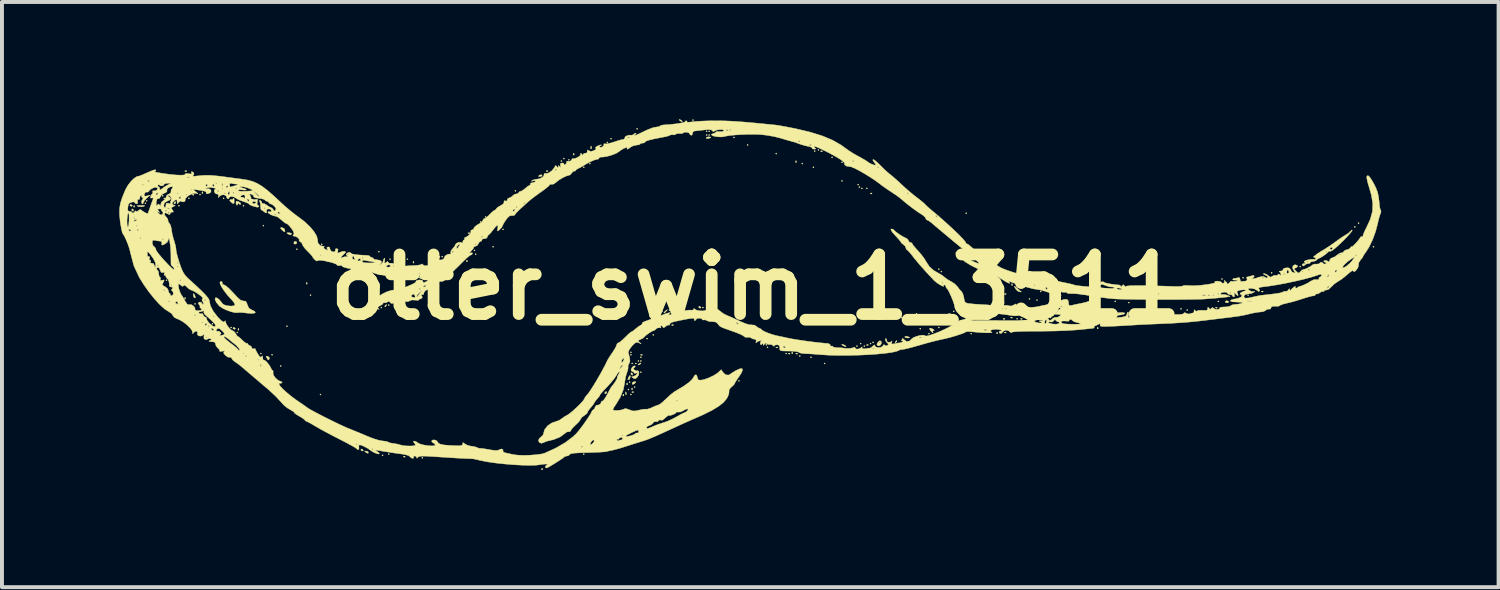
<source format=kicad_pcb>
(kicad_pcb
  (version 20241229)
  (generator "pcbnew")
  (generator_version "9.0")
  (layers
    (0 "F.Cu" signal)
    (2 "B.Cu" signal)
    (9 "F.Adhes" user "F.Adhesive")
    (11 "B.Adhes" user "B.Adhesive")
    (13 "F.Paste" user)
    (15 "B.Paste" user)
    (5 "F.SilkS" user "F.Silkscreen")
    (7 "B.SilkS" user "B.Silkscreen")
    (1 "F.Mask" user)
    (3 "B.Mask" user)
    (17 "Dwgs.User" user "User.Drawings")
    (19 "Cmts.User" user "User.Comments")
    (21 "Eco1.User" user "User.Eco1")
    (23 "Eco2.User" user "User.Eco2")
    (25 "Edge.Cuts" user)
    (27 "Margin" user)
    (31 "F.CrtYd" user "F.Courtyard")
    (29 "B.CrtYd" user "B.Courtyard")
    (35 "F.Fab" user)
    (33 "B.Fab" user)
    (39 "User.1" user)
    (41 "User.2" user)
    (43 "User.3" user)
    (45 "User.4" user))
  (footprint "otter_swim_1_3511"
    (layer "F.Cu")
    (at 16.273 4.291)
    (property "Reference" "otter_swim_1_3511" (at 0 0 0) (layer "F.SilkS") (effects (font (size 1.524 1.524) (thickness 0.3))))
    (attr through_hole)
    (fp_poly (pts (xy -15.589 -2.143) (xy -15.605 -2.127) (xy -15.621 -2.143) (xy -15.605 -2.159) (xy -15.589 -2.143)) (stroke (width 0.01) (type solid)) (fill yes) (layer "F.SilkS"))
    (fp_poly (pts (xy -15.557 -2.207) (xy -15.573 -2.191) (xy -15.589 -2.207) (xy -15.573 -2.223) (xy -15.557 -2.207)) (stroke (width 0.01) (type solid)) (fill yes) (layer "F.SilkS"))
    (fp_poly (pts (xy -15.145 -2.334) (xy -15.161 -2.318) (xy -15.177 -2.334) (xy -15.161 -2.349) (xy -15.145 -2.334)) (stroke (width 0.01) (type solid)) (fill yes) (layer "F.SilkS"))
    (fp_poly (pts (xy -15.05 -0.175) (xy -15.065 -0.159) (xy -15.081 -0.175) (xy -15.065 -0.191) (xy -15.05 -0.175)) (stroke (width 0.01) (type solid)) (fill yes) (layer "F.SilkS"))
    (fp_poly (pts (xy -14.732 -2.08) (xy -14.748 -2.064) (xy -14.764 -2.08) (xy -14.748 -2.095) (xy -14.732 -2.08)) (stroke (width 0.01) (type solid)) (fill yes) (layer "F.SilkS"))
    (fp_poly (pts (xy -14.478 -2.27) (xy -14.494 -2.254) (xy -14.51 -2.27) (xy -14.494 -2.286) (xy -14.478 -2.27)) (stroke (width 0.01) (type solid)) (fill yes) (layer "F.SilkS"))
    (fp_poly (pts (xy -14.319 0.429) (xy -14.335 0.445) (xy -14.351 0.429) (xy -14.335 0.413) (xy -14.319 0.429)) (stroke (width 0.01) (type solid)) (fill yes) (layer "F.SilkS"))
    (fp_poly (pts (xy -14.192 -2.365) (xy -14.208 -2.349) (xy -14.224 -2.365) (xy -14.208 -2.381) (xy -14.192 -2.365)) (stroke (width 0.01) (type solid)) (fill yes) (layer "F.SilkS"))
    (fp_poly (pts (xy -13.875 0.937) (xy -13.891 0.953) (xy -13.906 0.937) (xy -13.891 0.921) (xy -13.875 0.937)) (stroke (width 0.01) (type solid)) (fill yes) (layer "F.SilkS"))
    (fp_poly (pts (xy -13.589 -2.27) (xy -13.605 -2.254) (xy -13.621 -2.27) (xy -13.605 -2.286) (xy -13.589 -2.27)) (stroke (width 0.01) (type solid)) (fill yes) (layer "F.SilkS"))
    (fp_poly (pts (xy -13.399 1.032) (xy -13.414 1.048) (xy -13.43 1.032) (xy -13.414 1.016) (xy -13.399 1.032)) (stroke (width 0.01) (type solid)) (fill yes) (layer "F.SilkS"))
    (fp_poly (pts (xy -13.24 1.159) (xy -13.256 1.175) (xy -13.271 1.159) (xy -13.256 1.143) (xy -13.24 1.159)) (stroke (width 0.01) (type solid)) (fill yes) (layer "F.SilkS"))
    (fp_poly (pts (xy -13.081 -2.08) (xy -13.097 -2.064) (xy -13.113 -2.08) (xy -13.097 -2.095) (xy -13.081 -2.08)) (stroke (width 0.01) (type solid)) (fill yes) (layer "F.SilkS"))
    (fp_poly (pts (xy -12.859 -2.365) (xy -12.875 -2.349) (xy -12.89 -2.365) (xy -12.875 -2.381) (xy -12.859 -2.365)) (stroke (width 0.01) (type solid)) (fill yes) (layer "F.SilkS"))
    (fp_poly (pts (xy -12.636 1.699) (xy -12.652 1.714) (xy -12.668 1.699) (xy -12.652 1.683) (xy -12.636 1.699)) (stroke (width 0.01) (type solid)) (fill yes) (layer "F.SilkS"))
    (fp_poly (pts (xy -12.573 -1.572) (xy -12.589 -1.556) (xy -12.605 -1.572) (xy -12.589 -1.587) (xy -12.573 -1.572)) (stroke (width 0.01) (type solid)) (fill yes) (layer "F.SilkS"))
    (fp_poly (pts (xy -12.351 1.73) (xy -12.367 1.746) (xy -12.383 1.73) (xy -12.367 1.714) (xy -12.351 1.73)) (stroke (width 0.01) (type solid)) (fill yes) (layer "F.SilkS"))
    (fp_poly (pts (xy -12.129 2.016) (xy -12.144 2.032) (xy -12.16 2.016) (xy -12.144 2) (xy -12.129 2.016)) (stroke (width 0.01) (type solid)) (fill yes) (layer "F.SilkS"))
    (fp_poly (pts (xy -11.97 1) (xy -11.986 1.016) (xy -12.002 1) (xy -11.986 0.984) (xy -11.97 1)) (stroke (width 0.01) (type solid)) (fill yes) (layer "F.SilkS"))
    (fp_poly (pts (xy -11.716 -0.968) (xy -11.732 -0.953) (xy -11.748 -0.968) (xy -11.732 -0.984) (xy -11.716 -0.968)) (stroke (width 0.01) (type solid)) (fill yes) (layer "F.SilkS"))
    (fp_poly (pts (xy -11.367 0.206) (xy -11.382 0.222) (xy -11.398 0.206) (xy -11.382 0.191) (xy -11.367 0.206)) (stroke (width 0.01) (type solid)) (fill yes) (layer "F.SilkS"))
    (fp_poly (pts (xy -11.113 2.746) (xy -11.128 2.762) (xy -11.144 2.746) (xy -11.128 2.731) (xy -11.113 2.746)) (stroke (width 0.01) (type solid)) (fill yes) (layer "F.SilkS"))
    (fp_poly (pts (xy -11.081 -1.095) (xy -11.097 -1.079) (xy -11.113 -1.095) (xy -11.097 -1.111) (xy -11.081 -1.095)) (stroke (width 0.01) (type solid)) (fill yes) (layer "F.SilkS"))
    (fp_poly (pts (xy -10.192 -0.365) (xy -10.208 -0.349) (xy -10.223 -0.365) (xy -10.208 -0.381) (xy -10.192 -0.365)) (stroke (width 0.01) (type solid)) (fill yes) (layer "F.SilkS"))
    (fp_poly (pts (xy -9.62 -0.905) (xy -9.636 -0.889) (xy -9.652 -0.905) (xy -9.636 -0.921) (xy -9.62 -0.905)) (stroke (width 0.01) (type solid)) (fill yes) (layer "F.SilkS"))
    (fp_poly (pts (xy -9.557 0.524) (xy -9.573 0.54) (xy -9.588 0.524) (xy -9.573 0.508) (xy -9.557 0.524)) (stroke (width 0.01) (type solid)) (fill yes) (layer "F.SilkS"))
    (fp_poly (pts (xy -9.525 4.302) (xy -9.541 4.318) (xy -9.557 4.302) (xy -9.541 4.286) (xy -9.525 4.302)) (stroke (width 0.01) (type solid)) (fill yes) (layer "F.SilkS"))
    (fp_poly (pts (xy -9.366 0.46) (xy -9.382 0.476) (xy -9.398 0.46) (xy -9.382 0.445) (xy -9.366 0.46)) (stroke (width 0.01) (type solid)) (fill yes) (layer "F.SilkS"))
    (fp_poly (pts (xy -9.366 4.27) (xy -9.382 4.286) (xy -9.398 4.27) (xy -9.382 4.255) (xy -9.366 4.27)) (stroke (width 0.01) (type solid)) (fill yes) (layer "F.SilkS"))
    (fp_poly (pts (xy -9.335 -0.714) (xy -9.35 -0.699) (xy -9.366 -0.714) (xy -9.35 -0.73) (xy -9.335 -0.714)) (stroke (width 0.01) (type solid)) (fill yes) (layer "F.SilkS"))
    (fp_poly (pts (xy -9.207 -0.841) (xy -9.223 -0.826) (xy -9.239 -0.841) (xy -9.223 -0.857) (xy -9.207 -0.841)) (stroke (width 0.01) (type solid)) (fill yes) (layer "F.SilkS"))
    (fp_poly (pts (xy -9.017 -0.651) (xy -9.033 -0.635) (xy -9.049 -0.651) (xy -9.033 -0.667) (xy -9.017 -0.651)) (stroke (width 0.01) (type solid)) (fill yes) (layer "F.SilkS"))
    (fp_poly (pts (xy -9.017 0.524) (xy -9.033 0.54) (xy -9.049 0.524) (xy -9.033 0.508) (xy -9.017 0.524)) (stroke (width 0.01) (type solid)) (fill yes) (layer "F.SilkS"))
    (fp_poly (pts (xy -8.954 0.492) (xy -8.969 0.508) (xy -8.985 0.492) (xy -8.969 0.476) (xy -8.954 0.492)) (stroke (width 0.01) (type solid)) (fill yes) (layer "F.SilkS"))
    (fp_poly (pts (xy -8.89 -0.714) (xy -8.906 -0.699) (xy -8.922 -0.714) (xy -8.906 -0.73) (xy -8.89 -0.714)) (stroke (width 0.01) (type solid)) (fill yes) (layer "F.SilkS"))
    (fp_poly (pts (xy -8.509 4.366) (xy -8.525 4.381) (xy -8.541 4.366) (xy -8.525 4.35) (xy -8.509 4.366)) (stroke (width 0.01) (type solid)) (fill yes) (layer "F.SilkS"))
    (fp_poly (pts (xy -8.319 -0.714) (xy -8.334 -0.699) (xy -8.35 -0.714) (xy -8.334 -0.73) (xy -8.319 -0.714)) (stroke (width 0.01) (type solid)) (fill yes) (layer "F.SilkS"))
    (fp_poly (pts (xy -8.255 -0.778) (xy -8.271 -0.762) (xy -8.287 -0.778) (xy -8.271 -0.794) (xy -8.255 -0.778)) (stroke (width 0.01) (type solid)) (fill yes) (layer "F.SilkS"))
    (fp_poly (pts (xy -8.001 -0.778) (xy -8.017 -0.762) (xy -8.033 -0.778) (xy -8.017 -0.794) (xy -8.001 -0.778)) (stroke (width 0.01) (type solid)) (fill yes) (layer "F.SilkS"))
    (fp_poly (pts (xy -7.176 -0.937) (xy -7.191 -0.921) (xy -7.207 -0.937) (xy -7.191 -0.953) (xy -7.176 -0.937)) (stroke (width 0.01) (type solid)) (fill yes) (layer "F.SilkS"))
    (fp_poly (pts (xy -7.144 -0.841) (xy -7.16 -0.826) (xy -7.176 -0.841) (xy -7.16 -0.857) (xy -7.144 -0.841)) (stroke (width 0.01) (type solid)) (fill yes) (layer "F.SilkS"))
    (fp_poly (pts (xy -7.017 -1.667) (xy -7.033 -1.651) (xy -7.048 -1.667) (xy -7.033 -1.683) (xy -7.017 -1.667)) (stroke (width 0.01) (type solid)) (fill yes) (layer "F.SilkS"))
    (fp_poly (pts (xy -6.89 -1.794) (xy -6.906 -1.778) (xy -6.921 -1.794) (xy -6.906 -1.81) (xy -6.89 -1.794)) (stroke (width 0.01) (type solid)) (fill yes) (layer "F.SilkS"))
    (fp_poly (pts (xy -6.699 -1.032) (xy -6.715 -1.016) (xy -6.731 -1.032) (xy -6.715 -1.048) (xy -6.699 -1.032)) (stroke (width 0.01) (type solid)) (fill yes) (layer "F.SilkS"))
    (fp_poly (pts (xy -6.445 -1.476) (xy -6.461 -1.46) (xy -6.477 -1.476) (xy -6.461 -1.492) (xy -6.445 -1.476)) (stroke (width 0.01) (type solid)) (fill yes) (layer "F.SilkS"))
    (fp_poly (pts (xy -6.128 -2.461) (xy -6.144 -2.445) (xy -6.16 -2.461) (xy -6.144 -2.477) (xy -6.128 -2.461)) (stroke (width 0.01) (type solid)) (fill yes) (layer "F.SilkS"))
    (fp_poly (pts (xy -4.953 -3.223) (xy -4.969 -3.207) (xy -4.985 -3.223) (xy -4.969 -3.239) (xy -4.953 -3.223)) (stroke (width 0.01) (type solid)) (fill yes) (layer "F.SilkS"))
    (fp_poly (pts (xy -4.889 -3.286) (xy -4.905 -3.27) (xy -4.921 -3.286) (xy -4.905 -3.302) (xy -4.889 -3.286)) (stroke (width 0.01) (type solid)) (fill yes) (layer "F.SilkS"))
    (fp_poly (pts (xy -4.763 -3.254) (xy -4.778 -3.239) (xy -4.794 -3.254) (xy -4.778 -3.27) (xy -4.763 -3.254)) (stroke (width 0.01) (type solid)) (fill yes) (layer "F.SilkS"))
    (fp_poly (pts (xy -4.381 -3.064) (xy -4.397 -3.048) (xy -4.413 -3.064) (xy -4.397 -3.08) (xy -4.381 -3.064)) (stroke (width 0.01) (type solid)) (fill yes) (layer "F.SilkS"))
    (fp_poly (pts (xy -4.381 4.27) (xy -4.397 4.286) (xy -4.413 4.27) (xy -4.397 4.255) (xy -4.381 4.27)) (stroke (width 0.01) (type solid)) (fill yes) (layer "F.SilkS"))
    (fp_poly (pts (xy -4.223 -3.159) (xy -4.239 -3.143) (xy -4.255 -3.159) (xy -4.239 -3.175) (xy -4.223 -3.159)) (stroke (width 0.01) (type solid)) (fill yes) (layer "F.SilkS"))
    (fp_poly (pts (xy -3.778 -3.699) (xy -3.794 -3.683) (xy -3.81 -3.699) (xy -3.794 -3.715) (xy -3.778 -3.699)) (stroke (width 0.01) (type solid)) (fill yes) (layer "F.SilkS"))
    (fp_poly (pts (xy -3.683 -3.794) (xy -3.699 -3.778) (xy -3.715 -3.794) (xy -3.699 -3.81) (xy -3.683 -3.794)) (stroke (width 0.01) (type solid)) (fill yes) (layer "F.SilkS"))
    (fp_poly (pts (xy -3.239 2.619) (xy -3.254 2.635) (xy -3.27 2.619) (xy -3.254 2.603) (xy -3.239 2.619)) (stroke (width 0.01) (type solid)) (fill yes) (layer "F.SilkS"))
    (fp_poly (pts (xy -3.207 2.429) (xy -3.223 2.445) (xy -3.239 2.429) (xy -3.223 2.413) (xy -3.207 2.429)) (stroke (width 0.01) (type solid)) (fill yes) (layer "F.SilkS"))
    (fp_poly (pts (xy -3.175 1.667) (xy -3.191 1.683) (xy -3.207 1.667) (xy -3.191 1.651) (xy -3.175 1.667)) (stroke (width 0.01) (type solid)) (fill yes) (layer "F.SilkS"))
    (fp_poly (pts (xy -3.175 1.73) (xy -3.191 1.746) (xy -3.207 1.73) (xy -3.191 1.714) (xy -3.175 1.73)) (stroke (width 0.01) (type solid)) (fill yes) (layer "F.SilkS"))
    (fp_poly (pts (xy -3.175 2.746) (xy -3.191 2.762) (xy -3.207 2.746) (xy -3.191 2.731) (xy -3.175 2.746)) (stroke (width 0.01) (type solid)) (fill yes) (layer "F.SilkS"))
    (fp_poly (pts (xy -3.143 1.953) (xy -3.159 1.968) (xy -3.175 1.953) (xy -3.159 1.937) (xy -3.143 1.953)) (stroke (width 0.01) (type solid)) (fill yes) (layer "F.SilkS"))
    (fp_poly (pts (xy -3.08 2.556) (xy -3.096 2.572) (xy -3.111 2.556) (xy -3.096 2.54) (xy -3.08 2.556)) (stroke (width 0.01) (type solid)) (fill yes) (layer "F.SilkS"))
    (fp_poly (pts (xy -3.048 1.953) (xy -3.064 1.968) (xy -3.08 1.953) (xy -3.064 1.937) (xy -3.048 1.953)) (stroke (width 0.01) (type solid)) (fill yes) (layer "F.SilkS"))
    (fp_poly (pts (xy -3.016 -4.048) (xy -3.032 -4.032) (xy -3.048 -4.048) (xy -3.032 -4.064) (xy -3.016 -4.048)) (stroke (width 0.01) (type solid)) (fill yes) (layer "F.SilkS"))
    (fp_poly (pts (xy -2.985 1.889) (xy -3 1.905) (xy -3.016 1.889) (xy -3 1.873) (xy -2.985 1.889)) (stroke (width 0.01) (type solid)) (fill yes) (layer "F.SilkS"))
    (fp_poly (pts (xy -2.921 1.794) (xy -2.937 1.81) (xy -2.953 1.794) (xy -2.937 1.778) (xy -2.921 1.794)) (stroke (width 0.01) (type solid)) (fill yes) (layer "F.SilkS"))
    (fp_poly (pts (xy -2.921 1.889) (xy -2.937 1.905) (xy -2.953 1.889) (xy -2.937 1.873) (xy -2.921 1.889)) (stroke (width 0.01) (type solid)) (fill yes) (layer "F.SilkS"))
    (fp_poly (pts (xy -2.921 2.175) (xy -2.937 2.191) (xy -2.953 2.175) (xy -2.937 2.159) (xy -2.921 2.175)) (stroke (width 0.01) (type solid)) (fill yes) (layer "F.SilkS"))
    (fp_poly (pts (xy -2.762 1.318) (xy -2.778 1.333) (xy -2.794 1.318) (xy -2.778 1.302) (xy -2.762 1.318)) (stroke (width 0.01) (type solid)) (fill yes) (layer "F.SilkS"))
    (fp_poly (pts (xy -2.603 1.222) (xy -2.619 1.238) (xy -2.635 1.222) (xy -2.619 1.206) (xy -2.603 1.222)) (stroke (width 0.01) (type solid)) (fill yes) (layer "F.SilkS"))
    (fp_poly (pts (xy -2.381 0.619) (xy -2.397 0.635) (xy -2.413 0.619) (xy -2.397 0.603) (xy -2.381 0.619)) (stroke (width 0.01) (type solid)) (fill yes) (layer "F.SilkS"))
    (fp_poly (pts (xy -2.191 0.587) (xy -2.207 0.603) (xy -2.223 0.587) (xy -2.207 0.572) (xy -2.191 0.587)) (stroke (width 0.01) (type solid)) (fill yes) (layer "F.SilkS"))
    (fp_poly (pts (xy -2.159 0.524) (xy -2.175 0.54) (xy -2.191 0.524) (xy -2.175 0.508) (xy -2.159 0.524)) (stroke (width 0.01) (type solid)) (fill yes) (layer "F.SilkS"))
    (fp_poly (pts (xy -1.968 0.492) (xy -1.984 0.508) (xy -2 0.492) (xy -1.984 0.476) (xy -1.968 0.492)) (stroke (width 0.01) (type solid)) (fill yes) (layer "F.SilkS"))
    (fp_poly (pts (xy -1.873 0.524) (xy -1.889 0.54) (xy -1.905 0.524) (xy -1.889 0.508) (xy -1.873 0.524)) (stroke (width 0.01) (type solid)) (fill yes) (layer "F.SilkS"))
    (fp_poly (pts (xy -1.587 -4.27) (xy -1.603 -4.255) (xy -1.619 -4.27) (xy -1.603 -4.286) (xy -1.587 -4.27)) (stroke (width 0.01) (type solid)) (fill yes) (layer "F.SilkS"))
    (fp_poly (pts (xy -1.333 0.524) (xy -1.349 0.54) (xy -1.365 0.524) (xy -1.349 0.508) (xy -1.333 0.524)) (stroke (width 0.01) (type solid)) (fill yes) (layer "F.SilkS"))
    (fp_poly (pts (xy -1.238 -3.985) (xy -1.254 -3.969) (xy -1.27 -3.985) (xy -1.254 -4) (xy -1.238 -3.985)) (stroke (width 0.01) (type solid)) (fill yes) (layer "F.SilkS"))
    (fp_poly (pts (xy -1.238 -3.889) (xy -1.254 -3.873) (xy -1.27 -3.889) (xy -1.254 -3.905) (xy -1.238 -3.889)) (stroke (width 0.01) (type solid)) (fill yes) (layer "F.SilkS"))
    (fp_poly (pts (xy -1.175 -3.985) (xy -1.191 -3.969) (xy -1.206 -3.985) (xy -1.191 -4) (xy -1.175 -3.985)) (stroke (width 0.01) (type solid)) (fill yes) (layer "F.SilkS"))
    (fp_poly (pts (xy -1.175 -3.889) (xy -1.191 -3.873) (xy -1.206 -3.889) (xy -1.191 -3.905) (xy -1.175 -3.889)) (stroke (width 0.01) (type solid)) (fill yes) (layer "F.SilkS"))
    (fp_poly (pts (xy -0.54 -3.826) (xy -0.556 -3.81) (xy -0.572 -3.826) (xy -0.556 -3.842) (xy -0.54 -3.826)) (stroke (width 0.01) (type solid)) (fill yes) (layer "F.SilkS"))
    (fp_poly (pts (xy -0.413 2.397) (xy -0.429 2.413) (xy -0.445 2.397) (xy -0.429 2.381) (xy -0.413 2.397)) (stroke (width 0.01) (type solid)) (fill yes) (layer "F.SilkS"))
    (fp_poly (pts (xy -0.191 -3.635) (xy -0.206 -3.619) (xy -0.222 -3.635) (xy -0.206 -3.651) (xy -0.191 -3.635)) (stroke (width 0.01) (type solid)) (fill yes) (layer "F.SilkS"))
    (fp_poly (pts (xy 0.222 0.81) (xy 0.206 0.826) (xy 0.191 0.81) (xy 0.206 0.794) (xy 0.222 0.81)) (stroke (width 0.01) (type solid)) (fill yes) (layer "F.SilkS"))
    (fp_poly (pts (xy 0.286 1.476) (xy 0.27 1.492) (xy 0.254 1.476) (xy 0.27 1.46) (xy 0.286 1.476)) (stroke (width 0.01) (type solid)) (fill yes) (layer "F.SilkS"))
    (fp_poly (pts (xy 0.318 1.54) (xy 0.302 1.556) (xy 0.286 1.54) (xy 0.302 1.524) (xy 0.318 1.54)) (stroke (width 0.01) (type solid)) (fill yes) (layer "F.SilkS"))
    (fp_poly (pts (xy 0.54 -3.413) (xy 0.524 -3.397) (xy 0.508 -3.413) (xy 0.524 -3.429) (xy 0.54 -3.413)) (stroke (width 0.01) (type solid)) (fill yes) (layer "F.SilkS"))
    (fp_poly (pts (xy 0.794 1.699) (xy 0.778 1.714) (xy 0.762 1.699) (xy 0.778 1.683) (xy 0.794 1.699)) (stroke (width 0.01) (type solid)) (fill yes) (layer "F.SilkS"))
    (fp_poly (pts (xy 1.143 1.762) (xy 1.127 1.778) (xy 1.111 1.762) (xy 1.127 1.746) (xy 1.143 1.762)) (stroke (width 0.01) (type solid)) (fill yes) (layer "F.SilkS"))
    (fp_poly (pts (xy 1.206 -3.159) (xy 1.191 -3.143) (xy 1.175 -3.159) (xy 1.191 -3.175) (xy 1.206 -3.159)) (stroke (width 0.01) (type solid)) (fill yes) (layer "F.SilkS"))
    (fp_poly (pts (xy 1.429 1.794) (xy 1.413 1.81) (xy 1.397 1.794) (xy 1.413 1.778) (xy 1.429 1.794)) (stroke (width 0.01) (type solid)) (fill yes) (layer "F.SilkS"))
    (fp_poly (pts (xy 1.492 -3.064) (xy 1.476 -3.048) (xy 1.46 -3.064) (xy 1.476 -3.08) (xy 1.492 -3.064)) (stroke (width 0.01) (type solid)) (fill yes) (layer "F.SilkS"))
    (fp_poly (pts (xy 1.524 -3.477) (xy 1.508 -3.461) (xy 1.492 -3.477) (xy 1.508 -3.493) (xy 1.524 -3.477)) (stroke (width 0.01) (type solid)) (fill yes) (layer "F.SilkS"))
    (fp_poly (pts (xy 1.619 -3.508) (xy 1.603 -3.493) (xy 1.587 -3.508) (xy 1.603 -3.524) (xy 1.619 -3.508)) (stroke (width 0.01) (type solid)) (fill yes) (layer "F.SilkS"))
    (fp_poly (pts (xy 1.778 1.953) (xy 1.762 1.968) (xy 1.746 1.953) (xy 1.762 1.937) (xy 1.778 1.953)) (stroke (width 0.01) (type solid)) (fill yes) (layer "F.SilkS"))
    (fp_poly (pts (xy 1.968 -3.318) (xy 1.953 -3.302) (xy 1.937 -3.318) (xy 1.953 -3.334) (xy 1.968 -3.318)) (stroke (width 0.01) (type solid)) (fill yes) (layer "F.SilkS"))
    (fp_poly (pts (xy 2.223 -3.191) (xy 2.207 -3.175) (xy 2.191 -3.191) (xy 2.207 -3.207) (xy 2.223 -3.191)) (stroke (width 0.01) (type solid)) (fill yes) (layer "F.SilkS"))
    (fp_poly (pts (xy 2.223 -2.715) (xy 2.207 -2.699) (xy 2.191 -2.715) (xy 2.207 -2.731) (xy 2.223 -2.715)) (stroke (width 0.01) (type solid)) (fill yes) (layer "F.SilkS"))
    (fp_poly (pts (xy 2.603 1.508) (xy 2.588 1.524) (xy 2.572 1.508) (xy 2.588 1.492) (xy 2.603 1.508)) (stroke (width 0.01) (type solid)) (fill yes) (layer "F.SilkS"))
    (fp_poly (pts (xy 2.635 -2.619) (xy 2.619 -2.603) (xy 2.603 -2.619) (xy 2.619 -2.635) (xy 2.635 -2.619)) (stroke (width 0.01) (type solid)) (fill yes) (layer "F.SilkS"))
    (fp_poly (pts (xy 2.667 -2.556) (xy 2.651 -2.54) (xy 2.635 -2.556) (xy 2.651 -2.572) (xy 2.667 -2.556)) (stroke (width 0.01) (type solid)) (fill yes) (layer "F.SilkS"))
    (fp_poly (pts (xy 2.699 1.445) (xy 2.683 1.46) (xy 2.667 1.445) (xy 2.683 1.429) (xy 2.699 1.445)) (stroke (width 0.01) (type solid)) (fill yes) (layer "F.SilkS"))
    (fp_poly (pts (xy 2.731 -2.524) (xy 2.715 -2.508) (xy 2.699 -2.524) (xy 2.715 -2.54) (xy 2.731 -2.524)) (stroke (width 0.01) (type solid)) (fill yes) (layer "F.SilkS"))
    (fp_poly (pts (xy 2.794 1.508) (xy 2.778 1.524) (xy 2.762 1.508) (xy 2.778 1.492) (xy 2.794 1.508)) (stroke (width 0.01) (type solid)) (fill yes) (layer "F.SilkS"))
    (fp_poly (pts (xy 2.857 -2.524) (xy 2.842 -2.508) (xy 2.826 -2.524) (xy 2.842 -2.54) (xy 2.857 -2.524)) (stroke (width 0.01) (type solid)) (fill yes) (layer "F.SilkS"))
    (fp_poly (pts (xy 2.953 1.445) (xy 2.937 1.46) (xy 2.921 1.445) (xy 2.937 1.429) (xy 2.953 1.445)) (stroke (width 0.01) (type solid)) (fill yes) (layer "F.SilkS"))
    (fp_poly (pts (xy 3.016 1.413) (xy 3 1.429) (xy 2.985 1.413) (xy 3 1.397) (xy 3.016 1.413)) (stroke (width 0.01) (type solid)) (fill yes) (layer "F.SilkS"))
    (fp_poly (pts (xy 3.747 0.778) (xy 3.731 0.794) (xy 3.715 0.778) (xy 3.731 0.762) (xy 3.747 0.778)) (stroke (width 0.01) (type solid)) (fill yes) (layer "F.SilkS"))
    (fp_poly (pts (xy 4.128 0.683) (xy 4.112 0.699) (xy 4.096 0.683) (xy 4.112 0.667) (xy 4.128 0.683)) (stroke (width 0.01) (type solid)) (fill yes) (layer "F.SilkS"))
    (fp_poly (pts (xy 4.223 1.064) (xy 4.207 1.079) (xy 4.191 1.064) (xy 4.207 1.048) (xy 4.223 1.064)) (stroke (width 0.01) (type solid)) (fill yes) (layer "F.SilkS"))
    (fp_poly (pts (xy 4.445 1.191) (xy 4.429 1.206) (xy 4.413 1.191) (xy 4.429 1.175) (xy 4.445 1.191)) (stroke (width 0.01) (type solid)) (fill yes) (layer "F.SilkS"))
    (fp_poly (pts (xy 4.699 -0.46) (xy 4.683 -0.445) (xy 4.667 -0.46) (xy 4.683 -0.476) (xy 4.699 -0.46)) (stroke (width 0.01) (type solid)) (fill yes) (layer "F.SilkS"))
    (fp_poly (pts (xy 4.699 1.032) (xy 4.683 1.048) (xy 4.667 1.032) (xy 4.683 1.016) (xy 4.699 1.032)) (stroke (width 0.01) (type solid)) (fill yes) (layer "F.SilkS"))
    (fp_poly (pts (xy 4.763 -0.397) (xy 4.747 -0.381) (xy 4.731 -0.397) (xy 4.747 -0.413) (xy 4.763 -0.397)) (stroke (width 0.01) (type solid)) (fill yes) (layer "F.SilkS"))
    (fp_poly (pts (xy 5.08 0.619) (xy 5.064 0.635) (xy 5.048 0.619) (xy 5.064 0.603) (xy 5.08 0.619)) (stroke (width 0.01) (type solid)) (fill yes) (layer "F.SilkS"))
    (fp_poly (pts (xy 5.144 -0.873) (xy 5.128 -0.857) (xy 5.112 -0.873) (xy 5.128 -0.889) (xy 5.144 -0.873)) (stroke (width 0.01) (type solid)) (fill yes) (layer "F.SilkS"))
    (fp_poly (pts (xy 5.334 0.746) (xy 5.318 0.762) (xy 5.302 0.746) (xy 5.318 0.73) (xy 5.334 0.746)) (stroke (width 0.01) (type solid)) (fill yes) (layer "F.SilkS"))
    (fp_poly (pts (xy 5.397 -1.889) (xy 5.382 -1.873) (xy 5.366 -1.889) (xy 5.382 -1.905) (xy 5.397 -1.889)) (stroke (width 0.01) (type solid)) (fill yes) (layer "F.SilkS"))
    (fp_poly (pts (xy 5.524 1.191) (xy 5.509 1.206) (xy 5.493 1.191) (xy 5.509 1.175) (xy 5.524 1.191)) (stroke (width 0.01) (type solid)) (fill yes) (layer "F.SilkS"))
    (fp_poly (pts (xy 6.128 0.333) (xy 6.112 0.349) (xy 6.096 0.333) (xy 6.112 0.318) (xy 6.128 0.333)) (stroke (width 0.01) (type solid)) (fill yes) (layer "F.SilkS"))
    (fp_poly (pts (xy 6.699 0.81) (xy 6.683 0.826) (xy 6.668 0.81) (xy 6.683 0.794) (xy 6.699 0.81)) (stroke (width 0.01) (type solid)) (fill yes) (layer "F.SilkS"))
    (fp_poly (pts (xy 7.017 -0.397) (xy 7.001 -0.381) (xy 6.985 -0.397) (xy 7.001 -0.413) (xy 7.017 -0.397)) (stroke (width 0.01) (type solid)) (fill yes) (layer "F.SilkS"))
    (fp_poly (pts (xy 7.017 0.302) (xy 7.001 0.318) (xy 6.985 0.302) (xy 7.001 0.286) (xy 7.017 0.302)) (stroke (width 0.01) (type solid)) (fill yes) (layer "F.SilkS"))
    (fp_poly (pts (xy 7.144 -0.333) (xy 7.128 -0.318) (xy 7.112 -0.333) (xy 7.128 -0.349) (xy 7.144 -0.333)) (stroke (width 0.01) (type solid)) (fill yes) (layer "F.SilkS"))
    (fp_poly (pts (xy 7.207 0.333) (xy 7.191 0.349) (xy 7.176 0.333) (xy 7.191 0.318) (xy 7.207 0.333)) (stroke (width 0.01) (type solid)) (fill yes) (layer "F.SilkS"))
    (fp_poly (pts (xy 7.303 0.111) (xy 7.287 0.127) (xy 7.271 0.111) (xy 7.287 0.095) (xy 7.303 0.111)) (stroke (width 0.01) (type solid)) (fill yes) (layer "F.SilkS"))
    (fp_poly (pts (xy 7.556 0.778) (xy 7.541 0.794) (xy 7.525 0.778) (xy 7.541 0.762) (xy 7.556 0.778)) (stroke (width 0.01) (type solid)) (fill yes) (layer "F.SilkS"))
    (fp_poly (pts (xy 7.811 0.206) (xy 7.795 0.222) (xy 7.779 0.206) (xy 7.795 0.191) (xy 7.811 0.206)) (stroke (width 0.01) (type solid)) (fill yes) (layer "F.SilkS"))
    (fp_poly (pts (xy 8.604 -0.111) (xy 8.588 -0.095) (xy 8.572 -0.111) (xy 8.588 -0.127) (xy 8.604 -0.111)) (stroke (width 0.01) (type solid)) (fill yes) (layer "F.SilkS"))
    (fp_poly (pts (xy 9.207 0.365) (xy 9.192 0.381) (xy 9.176 0.365) (xy 9.192 0.349) (xy 9.207 0.365)) (stroke (width 0.01) (type solid)) (fill yes) (layer "F.SilkS"))
    (fp_poly (pts (xy 9.557 0.397) (xy 9.541 0.413) (xy 9.525 0.397) (xy 9.541 0.381) (xy 9.557 0.397)) (stroke (width 0.01) (type solid)) (fill yes) (layer "F.SilkS"))
    (fp_poly (pts (xy 9.652 0.619) (xy 9.636 0.635) (xy 9.62 0.619) (xy 9.636 0.603) (xy 9.652 0.619)) (stroke (width 0.01) (type solid)) (fill yes) (layer "F.SilkS"))
    (fp_poly (pts (xy 9.906 0.714) (xy 9.89 0.73) (xy 9.874 0.714) (xy 9.89 0.699) (xy 9.906 0.714)) (stroke (width 0.01) (type solid)) (fill yes) (layer "F.SilkS"))
    (fp_poly (pts (xy 10.89 0.556) (xy 10.874 0.572) (xy 10.858 0.556) (xy 10.874 0.54) (xy 10.89 0.556)) (stroke (width 0.01) (type solid)) (fill yes) (layer "F.SilkS"))
    (fp_poly (pts (xy 11.049 0.587) (xy 11.033 0.603) (xy 11.017 0.587) (xy 11.033 0.572) (xy 11.049 0.587)) (stroke (width 0.01) (type solid)) (fill yes) (layer "F.SilkS"))
    (fp_poly (pts (xy 11.843 0.365) (xy 11.827 0.381) (xy 11.811 0.365) (xy 11.827 0.349) (xy 11.843 0.365)) (stroke (width 0.01) (type solid)) (fill yes) (layer "F.SilkS"))
    (fp_poly (pts (xy 11.938 -0.206) (xy 11.922 -0.191) (xy 11.906 -0.206) (xy 11.922 -0.222) (xy 11.938 -0.206)) (stroke (width 0.01) (type solid)) (fill yes) (layer "F.SilkS"))
    (fp_poly (pts (xy 12.478 -0.238) (xy 12.462 -0.222) (xy 12.446 -0.238) (xy 12.462 -0.254) (xy 12.478 -0.238)) (stroke (width 0.01) (type solid)) (fill yes) (layer "F.SilkS"))
    (fp_poly (pts (xy 12.605 0.206) (xy 12.589 0.222) (xy 12.573 0.206) (xy 12.589 0.191) (xy 12.605 0.206)) (stroke (width 0.01) (type solid)) (fill yes) (layer "F.SilkS"))
    (fp_poly (pts (xy 13.208 -0.365) (xy 13.192 -0.349) (xy 13.176 -0.365) (xy 13.192 -0.381) (xy 13.208 -0.365)) (stroke (width 0.01) (type solid)) (fill yes) (layer "F.SilkS"))
    (fp_poly (pts (xy 13.938 -0.524) (xy 13.922 -0.508) (xy 13.906 -0.524) (xy 13.922 -0.54) (xy 13.938 -0.524)) (stroke (width 0.01) (type solid)) (fill yes) (layer "F.SilkS"))
    (fp_poly (pts (xy 15.335 -1.54) (xy 15.319 -1.524) (xy 15.303 -1.54) (xy 15.319 -1.556) (xy 15.335 -1.54)) (stroke (width 0.01) (type solid)) (fill yes) (layer "F.SilkS"))
    (fp_poly (pts (xy 15.431 -1.635) (xy 15.415 -1.619) (xy 15.399 -1.635) (xy 15.415 -1.651) (xy 15.431 -1.635)) (stroke (width 0.01) (type solid)) (fill yes) (layer "F.SilkS"))
    (fp_poly (pts (xy 15.812 -1.032) (xy 15.796 -1.016) (xy 15.78 -1.032) (xy 15.796 -1.048) (xy 15.812 -1.032)) (stroke (width 0.01) (type solid)) (fill yes) (layer "F.SilkS"))
    (fp_poly (pts (xy -15.886 -2.085) (xy -15.882 -2.047) (xy -15.886 -2.043) (xy -15.904 -2.047) (xy -15.907 -2.064) (xy -15.895 -2.09) (xy -15.886 -2.085)) (stroke (width 0.01) (type solid)) (fill yes) (layer "F.SilkS"))
    (fp_poly (pts (xy -15.092 -2.275) (xy -15.096 -2.257) (xy -15.113 -2.254) (xy -15.139 -2.266) (xy -15.134 -2.275) (xy -15.096 -2.279) (xy -15.092 -2.275)) (stroke (width 0.01) (type solid)) (fill yes) (layer "F.SilkS"))
    (fp_poly (pts (xy -14.584 0.265) (xy -14.58 0.302) (xy -14.584 0.307) (xy -14.603 0.303) (xy -14.605 0.286) (xy -14.593 0.26) (xy -14.584 0.265)) (stroke (width 0.01) (type solid)) (fill yes) (layer "F.SilkS"))
    (fp_poly (pts (xy -14.552 -2.974) (xy -14.556 -2.955) (xy -14.573 -2.953) (xy -14.599 -2.964) (xy -14.594 -2.974) (xy -14.557 -2.978) (xy -14.552 -2.974)) (stroke (width 0.01) (type solid)) (fill yes) (layer "F.SilkS"))
    (fp_poly (pts (xy -14.362 -2.371) (xy -14.366 -2.352) (xy -14.383 -2.349) (xy -14.409 -2.361) (xy -14.404 -2.371) (xy -14.366 -2.374) (xy -14.362 -2.371)) (stroke (width 0.01) (type solid)) (fill yes) (layer "F.SilkS"))
    (fp_poly (pts (xy -14.139 -2.434) (xy -14.136 -2.396) (xy -14.139 -2.392) (xy -14.158 -2.396) (xy -14.161 -2.413) (xy -14.149 -2.439) (xy -14.139 -2.434)) (stroke (width 0.01) (type solid)) (fill yes) (layer "F.SilkS"))
    (fp_poly (pts (xy -13.219 1.058) (xy -13.215 1.096) (xy -13.219 1.101) (xy -13.237 1.096) (xy -13.24 1.079) (xy -13.228 1.053) (xy -13.219 1.058)) (stroke (width 0.01) (type solid)) (fill yes) (layer "F.SilkS"))
    (fp_poly (pts (xy -11.472 -0.116) (xy -11.469 -0.079) (xy -11.472 -0.074) (xy -11.491 -0.078) (xy -11.493 -0.095) (xy -11.482 -0.121) (xy -11.472 -0.116)) (stroke (width 0.01) (type solid)) (fill yes) (layer "F.SilkS"))
    (fp_poly (pts (xy -8.996 -0.751) (xy -9 -0.733) (xy -9.017 -0.73) (xy -9.043 -0.742) (xy -9.038 -0.751) (xy -9 -0.755) (xy -8.996 -0.751)) (stroke (width 0.01) (type solid)) (fill yes) (layer "F.SilkS"))
    (fp_poly (pts (xy -8.964 4.329) (xy -8.968 4.347) (xy -8.985 4.35) (xy -9.011 4.338) (xy -9.006 4.329) (xy -8.969 4.325) (xy -8.964 4.329)) (stroke (width 0.01) (type solid)) (fill yes) (layer "F.SilkS"))
    (fp_poly (pts (xy -8.742 -0.656) (xy -8.738 -0.618) (xy -8.742 -0.614) (xy -8.761 -0.618) (xy -8.763 -0.635) (xy -8.751 -0.661) (xy -8.742 -0.656)) (stroke (width 0.01) (type solid)) (fill yes) (layer "F.SilkS"))
    (fp_poly (pts (xy -7.377 -0.688) (xy -7.373 -0.65) (xy -7.377 -0.646) (xy -7.395 -0.65) (xy -7.398 -0.667) (xy -7.386 -0.693) (xy -7.377 -0.688)) (stroke (width 0.01) (type solid)) (fill yes) (layer "F.SilkS"))
    (fp_poly (pts (xy -7.313 -1.386) (xy -7.317 -1.368) (xy -7.334 -1.365) (xy -7.36 -1.377) (xy -7.355 -1.386) (xy -7.318 -1.39) (xy -7.313 -1.386)) (stroke (width 0.01) (type solid)) (fill yes) (layer "F.SilkS"))
    (fp_poly (pts (xy -5.44 4.646) (xy -5.444 4.665) (xy -5.461 4.667) (xy -5.487 4.656) (xy -5.482 4.646) (xy -5.444 4.642) (xy -5.44 4.646)) (stroke (width 0.01) (type solid)) (fill yes) (layer "F.SilkS"))
    (fp_poly (pts (xy -5.313 -2.974) (xy -5.317 -2.955) (xy -5.334 -2.953) (xy -5.36 -2.964) (xy -5.355 -2.974) (xy -5.317 -2.978) (xy -5.313 -2.974)) (stroke (width 0.01) (type solid)) (fill yes) (layer "F.SilkS"))
    (fp_poly (pts (xy -4.646 -3.418) (xy -4.642 -3.381) (xy -4.646 -3.376) (xy -4.665 -3.38) (xy -4.667 -3.397) (xy -4.656 -3.423) (xy -4.646 -3.418)) (stroke (width 0.01) (type solid)) (fill yes) (layer "F.SilkS"))
    (fp_poly (pts (xy -4.201 -3.594) (xy -4.197 -3.544) (xy -4.204 -3.533) (xy -4.218 -3.542) (xy -4.22 -3.575) (xy -4.212 -3.608) (xy -4.201 -3.594)) (stroke (width 0.01) (type solid)) (fill yes) (layer "F.SilkS"))
    (fp_poly (pts (xy -3.376 2.741) (xy -3.372 2.779) (xy -3.376 2.783) (xy -3.395 2.779) (xy -3.397 2.762) (xy -3.386 2.736) (xy -3.376 2.741)) (stroke (width 0.01) (type solid)) (fill yes) (layer "F.SilkS"))
    (fp_poly (pts (xy -3.312 2.693) (xy -3.308 2.742) (xy -3.315 2.754) (xy -3.329 2.744) (xy -3.331 2.712) (xy -3.323 2.678) (xy -3.312 2.693)) (stroke (width 0.01) (type solid)) (fill yes) (layer "F.SilkS"))
    (fp_poly (pts (xy -3.281 2.455) (xy -3.277 2.493) (xy -3.281 2.498) (xy -3.3 2.493) (xy -3.302 2.477) (xy -3.29 2.45) (xy -3.281 2.455)) (stroke (width 0.01) (type solid)) (fill yes) (layer "F.SilkS"))
    (fp_poly (pts (xy -3.154 2.582) (xy -3.15 2.62) (xy -3.154 2.625) (xy -3.173 2.62) (xy -3.175 2.603) (xy -3.163 2.577) (xy -3.154 2.582)) (stroke (width 0.01) (type solid)) (fill yes) (layer "F.SilkS"))
    (fp_poly (pts (xy -3.122 2.678) (xy -3.126 2.696) (xy -3.143 2.699) (xy -3.169 2.687) (xy -3.164 2.678) (xy -3.127 2.674) (xy -3.122 2.678)) (stroke (width 0.01) (type solid)) (fill yes) (layer "F.SilkS"))
    (fp_poly (pts (xy -2.9 1.725) (xy -2.904 1.744) (xy -2.921 1.746) (xy -2.947 1.735) (xy -2.942 1.725) (xy -2.904 1.721) (xy -2.9 1.725)) (stroke (width 0.01) (type solid)) (fill yes) (layer "F.SilkS"))
    (fp_poly (pts (xy -2.106 0.963) (xy -2.11 0.982) (xy -2.127 0.984) (xy -2.153 0.973) (xy -2.148 0.963) (xy -2.111 0.959) (xy -2.106 0.963)) (stroke (width 0.01) (type solid)) (fill yes) (layer "F.SilkS"))
    (fp_poly (pts (xy 0.561 1.535) (xy 0.557 1.553) (xy 0.54 1.556) (xy 0.514 1.544) (xy 0.519 1.535) (xy 0.556 1.531) (xy 0.561 1.535)) (stroke (width 0.01) (type solid)) (fill yes) (layer "F.SilkS"))
    (fp_poly (pts (xy 0.878 1.693) (xy 0.874 1.712) (xy 0.857 1.714) (xy 0.831 1.703) (xy 0.836 1.693) (xy 0.874 1.69) (xy 0.878 1.693)) (stroke (width 0.01) (type solid)) (fill yes) (layer "F.SilkS"))
    (fp_poly (pts (xy 0.942 1.662) (xy 0.946 1.699) (xy 0.942 1.704) (xy 0.923 1.7) (xy 0.921 1.683) (xy 0.932 1.657) (xy 0.942 1.662)) (stroke (width 0.01) (type solid)) (fill yes) (layer "F.SilkS"))
    (fp_poly (pts (xy 1.037 -3.228) (xy 1.041 -3.19) (xy 1.037 -3.186) (xy 1.018 -3.19) (xy 1.016 -3.207) (xy 1.028 -3.233) (xy 1.037 -3.228)) (stroke (width 0.01) (type solid)) (fill yes) (layer "F.SilkS"))
    (fp_poly (pts (xy 1.069 1.693) (xy 1.065 1.712) (xy 1.048 1.714) (xy 1.022 1.703) (xy 1.027 1.693) (xy 1.064 1.69) (xy 1.069 1.693)) (stroke (width 0.01) (type solid)) (fill yes) (layer "F.SilkS"))
    (fp_poly (pts (xy 1.704 -3.482) (xy 1.7 -3.463) (xy 1.683 -3.461) (xy 1.657 -3.472) (xy 1.662 -3.482) (xy 1.699 -3.486) (xy 1.704 -3.482)) (stroke (width 0.01) (type solid)) (fill yes) (layer "F.SilkS"))
    (fp_poly (pts (xy 2.879 1.471) (xy 2.874 1.49) (xy 2.857 1.492) (xy 2.831 1.481) (xy 2.836 1.471) (xy 2.874 1.467) (xy 2.879 1.471)) (stroke (width 0.01) (type solid)) (fill yes) (layer "F.SilkS"))
    (fp_poly (pts (xy 2.974 -2.402) (xy 2.97 -2.384) (xy 2.953 -2.381) (xy 2.927 -2.393) (xy 2.932 -2.402) (xy 2.969 -2.406) (xy 2.974 -2.402)) (stroke (width 0.01) (type solid)) (fill yes) (layer "F.SilkS"))
    (fp_poly (pts (xy 4.974 0.677) (xy 4.97 0.696) (xy 4.953 0.699) (xy 4.927 0.687) (xy 4.932 0.677) (xy 4.97 0.674) (xy 4.974 0.677)) (stroke (width 0.01) (type solid)) (fill yes) (layer "F.SilkS"))
    (fp_poly (pts (xy 6.181 1.154) (xy 6.184 1.191) (xy 6.181 1.196) (xy 6.162 1.192) (xy 6.16 1.175) (xy 6.171 1.149) (xy 6.181 1.154)) (stroke (width 0.01) (type solid)) (fill yes) (layer "F.SilkS"))
    (fp_poly (pts (xy 6.371 0.804) (xy 6.367 0.823) (xy 6.35 0.826) (xy 6.324 0.814) (xy 6.329 0.804) (xy 6.367 0.801) (xy 6.371 0.804)) (stroke (width 0.01) (type solid)) (fill yes) (layer "F.SilkS"))
    (fp_poly (pts (xy 6.403 0.169) (xy 6.399 0.188) (xy 6.382 0.191) (xy 6.356 0.179) (xy 6.361 0.169) (xy 6.398 0.166) (xy 6.403 0.169)) (stroke (width 0.01) (type solid)) (fill yes) (layer "F.SilkS"))
    (fp_poly (pts (xy 6.403 1.154) (xy 6.399 1.172) (xy 6.382 1.175) (xy 6.356 1.163) (xy 6.361 1.154) (xy 6.398 1.15) (xy 6.403 1.154)) (stroke (width 0.01) (type solid)) (fill yes) (layer "F.SilkS"))
    (fp_poly (pts (xy 6.562 -0.085) (xy 6.565 -0.047) (xy 6.562 -0.042) (xy 6.543 -0.047) (xy 6.54 -0.064) (xy 6.552 -0.09) (xy 6.562 -0.085)) (stroke (width 0.01) (type solid)) (fill yes) (layer "F.SilkS"))
    (fp_poly (pts (xy 6.562 0.773) (xy 6.557 0.791) (xy 6.54 0.794) (xy 6.514 0.782) (xy 6.519 0.773) (xy 6.557 0.769) (xy 6.562 0.773)) (stroke (width 0.01) (type solid)) (fill yes) (layer "F.SilkS"))
    (fp_poly (pts (xy 6.816 0.804) (xy 6.811 0.823) (xy 6.795 0.826) (xy 6.768 0.814) (xy 6.773 0.804) (xy 6.811 0.801) (xy 6.816 0.804)) (stroke (width 0.01) (type solid)) (fill yes) (layer "F.SilkS"))
    (fp_poly (pts (xy 8.752 1.027) (xy 8.756 1.064) (xy 8.752 1.069) (xy 8.734 1.065) (xy 8.731 1.048) (xy 8.743 1.022) (xy 8.752 1.027)) (stroke (width 0.01) (type solid)) (fill yes) (layer "F.SilkS"))
    (fp_poly (pts (xy 11.8 0.519) (xy 11.796 0.537) (xy 11.779 0.54) (xy 11.753 0.528) (xy 11.758 0.519) (xy 11.796 0.515) (xy 11.8 0.519)) (stroke (width 0.01) (type solid)) (fill yes) (layer "F.SilkS"))
    (fp_poly (pts (xy 12.975 0.106) (xy 12.971 0.125) (xy 12.954 0.127) (xy 12.928 0.115) (xy 12.933 0.106) (xy 12.971 0.102) (xy 12.975 0.106)) (stroke (width 0.01) (type solid)) (fill yes) (layer "F.SilkS"))
    (fp_poly (pts (xy -11.751 -1.165) (xy -11.734 -1.146) (xy -11.742 -1.113) (xy -11.764 -1.1) (xy -11.804 -1.105) (xy -11.811 -1.128) (xy -11.791 -1.17) (xy -11.751 -1.165)) (stroke (width 0.01) (type solid)) (fill yes) (layer "F.SilkS"))
    (fp_poly (pts (xy -3.071 2.439) (xy -3.097 2.468) (xy -3.143 2.489) (xy -3.159 2.476) (xy -3.152 2.44) (xy -3.128 2.425) (xy -3.074 2.414) (xy -3.071 2.439)) (stroke (width 0.01) (type solid)) (fill yes) (layer "F.SilkS"))
    (fp_poly (pts (xy -2.936 1.943) (xy -2.946 1.966) (xy -2.975 1.982) (xy -3.012 1.992) (xy -2.997 1.969) (xy -2.993 1.965) (xy -2.951 1.939) (xy -2.936 1.943)) (stroke (width 0.01) (type solid)) (fill yes) (layer "F.SilkS"))
    (fp_poly (pts (xy -1.896 -4.263) (xy -1.889 -4.255) (xy -1.878 -4.226) (xy -1.908 -4.237) (xy -1.937 -4.255) (xy -1.961 -4.28) (xy -1.947 -4.286) (xy -1.896 -4.263)) (stroke (width 0.01) (type solid)) (fill yes) (layer "F.SilkS"))
    (fp_poly (pts (xy 8.709 -0.104) (xy 8.715 -0.095) (xy 8.727 -0.067) (xy 8.697 -0.077) (xy 8.668 -0.095) (xy 8.643 -0.121) (xy 8.658 -0.127) (xy 8.709 -0.104)) (stroke (width 0.01) (type solid)) (fill yes) (layer "F.SilkS"))
    (fp_poly (pts (xy 9.941 0.654) (xy 9.967 0.692) (xy 9.965 0.713) (xy 9.938 0.702) (xy 9.913 0.679) (xy 9.892 0.644) (xy 9.903 0.635) (xy 9.941 0.654)) (stroke (width 0.01) (type solid)) (fill yes) (layer "F.SilkS"))
    (fp_poly (pts (xy -15.97 -2.111) (xy -15.94 -2.083) (xy -15.938 -2.078) (xy -15.963 -2.064) (xy -15.97 -2.064) (xy -16.001 -2.088) (xy -16.002 -2.097) (xy -15.983 -2.116) (xy -15.97 -2.111)) (stroke (width 0.01) (type solid)) (fill yes) (layer "F.SilkS"))
    (fp_poly (pts (xy -15.908 -1.977) (xy -15.907 -1.968) (xy -15.918 -1.938) (xy -15.921 -1.937) (xy -15.948 -1.959) (xy -15.954 -1.968) (xy -15.952 -1.998) (xy -15.94 -2) (xy -15.908 -1.977)) (stroke (width 0.01) (type solid)) (fill yes) (layer "F.SilkS"))
    (fp_poly (pts (xy -14.828 -2.166) (xy -14.827 -2.159) (xy -14.852 -2.128) (xy -14.861 -2.127) (xy -14.88 -2.147) (xy -14.875 -2.159) (xy -14.846 -2.189) (xy -14.841 -2.191) (xy -14.828 -2.166)) (stroke (width 0.01) (type solid)) (fill yes) (layer "F.SilkS"))
    (fp_poly (pts (xy -14.354 0.189) (xy -14.347 0.201) (xy -14.327 0.254) (xy -14.335 0.279) (xy -14.362 0.265) (xy -14.38 0.217) (xy -14.382 0.193) (xy -14.376 0.164) (xy -14.354 0.189)) (stroke (width 0.01) (type solid)) (fill yes) (layer "F.SilkS"))
    (fp_poly (pts (xy -13.335 1.032) (xy -13.305 1.06) (xy -13.303 1.065) (xy -13.328 1.079) (xy -13.335 1.079) (xy -13.366 1.055) (xy -13.367 1.046) (xy -13.347 1.027) (xy -13.335 1.032)) (stroke (width 0.01) (type solid)) (fill yes) (layer "F.SilkS"))
    (fp_poly (pts (xy -12.478 1.769) (xy -12.436 1.8) (xy -12.436 1.829) (xy -12.453 1.866) (xy -12.47 1.859) (xy -12.5 1.813) (xy -12.521 1.77) (xy -12.497 1.764) (xy -12.478 1.769)) (stroke (width 0.01) (type solid)) (fill yes) (layer "F.SilkS"))
    (fp_poly (pts (xy -12.06 -1.499) (xy -12.044 -1.475) (xy -12.035 -1.421) (xy -12.06 -1.416) (xy -12.112 -1.46) (xy -12.15 -1.506) (xy -12.143 -1.522) (xy -12.117 -1.524) (xy -12.06 -1.499)) (stroke (width 0.01) (type solid)) (fill yes) (layer "F.SilkS"))
    (fp_poly (pts (xy -11.932 -1.39) (xy -11.876 -1.378) (xy -11.863 -1.359) (xy -11.9 -1.335) (xy -11.962 -1.36) (xy -11.97 -1.365) (xy -11.991 -1.387) (xy -11.957 -1.391) (xy -11.932 -1.39)) (stroke (width 0.01) (type solid)) (fill yes) (layer "F.SilkS"))
    (fp_poly (pts (xy -10.065 4.143) (xy -10.034 4.172) (xy -10.033 4.177) (xy -10.058 4.191) (xy -10.065 4.191) (xy -10.095 4.167) (xy -10.097 4.157) (xy -10.077 4.138) (xy -10.065 4.143)) (stroke (width 0.01) (type solid)) (fill yes) (layer "F.SilkS"))
    (fp_poly (pts (xy -9.914 4.206) (xy -9.906 4.223) (xy -9.911 4.25) (xy -9.938 4.242) (xy -9.97 4.223) (xy -9.999 4.198) (xy -9.969 4.192) (xy -9.962 4.191) (xy -9.914 4.206)) (stroke (width 0.01) (type solid)) (fill yes) (layer "F.SilkS"))
    (fp_poly (pts (xy -9.44 0.465) (xy -9.446 0.476) (xy -9.476 0.507) (xy -9.481 0.508) (xy -9.483 0.487) (xy -9.477 0.476) (xy -9.447 0.446) (xy -9.442 0.445) (xy -9.44 0.465)) (stroke (width 0.01) (type solid)) (fill yes) (layer "F.SilkS"))
    (fp_poly (pts (xy -8.074 -0.773) (xy -8.08 -0.762) (xy -8.11 -0.732) (xy -8.116 -0.73) (xy -8.118 -0.751) (xy -8.112 -0.762) (xy -8.082 -0.792) (xy -8.077 -0.794) (xy -8.074 -0.773)) (stroke (width 0.01) (type solid)) (fill yes) (layer "F.SilkS"))
    (fp_poly (pts (xy -5.461 -2.857) (xy -5.487 -2.829) (xy -5.509 -2.826) (xy -5.551 -2.833) (xy -5.556 -2.838) (xy -5.531 -2.859) (xy -5.509 -2.869) (xy -5.468 -2.87) (xy -5.461 -2.857)) (stroke (width 0.01) (type solid)) (fill yes) (layer "F.SilkS"))
    (fp_poly (pts (xy -3.81 2.692) (xy -3.81 2.699) (xy -3.834 2.729) (xy -3.844 2.731) (xy -3.863 2.711) (xy -3.858 2.699) (xy -3.829 2.668) (xy -3.824 2.667) (xy -3.81 2.692)) (stroke (width 0.01) (type solid)) (fill yes) (layer "F.SilkS"))
    (fp_poly (pts (xy -3.145 2.214) (xy -3.143 2.223) (xy -3.154 2.253) (xy -3.157 2.254) (xy -3.184 2.232) (xy -3.191 2.223) (xy -3.188 2.193) (xy -3.177 2.191) (xy -3.145 2.214)) (stroke (width 0.01) (type solid)) (fill yes) (layer "F.SilkS"))
    (fp_poly (pts (xy -2.264 0.588) (xy -2.282 0.611) (xy -2.328 0.661) (xy -2.349 0.66) (xy -2.349 0.655) (xy -2.328 0.628) (xy -2.294 0.599) (xy -2.256 0.572) (xy -2.264 0.588)) (stroke (width 0.01) (type solid)) (fill yes) (layer "F.SilkS"))
    (fp_poly (pts (xy -1.429 0.492) (xy -1.398 0.521) (xy -1.397 0.526) (xy -1.422 0.539) (xy -1.429 0.54) (xy -1.459 0.515) (xy -1.46 0.506) (xy -1.441 0.487) (xy -1.429 0.492)) (stroke (width 0.01) (type solid)) (fill yes) (layer "F.SilkS"))
    (fp_poly (pts (xy -1.155 -3.837) (xy -1.143 -3.83) (xy -1.169 -3.813) (xy -1.206 -3.801) (xy -1.257 -3.799) (xy -1.27 -3.813) (xy -1.243 -3.836) (xy -1.206 -3.842) (xy -1.155 -3.837)) (stroke (width 0.01) (type solid)) (fill yes) (layer "F.SilkS"))
    (fp_poly (pts (xy 2.259 1.477) (xy 2.286 1.492) (xy 2.311 1.517) (xy 2.302 1.523) (xy 2.25 1.507) (xy 2.223 1.492) (xy 2.197 1.467) (xy 2.207 1.461) (xy 2.259 1.477)) (stroke (width 0.01) (type solid)) (fill yes) (layer "F.SilkS"))
    (fp_poly (pts (xy 3.61 1.386) (xy 3.604 1.397) (xy 3.574 1.427) (xy 3.568 1.429) (xy 3.566 1.408) (xy 3.572 1.397) (xy 3.602 1.367) (xy 3.607 1.365) (xy 3.61 1.386)) (stroke (width 0.01) (type solid)) (fill yes) (layer "F.SilkS"))
    (fp_poly (pts (xy 3.873 1.261) (xy 3.925 1.279) (xy 3.937 1.29) (xy 3.91 1.299) (xy 3.873 1.302) (xy 3.822 1.29) (xy 3.81 1.273) (xy 3.835 1.257) (xy 3.873 1.261)) (stroke (width 0.01) (type solid)) (fill yes) (layer "F.SilkS"))
    (fp_poly (pts (xy 6.212 0.337) (xy 6.207 0.349) (xy 6.179 0.38) (xy 6.174 0.381) (xy 6.16 0.356) (xy 6.16 0.349) (xy 6.184 0.319) (xy 6.193 0.318) (xy 6.212 0.337)) (stroke (width 0.01) (type solid)) (fill yes) (layer "F.SilkS"))
    (fp_poly (pts (xy 12.091 0.364) (xy 12.097 0.376) (xy 12.071 0.399) (xy 12.049 0.402) (xy 12.007 0.388) (xy 12.002 0.376) (xy 12.027 0.352) (xy 12.049 0.349) (xy 12.091 0.364)) (stroke (width 0.01) (type solid)) (fill yes) (layer "F.SilkS"))
    (fp_poly (pts (xy -3.207 2.285) (xy -3.207 2.292) (xy -3.223 2.349) (xy -3.239 2.365) (xy -3.268 2.367) (xy -3.27 2.359) (xy -3.254 2.313) (xy -3.239 2.286) (xy -3.214 2.256) (xy -3.207 2.285)) (stroke (width 0.01) (type solid)) (fill yes) (layer "F.SilkS"))
    (fp_poly (pts (xy -15.663 -2.087) (xy -15.623 -2.082) (xy -15.621 -2.08) (xy -15.648 -2.062) (xy -15.709 -2.054) (xy -15.775 -2.059) (xy -15.796 -2.065) (xy -15.821 -2.08) (xy -15.788 -2.087) (xy -15.74 -2.088) (xy -15.663 -2.087)) (stroke (width 0.01) (type solid)) (fill yes) (layer "F.SilkS"))
    (fp_poly (pts (xy 4.519 1.067) (xy 4.54 1.079) (xy 4.568 1.105) (xy 4.546 1.111) (xy 4.52 1.129) (xy 4.524 1.143) (xy 4.537 1.173) (xy 4.516 1.161) (xy 4.469 1.112) (xy 4.468 1.111) (xy 4.442 1.063) (xy 4.462 1.047) (xy 4.519 1.067)) (stroke (width 0.01) (type solid)) (fill yes) (layer "F.SilkS"))
    (fp_poly (pts (xy 6.672 0.019) (xy 6.687 0.032) (xy 6.749 0.085) (xy 6.788 0.117) (xy 6.792 0.119) (xy 6.789 0.126) (xy 6.751 0.12) (xy 6.707 0.106) (xy 6.662 0.067) (xy 6.631 0.021) (xy 6.612 -0.019) (xy 6.623 -0.021) (xy 6.672 0.019)) (stroke (width 0.01) (type solid)) (fill yes) (layer "F.SilkS"))
    (fp_poly (pts (xy -13.336 -2.242) (xy -13.335 -2.215) (xy -13.338 -2.147) (xy -13.357 -2.133) (xy -13.407 -2.166) (xy -13.413 -2.17) (xy -13.45 -2.211) (xy -13.435 -2.235) (xy -13.402 -2.241) (xy -13.398 -2.232) (xy -13.384 -2.232) (xy -13.367 -2.254) (xy -13.345 -2.276) (xy -13.336 -2.242)) (stroke (width 0.01) (type solid)) (fill yes) (layer "F.SilkS"))
    (fp_poly (pts (xy -13.242 -2.193) (xy -13.218 -2.182) (xy -13.171 -2.147) (xy -13.165 -2.119) (xy -13.194 -2.113) (xy -13.211 -2.132) (xy -13.234 -2.156) (xy -13.239 -2.135) (xy -13.256 -2.098) (xy -13.265 -2.095) (xy -13.285 -2.122) (xy -13.29 -2.155) (xy -13.281 -2.196) (xy -13.242 -2.193)) (stroke (width 0.01) (type solid)) (fill yes) (layer "F.SilkS"))
    (fp_poly (pts (xy 3.205 1.383) (xy 3.218 1.43) (xy 3.194 1.478) (xy 3.15 1.504) (xy 3.119 1.498) (xy 3.097 1.467) (xy 3.121 1.417) (xy 3.125 1.411) (xy 3.129 1.408) (xy 3.154 1.408) (xy 3.158 1.426) (xy 3.175 1.429) (xy 3.201 1.417) (xy 3.196 1.408) (xy 3.158 1.404) (xy 3.154 1.408) (xy 3.129 1.408) (xy 3.171 1.371) (xy 3.205 1.383)) (stroke (width 0.01) (type solid)) (fill yes) (layer "F.SilkS"))
    (fp_poly (pts (xy 9.414 0.653) (xy 9.443 0.67) (xy 9.414 0.692) (xy 9.342 0.71) (xy 9.197 0.728) (xy 9.106 0.723) (xy 9.065 0.699) (xy 9.073 0.683) (xy 9.239 0.683) (xy 9.255 0.699) (xy 9.271 0.683) (xy 9.255 0.667) (xy 9.239 0.683) (xy 9.073 0.683) (xy 9.077 0.675) (xy 9.134 0.663) (xy 9.234 0.658) (xy 9.327 0.652) (xy 9.414 0.653)) (stroke (width 0.01) (type solid)) (fill yes) (layer "F.SilkS"))
    (fp_poly (pts (xy -3.08 2.033) (xy -3.104 2.062) (xy -3.115 2.064) (xy -3.133 2.078) (xy -3.113 2.109) (xy -3.06 2.14) (xy -3.03 2.138) (xy -2.995 2.146) (xy -2.984 2.191) (xy -2.997 2.252) (xy -3.03 2.304) (xy -3.073 2.342) (xy -3.107 2.34) (xy -3.143 2.318) (xy -3.174 2.293) (xy -3.147 2.287) (xy -3.139 2.286) (xy -3.078 2.263) (xy -3.044 2.232) (xy -3.017 2.194) (xy -3.037 2.193) (xy -3.056 2.2) (xy -3.102 2.204) (xy -3.111 2.19) (xy -3.137 2.162) (xy -3.156 2.159) (xy -3.187 2.136) (xy -3.185 2.098) (xy -3.158 2.049) (xy -3.119 2.017) (xy -3.087 2.014) (xy -3.08 2.033)) (stroke (width 0.01) (type solid)) (fill yes) (layer "F.SilkS"))
    (fp_poly (pts (xy -13.65 -0.141) (xy -13.634 -0.103) (xy -13.638 -0.093) (xy -13.63 -0.067) (xy -13.609 -0.064) (xy -13.553 -0.037) (xy -13.46 0.042) (xy -13.333 0.174) (xy -13.257 0.258) (xy -13.167 0.337) (xy -13.094 0.355) (xy -13.041 0.361) (xy -13.011 0.41) (xy -13.001 0.447) (xy -12.959 0.537) (xy -12.887 0.583) (xy -12.811 0.62) (xy -12.793 0.65) (xy -12.826 0.669) (xy -12.905 0.674) (xy -13.025 0.663) (xy -13.033 0.661) (xy -13.134 0.65) (xy -13.213 0.649) (xy -13.237 0.653) (xy -13.307 0.654) (xy -13.41 0.631) (xy -13.525 0.59) (xy -13.632 0.539) (xy -13.711 0.486) (xy -13.718 0.48) (xy -13.792 0.39) (xy -13.826 0.317) (xy -13.814 0.272) (xy -13.811 0.27) (xy -13.77 0.278) (xy -13.71 0.327) (xy -13.648 0.404) (xy -13.637 0.422) (xy -13.59 0.454) (xy -13.511 0.476) (xy -13.423 0.485) (xy -13.349 0.479) (xy -13.313 0.456) (xy -13.327 0.416) (xy -13.375 0.349) (xy -13.426 0.294) (xy -13.518 0.192) (xy -13.599 0.085) (xy -13.662 -0.013) (xy -13.697 -0.09) (xy -13.699 -0.129) (xy -13.661 -0.146) (xy -13.65 -0.141)) (stroke (width 0.01) (type solid)) (fill yes) (layer "F.SilkS"))
    (fp_poly (pts (xy 15.254 -1.457) (xy 15.241 -1.428) (xy 15.192 -1.367) (xy 15.116 -1.283) (xy 15.023 -1.187) (xy 14.923 -1.09) (xy 14.826 -1.002) (xy 14.819 -0.996) (xy 14.748 -0.942) (xy 14.697 -0.915) (xy 14.684 -0.916) (xy 14.652 -0.914) (xy 14.643 -0.904) (xy 14.599 -0.862) (xy 14.529 -0.809) (xy 14.454 -0.761) (xy 14.398 -0.733) (xy 14.387 -0.73) (xy 14.349 -0.705) (xy 14.345 -0.696) (xy 14.308 -0.668) (xy 14.25 -0.656) (xy 14.194 -0.645) (xy 14.181 -0.627) (xy 14.168 -0.608) (xy 14.132 -0.603) (xy 14.071 -0.589) (xy 14.049 -0.572) (xy 14.009 -0.541) (xy 14 -0.54) (xy 13.971 -0.564) (xy 13.97 -0.572) (xy 13.996 -0.599) (xy 14.026 -0.604) (xy 14.061 -0.61) (xy 14.037 -0.632) (xy 14.036 -0.633) (xy 14.025 -0.651) (xy 14.097 -0.651) (xy 14.113 -0.635) (xy 14.129 -0.651) (xy 14.113 -0.667) (xy 14.097 -0.651) (xy 14.025 -0.651) (xy 14.022 -0.656) (xy 14.062 -0.679) (xy 14.11 -0.694) (xy 14.199 -0.711) (xy 14.266 -0.711) (xy 14.274 -0.709) (xy 14.313 -0.712) (xy 14.319 -0.727) (xy 14.303 -0.755) (xy 14.295 -0.754) (xy 14.264 -0.768) (xy 14.264 -0.77) (xy 14.274 -0.791) (xy 14.276 -0.791) (xy 14.311 -0.81) (xy 14.316 -0.816) (xy 14.352 -0.847) (xy 14.426 -0.895) (xy 14.442 -0.905) (xy 14.573 -0.905) (xy 14.589 -0.889) (xy 14.605 -0.905) (xy 14.589 -0.921) (xy 14.573 -0.905) (xy 14.442 -0.905) (xy 14.494 -0.936) (xy 14.599 -1.001) (xy 14.682 -1.001) (xy 14.684 -0.984) (xy 14.712 -0.954) (xy 14.716 -0.953) (xy 14.741 -0.975) (xy 14.748 -0.984) (xy 14.74 -1.011) (xy 14.716 -1.016) (xy 14.682 -1.001) (xy 14.599 -1.001) (xy 14.609 -1.007) (xy 14.739 -1.096) (xy 14.823 -1.156) (xy 14.927 -1.232) (xy 15.026 -1.299) (xy 15.087 -1.335) (xy 15.161 -1.383) (xy 15.208 -1.429) (xy 15.209 -1.43) (xy 15.241 -1.46) (xy 15.254 -1.457)) (stroke (width 0.01) (type solid)) (fill yes) (layer "F.SilkS"))
    (fp_poly (pts (xy -1.756 -4.236) (xy -1.759 -4.227) (xy -1.743 -4.216) (xy -1.681 -4.218) (xy -1.645 -4.224) (xy -1.562 -4.233) (xy -1.434 -4.242) (xy -1.276 -4.249) (xy -1.107 -4.253) (xy -1.098 -4.253) (xy -0.942 -4.253) (xy -0.786 -4.25) (xy -0.62 -4.243) (xy -0.436 -4.231) (xy -0.223 -4.215) (xy 0.029 -4.192) (xy 0.329 -4.162) (xy 0.513 -4.144) (xy 0.589 -4.133) (xy 0.711 -4.111) (xy 0.861 -4.083) (xy 1.021 -4.051) (xy 1.393 -3.963) (xy 1.708 -3.865) (xy 1.972 -3.754) (xy 2.19 -3.628) (xy 2.272 -3.567) (xy 2.379 -3.491) (xy 2.492 -3.418) (xy 2.524 -3.4) (xy 2.688 -3.31) (xy 2.796 -3.247) (xy 2.851 -3.212) (xy 2.857 -3.207) (xy 2.906 -3.173) (xy 2.974 -3.14) (xy 3.036 -3.119) (xy 3.065 -3.118) (xy 3.06 -3.151) (xy 3.03 -3.189) (xy 2.997 -3.237) (xy 2.998 -3.263) (xy 3.029 -3.253) (xy 3.089 -3.205) (xy 3.167 -3.131) (xy 3.171 -3.127) (xy 3.266 -3.032) (xy 3.36 -2.945) (xy 3.422 -2.893) (xy 3.507 -2.824) (xy 3.605 -2.739) (xy 3.644 -2.703) (xy 3.802 -2.556) (xy 3.933 -2.441) (xy 4.054 -2.342) (xy 4.143 -2.273) (xy 4.233 -2.203) (xy 4.304 -2.143) (xy 4.335 -2.112) (xy 4.377 -2.069) (xy 4.45 -2.004) (xy 4.51 -1.954) (xy 4.656 -1.832) (xy 4.806 -1.701) (xy 4.952 -1.569) (xy 5.087 -1.443) (xy 5.204 -1.329) (xy 5.296 -1.234) (xy 5.355 -1.166) (xy 5.374 -1.131) (xy 5.373 -1.129) (xy 5.38 -1.113) (xy 5.395 -1.111) (xy 5.435 -1.09) (xy 5.505 -1.033) (xy 5.591 -0.953) (xy 5.615 -0.929) (xy 5.733 -0.823) (xy 5.867 -0.723) (xy 5.986 -0.651) (xy 6.091 -0.597) (xy 6.177 -0.55) (xy 6.223 -0.521) (xy 6.298 -0.481) (xy 6.42 -0.433) (xy 6.575 -0.381) (xy 6.749 -0.329) (xy 6.926 -0.281) (xy 7.093 -0.241) (xy 7.234 -0.214) (xy 7.318 -0.205) (xy 7.462 -0.193) (xy 7.614 -0.171) (xy 7.684 -0.158) (xy 7.813 -0.131) (xy 7.943 -0.104) (xy 7.995 -0.093) (xy 8.084 -0.073) (xy 8.144 -0.055) (xy 8.155 -0.051) (xy 8.195 -0.042) (xy 8.282 -0.031) (xy 8.399 -0.019) (xy 8.431 -0.017) (xy 8.597 -0.003) (xy 8.782 0.013) (xy 8.93 0.027) (xy 9.045 0.035) (xy 9.132 0.035) (xy 9.174 0.028) (xy 9.176 0.025) (xy 9.166 0.016) (xy 10.065 0.016) (xy 10.081 0.032) (xy 10.097 0.016) (xy 10.081 0) (xy 10.065 0.016) (xy 9.166 0.016) (xy 9.149 0.000078) (xy 9.086 -0.005) (xy 9.072 -0.004) (xy 9.029 -0.012) (xy 8.955 -0.039) (xy 8.94 -0.044) (xy 8.855 -0.071) (xy 8.804 -0.06) (xy 8.798 -0.054) (xy 8.768 -0.036) (xy 8.763 -0.056) (xy 8.784 -0.096) (xy 8.831 -0.129) (xy 8.877 -0.141) (xy 8.895 -0.129) (xy 8.93 -0.111) (xy 9.009 -0.091) (xy 9.115 -0.073) (xy 9.23 -0.059) (xy 9.295 -0.055) (xy 9.332 -0.031) (xy 9.335 -0.019) (xy 9.349 -0.011) (xy 9.367 -0.032) (xy 9.397 -0.063) (xy 9.425 -0.038) (xy 9.429 -0.032) (xy 9.455 -0.006) (xy 9.461 -0.016) (xy 9.493 -0.028) (xy 9.585 -0.036) (xy 9.738 -0.039) (xy 9.947 -0.038) (xy 10.211 -0.032) (xy 10.529 -0.023) (xy 10.66 -0.018) (xy 10.78 -0.016) (xy 10.871 -0.019) (xy 10.918 -0.028) (xy 10.922 -0.031) (xy 10.95 -0.041) (xy 11.023 -0.043) (xy 11.085 -0.039) (xy 11.18 -0.035) (xy 11.298 -0.04) (xy 11.424 -0.052) (xy 11.545 -0.067) (xy 11.649 -0.085) (xy 11.721 -0.104) (xy 11.749 -0.122) (xy 11.744 -0.129) (xy 11.738 -0.146) (xy 11.791 -0.152) (xy 11.804 -0.152) (xy 11.874 -0.143) (xy 11.906 -0.124) (xy 11.906 -0.122) (xy 11.932 -0.098) (xy 11.951 -0.095) (xy 11.984 -0.12) (xy 11.987 -0.151) (xy 11.986 -0.179) (xy 11.993 -0.167) (xy 12.025 -0.13) (xy 12.037 -0.127) (xy 12.054 -0.107) (xy 12.049 -0.096) (xy 12.054 -0.078) (xy 12.079 -0.083) (xy 12.122 -0.116) (xy 12.129 -0.134) (xy 12.152 -0.152) (xy 12.176 -0.147) (xy 12.241 -0.145) (xy 12.295 -0.16) (xy 12.34 -0.182) (xy 12.329 -0.186) (xy 12.279 -0.18) (xy 12.216 -0.179) (xy 12.192 -0.195) (xy 12.218 -0.22) (xy 12.237 -0.222) (xy 12.307 -0.233) (xy 12.332 -0.242) (xy 12.373 -0.239) (xy 12.383 -0.197) (xy 12.4 -0.147) (xy 12.438 -0.143) (xy 12.511 -0.154) (xy 12.537 -0.156) (xy 12.565 -0.181) (xy 12.562 -0.206) (xy 12.549 -0.248) (xy 12.55 -0.254) (xy 12.582 -0.262) (xy 12.651 -0.281) (xy 12.658 -0.283) (xy 12.726 -0.298) (xy 12.747 -0.286) (xy 12.743 -0.269) (xy 12.7 -0.224) (xy 12.674 -0.213) (xy 12.66 -0.207) (xy 12.7 -0.211) (xy 12.768 -0.223) (xy 12.826 -0.238) (xy 12.828 -0.238) (xy 12.954 -0.238) (xy 12.97 -0.222) (xy 12.986 -0.238) (xy 12.97 -0.254) (xy 12.954 -0.238) (xy 12.828 -0.238) (xy 12.909 -0.264) (xy 12.918 -0.267) (xy 12.992 -0.274) (xy 13.018 -0.253) (xy 13.061 -0.232) (xy 13.084 -0.24) (xy 13.098 -0.265) (xy 13.056 -0.296) (xy 13.032 -0.306) (xy 12.98 -0.334) (xy 12.986 -0.347) (xy 12.994 -0.348) (xy 13.058 -0.328) (xy 13.107 -0.292) (xy 13.156 -0.254) (xy 13.194 -0.267) (xy 13.202 -0.275) (xy 13.257 -0.301) (xy 13.284 -0.298) (xy 13.337 -0.304) (xy 13.352 -0.319) (xy 13.379 -0.337) (xy 13.402 -0.313) (xy 13.424 -0.29) (xy 13.43 -0.323) (xy 13.426 -0.333) (xy 13.494 -0.333) (xy 13.51 -0.318) (xy 13.525 -0.333) (xy 13.51 -0.349) (xy 13.494 -0.333) (xy 13.426 -0.333) (xy 13.41 -0.377) (xy 13.391 -0.392) (xy 13.389 -0.397) (xy 13.578 -0.397) (xy 13.582 -0.356) (xy 13.605 -0.349) (xy 13.636 -0.371) (xy 13.632 -0.397) (xy 13.612 -0.439) (xy 13.605 -0.445) (xy 13.587 -0.42) (xy 13.578 -0.397) (xy 13.389 -0.397) (xy 13.385 -0.404) (xy 13.424 -0.41) (xy 13.474 -0.422) (xy 13.48 -0.441) (xy 13.49 -0.468) (xy 13.539 -0.488) (xy 13.602 -0.494) (xy 13.64 -0.487) (xy 13.68 -0.448) (xy 13.684 -0.429) (xy 13.711 -0.39) (xy 13.751 -0.371) (xy 13.796 -0.362) (xy 13.792 -0.38) (xy 13.763 -0.414) (xy 13.728 -0.48) (xy 13.736 -0.54) (xy 13.781 -0.571) (xy 13.793 -0.572) (xy 13.847 -0.555) (xy 13.854 -0.521) (xy 13.813 -0.493) (xy 13.772 -0.476) (xy 13.775 -0.452) (xy 13.818 -0.406) (xy 13.868 -0.363) (xy 13.898 -0.364) (xy 13.923 -0.392) (xy 13.928 -0.397) (xy 13.97 -0.397) (xy 13.986 -0.381) (xy 14.002 -0.397) (xy 13.986 -0.413) (xy 14.811 -0.413) (xy 14.814 -0.383) (xy 14.825 -0.381) (xy 14.858 -0.404) (xy 14.859 -0.413) (xy 14.848 -0.444) (xy 14.845 -0.445) (xy 14.818 -0.422) (xy 14.811 -0.413) (xy 13.986 -0.413) (xy 13.97 -0.397) (xy 13.928 -0.397) (xy 13.968 -0.435) (xy 13.992 -0.445) (xy 14.129 -0.445) (xy 14.14 -0.418) (xy 14.15 -0.423) (xy 14.154 -0.461) (xy 14.15 -0.466) (xy 14.131 -0.461) (xy 14.129 -0.445) (xy 13.992 -0.445) (xy 14.046 -0.459) (xy 14.123 -0.494) (xy 14.129 -0.498) (xy 15.007 -0.498) (xy 15.008 -0.497) (xy 15.044 -0.5) (xy 15.107 -0.538) (xy 15.179 -0.598) (xy 15.244 -0.666) (xy 15.269 -0.701) (xy 15.319 -0.778) (xy 15.235 -0.723) (xy 15.142 -0.657) (xy 15.065 -0.589) (xy 15.016 -0.532) (xy 15.007 -0.498) (xy 14.129 -0.498) (xy 14.196 -0.536) (xy 14.238 -0.569) (xy 14.239 -0.571) (xy 14.28 -0.588) (xy 14.335 -0.589) (xy 14.395 -0.592) (xy 14.415 -0.608) (xy 14.44 -0.632) (xy 14.462 -0.635) (xy 14.504 -0.618) (xy 14.51 -0.604) (xy 14.533 -0.588) (xy 14.563 -0.594) (xy 14.598 -0.612) (xy 14.574 -0.629) (xy 14.557 -0.635) (xy 14.52 -0.658) (xy 14.537 -0.68) (xy 14.591 -0.682) (xy 14.622 -0.666) (xy 14.66 -0.642) (xy 14.675 -0.665) (xy 14.68 -0.703) (xy 14.711 -0.738) (xy 14.743 -0.749) (xy 14.808 -0.776) (xy 14.853 -0.81) (xy 15.335 -0.81) (xy 15.351 -0.794) (xy 15.367 -0.81) (xy 15.351 -0.826) (xy 15.335 -0.81) (xy 14.853 -0.81) (xy 14.876 -0.827) (xy 14.897 -0.841) (xy 14.922 -0.841) (xy 14.938 -0.826) (xy 14.954 -0.841) (xy 14.938 -0.857) (xy 14.922 -0.841) (xy 14.897 -0.841) (xy 14.935 -0.869) (xy 14.979 -0.877) (xy 14.98 -0.877) (xy 15.016 -0.884) (xy 15.029 -0.905) (xy 15.072 -0.944) (xy 15.11 -0.953) (xy 15.178 -0.978) (xy 15.206 -1.008) (xy 15.232 -1.04) (xy 15.239 -1.034) (xy 15.257 -1.038) (xy 15.301 -1.077) (xy 15.357 -1.136) (xy 15.411 -1.2) (xy 15.451 -1.254) (xy 15.462 -1.28) (xy 15.482 -1.291) (xy 15.494 -1.286) (xy 15.522 -1.292) (xy 15.526 -1.31) (xy 15.54 -1.36) (xy 15.577 -1.445) (xy 15.618 -1.526) (xy 15.717 -1.741) (xy 15.77 -1.939) (xy 15.777 -2.139) (xy 15.741 -2.358) (xy 15.698 -2.508) (xy 15.65 -2.67) (xy 15.626 -2.778) (xy 15.627 -2.837) (xy 15.652 -2.852) (xy 15.659 -2.85) (xy 15.699 -2.814) (xy 15.752 -2.736) (xy 15.81 -2.634) (xy 15.863 -2.525) (xy 15.9 -2.427) (xy 15.904 -2.413) (xy 15.924 -2.311) (xy 15.941 -2.188) (xy 15.944 -2.143) (xy 15.955 -2.048) (xy 15.971 -1.981) (xy 15.981 -1.965) (xy 15.99 -1.925) (xy 15.976 -1.885) (xy 15.953 -1.823) (xy 15.925 -1.722) (xy 15.906 -1.635) (xy 15.851 -1.426) (xy 15.775 -1.217) (xy 15.686 -1.03) (xy 15.618 -0.921) (xy 15.564 -0.845) (xy 15.531 -0.79) (xy 15.526 -0.777) (xy 15.506 -0.744) (xy 15.462 -0.691) (xy 15.421 -0.626) (xy 15.413 -0.573) (xy 15.408 -0.525) (xy 15.379 -0.467) (xy 15.339 -0.416) (xy 15.302 -0.392) (xy 15.283 -0.403) (xy 15.272 -0.42) (xy 15.252 -0.419) (xy 15.213 -0.393) (xy 15.145 -0.338) (xy 15.055 -0.26) (xy 14.965 -0.192) (xy 14.878 -0.138) (xy 14.792 -0.078) (xy 14.712 -0.000485) (xy 14.71 0.002) (xy 14.645 0.06) (xy 14.592 0.076) (xy 14.588 0.074) (xy 14.548 0.078) (xy 14.541 0.094) (xy 14.522 0.116) (xy 14.51 0.111) (xy 14.465 0.115) (xy 14.428 0.141) (xy 14.377 0.174) (xy 14.348 0.173) (xy 14.321 0.178) (xy 14.319 0.189) (xy 14.293 0.217) (xy 14.261 0.222) (xy 14.204 0.232) (xy 14.107 0.258) (xy 13.99 0.295) (xy 13.978 0.299) (xy 13.836 0.344) (xy 13.687 0.386) (xy 13.576 0.412) (xy 13.48 0.436) (xy 13.416 0.46) (xy 13.399 0.474) (xy 13.371 0.488) (xy 13.302 0.491) (xy 13.287 0.49) (xy 13.208 0.492) (xy 13.178 0.517) (xy 13.176 0.53) (xy 13.155 0.564) (xy 13.131 0.561) (xy 13.075 0.568) (xy 13.048 0.589) (xy 12.99 0.623) (xy 12.915 0.635) (xy 12.831 0.643) (xy 12.717 0.664) (xy 12.637 0.682) (xy 12.503 0.714) (xy 12.365 0.74) (xy 12.199 0.763) (xy 12.081 0.778) (xy 12.012 0.786) (xy 11.897 0.8) (xy 11.752 0.818) (xy 11.605 0.836) (xy 11.346 0.867) (xy 11.109 0.891) (xy 10.871 0.91) (xy 10.613 0.926) (xy 10.315 0.939) (xy 10.271 0.941) (xy 10.096 0.948) (xy 9.93 0.956) (xy 9.791 0.963) (xy 9.696 0.969) (xy 9.684 0.969) (xy 9.594 0.975) (xy 9.46 0.983) (xy 9.301 0.992) (xy 9.164 0.999) (xy 9.004 1.005) (xy 8.898 1.007) (xy 8.835 1.003) (xy 8.808 0.992) (xy 8.805 0.973) (xy 8.806 0.968) (xy 8.812 0.937) (xy 8.781 0.944) (xy 8.754 0.957) (xy 8.695 0.985) (xy 8.668 0.993) (xy 8.658 1.013) (xy 8.66 1.019) (xy 8.643 1.048) (xy 8.628 1.052) (xy 8.567 1.059) (xy 8.509 1.065) (xy 8.243 1.092) (xy 7.966 1.111) (xy 7.664 1.122) (xy 7.319 1.127) (xy 7.199 1.127) (xy 6.961 1.129) (xy 6.772 1.133) (xy 6.637 1.14) (xy 6.559 1.15) (xy 6.54 1.159) (xy 6.528 1.169) (xy 6.516 1.156) (xy 6.457 1.111) (xy 6.383 1.103) (xy 6.324 1.134) (xy 6.316 1.147) (xy 6.275 1.187) (xy 6.236 1.179) (xy 6.223 1.139) (xy 6.243 1.122) (xy 6.255 1.127) (xy 6.284 1.125) (xy 6.287 1.113) (xy 6.258 1.093) (xy 6.186 1.081) (xy 6.144 1.079) (xy 6.052 1.087) (xy 6.004 1.108) (xy 6.007 1.135) (xy 6.04 1.154) (xy 6.041 1.163) (xy 5.992 1.168) (xy 5.907 1.169) (xy 5.799 1.165) (xy 5.683 1.157) (xy 5.58 1.147) (xy 5.477 1.138) (xy 5.401 1.138) (xy 5.374 1.145) (xy 5.324 1.172) (xy 5.229 1.207) (xy 5.105 1.247) (xy 4.969 1.287) (xy 4.839 1.319) (xy 4.778 1.332) (xy 4.651 1.36) (xy 4.495 1.399) (xy 4.343 1.44) (xy 4.334 1.443) (xy 4.121 1.504) (xy 3.962 1.548) (xy 3.85 1.576) (xy 3.779 1.591) (xy 3.741 1.595) (xy 3.735 1.594) (xy 3.688 1.603) (xy 3.672 1.613) (xy 3.601 1.643) (xy 3.477 1.67) (xy 3.308 1.693) (xy 3.103 1.713) (xy 2.873 1.729) (xy 2.627 1.74) (xy 2.373 1.746) (xy 2.122 1.747) (xy 1.883 1.741) (xy 1.665 1.728) (xy 1.603 1.723) (xy 1.469 1.712) (xy 1.339 1.704) (xy 1.254 1.701) (xy 1.168 1.693) (xy 1.111 1.674) (xy 1.105 1.668) (xy 1.064 1.652) (xy 0.977 1.64) (xy 0.863 1.635) (xy 0.846 1.635) (xy 0.725 1.634) (xy 0.655 1.628) (xy 0.622 1.613) (xy 0.613 1.584) (xy 0.614 1.556) (xy 0.609 1.522) (xy 0.699 1.522) (xy 0.722 1.554) (xy 0.73 1.556) (xy 0.761 1.545) (xy 0.762 1.542) (xy 0.74 1.515) (xy 0.73 1.508) (xy 0.701 1.511) (xy 0.699 1.522) (xy 0.609 1.522) (xy 0.604 1.495) (xy 0.554 1.474) (xy 0.548 1.473) (xy 0.492 1.483) (xy 0.476 1.505) (xy 0.463 1.514) (xy 0.447 1.496) (xy 0.399 1.466) (xy 0.372 1.469) (xy 0.311 1.465) (xy 0.288 1.45) (xy 0.249 1.432) (xy 0.221 1.461) (xy 0.197 1.492) (xy 0.191 1.468) (xy 0.191 1.46) (xy 0.184 1.431) (xy 0.163 1.455) (xy 0.137 1.48) (xy 0.117 1.449) (xy 0.12 1.4) (xy 0.137 1.386) (xy 0.148 1.372) (xy 0.125 1.368) (xy 0.061 1.386) (xy 0.033 1.405) (xy 0.003 1.426) (xy 0.008 1.396) (xy 0.01 1.389) (xy 0.01 1.344) (xy -0.031 1.333) (xy -0.091 1.319) (xy -0.111 1.301) (xy -0.154 1.282) (xy -0.207 1.283) (xy -0.268 1.282) (xy -0.293 1.264) (xy -0.326 1.239) (xy -0.404 1.201) (xy -0.51 1.158) (xy -0.525 1.153) (xy -0.65 1.108) (xy -0.766 1.067) (xy -0.847 1.038) (xy -0.921 0.997) (xy -0.963 0.949) (xy -0.964 0.945) (xy -1.007 0.898) (xy -1.009 0.898) (xy -0.503 0.898) (xy -0.495 0.916) (xy -0.463 0.95) (xy -0.445 0.943) (xy -0.445 0.938) (xy -0.467 0.912) (xy -0.481 0.902) (xy -0.503 0.898) (xy -1.009 0.898) (xy -1.077 0.885) (xy -1.164 0.88) (xy -1.214 0.872) (xy -1.251 0.854) (xy -1.262 0.847) (xy -1.317 0.836) (xy -1.333 0.841) (xy -1.363 0.839) (xy -1.365 0.827) (xy -1.392 0.802) (xy -1.445 0.794) (xy -1.504 0.805) (xy -1.524 0.826) (xy -1.548 0.856) (xy -1.558 0.857) (xy -1.577 0.838) (xy -1.572 0.826) (xy -1.568 0.806) (xy -1.592 0.797) (xy -1.652 0.8) (xy -1.753 0.816) (xy -1.903 0.845) (xy -2.08 0.882) (xy -2.162 0.909) (xy -2.198 0.941) (xy -2.198 0.949) (xy -2.207 0.974) (xy -2.219 0.97) (xy -2.262 0.976) (xy -2.305 1.007) (xy -2.351 1.041) (xy -2.373 1.024) (xy -2.405 0.987) (xy -2.418 0.984) (xy -2.433 1.004) (xy -2.426 1.021) (xy -2.424 1.045) (xy -2.453 1.039) (xy -2.513 1.044) (xy -2.542 1.066) (xy -2.588 1.104) (xy -2.609 1.111) (xy -2.653 1.129) (xy -2.723 1.172) (xy -2.795 1.224) (xy -2.844 1.268) (xy -2.853 1.28) (xy -2.888 1.309) (xy -2.945 1.337) (xy -3 1.361) (xy -3 1.385) (xy -2.965 1.416) (xy -2.927 1.448) (xy -2.939 1.447) (xy -2.981 1.427) (xy -3.031 1.41) (xy -3.075 1.422) (xy -3.131 1.471) (xy -3.165 1.508) (xy -3.23 1.592) (xy -3.258 1.66) (xy -3.257 1.678) (xy -3.224 1.805) (xy -3.215 1.888) (xy -3.23 1.941) (xy -3.238 1.952) (xy -3.264 2.011) (xy -3.262 2.039) (xy -3.265 2.093) (xy -3.288 2.174) (xy -3.294 2.188) (xy -3.324 2.288) (xy -3.346 2.41) (xy -3.351 2.452) (xy -3.387 2.629) (xy -3.464 2.818) (xy -3.572 2.995) (xy -3.578 3.003) (xy -3.625 3.075) (xy -3.65 3.128) (xy -3.651 3.135) (xy -3.624 3.151) (xy -3.558 3.155) (xy -3.475 3.148) (xy -3.4 3.132) (xy -3.355 3.111) (xy -3.312 3.108) (xy -3.241 3.131) (xy -3.231 3.136) (xy -3.159 3.164) (xy -3.086 3.167) (xy -2.983 3.146) (xy -2.981 3.145) (xy -2.888 3.126) (xy -2.82 3.119) (xy -2.803 3.122) (xy -2.761 3.119) (xy -2.685 3.094) (xy -2.651 3.078) (xy -2.568 3.041) (xy -2.51 3.02) (xy -2.499 3.017) (xy -2.456 2.999) (xy -2.385 2.944) (xy -2.343 2.905) (xy -2.032 2.905) (xy -2.016 2.921) (xy -2 2.905) (xy -2.016 2.889) (xy -2.032 2.905) (xy -2.343 2.905) (xy -2.28 2.846) (xy -2.253 2.821) (xy -2.165 2.741) (xy -2.077 2.674) (xy -2.044 2.654) (xy -1.846 2.536) (xy -1.705 2.436) (xy -1.617 2.35) (xy -1.586 2.297) (xy -1.549 2.244) (xy -1.512 2.248) (xy -1.493 2.306) (xy -1.492 2.32) (xy -1.472 2.369) (xy -1.416 2.381) (xy -1.322 2.364) (xy -1.202 2.321) (xy -1.079 2.263) (xy -0.979 2.2) (xy -0.957 2.181) (xy -0.882 2.111) (xy -0.834 2.183) (xy -0.768 2.242) (xy -0.694 2.25) (xy -0.649 2.225) (xy -0.604 2.193) (xy -0.527 2.146) (xy -0.496 2.128) (xy -0.398 2.085) (xy -0.345 2.085) (xy -0.338 2.128) (xy -0.376 2.212) (xy -0.424 2.284) (xy -0.485 2.372) (xy -0.527 2.44) (xy -0.54 2.469) (xy -0.563 2.503) (xy -0.618 2.552) (xy -0.62 2.553) (xy -0.679 2.62) (xy -0.682 2.67) (xy -0.687 2.732) (xy -0.724 2.82) (xy -0.744 2.854) (xy -0.826 2.951) (xy -0.953 3.051) (xy -1.129 3.156) (xy -1.36 3.27) (xy -1.492 3.328) (xy -1.839 3.481) (xy -2.175 3.635) (xy -2.383 3.731) (xy -2.544 3.803) (xy -2.669 3.857) (xy -2.767 3.896) (xy -2.85 3.925) (xy -2.889 3.937) (xy -2.987 3.967) (xy -3.121 4.009) (xy -3.265 4.055) (xy -3.302 4.067) (xy -3.436 4.109) (xy -3.558 4.144) (xy -3.648 4.167) (xy -3.667 4.171) (xy -3.759 4.19) (xy -3.826 4.206) (xy -3.88 4.213) (xy -3.984 4.22) (xy -4.124 4.226) (xy -4.284 4.231) (xy -4.315 4.231) (xy -4.505 4.237) (xy -4.637 4.245) (xy -4.718 4.258) (xy -4.753 4.275) (xy -4.755 4.278) (xy -4.793 4.312) (xy -4.826 4.318) (xy -4.88 4.33) (xy -4.895 4.343) (xy -4.924 4.368) (xy -4.993 4.415) (xy -5.086 4.475) (xy -5.188 4.538) (xy -5.284 4.595) (xy -5.34 4.625) (xy -5.374 4.615) (xy -5.38 4.607) (xy -5.373 4.572) (xy -5.358 4.563) (xy -5.322 4.542) (xy -5.336 4.529) (xy -5.387 4.524) (xy -5.462 4.532) (xy -5.496 4.538) (xy -5.612 4.553) (xy -5.776 4.558) (xy -5.977 4.553) (xy -6.199 4.541) (xy -6.43 4.522) (xy -6.656 4.497) (xy -6.863 4.467) (xy -7.039 4.433) (xy -7.112 4.415) (xy -7.205 4.394) (xy -7.282 4.387) (xy -7.287 4.387) (xy -7.345 4.386) (xy -7.449 4.382) (xy -7.582 4.375) (xy -7.668 4.37) (xy -7.853 4.358) (xy -8.062 4.345) (xy -8.256 4.332) (xy -8.298 4.33) (xy -8.449 4.322) (xy -8.549 4.322) (xy -8.607 4.331) (xy -8.637 4.35) (xy -8.639 4.353) (xy -8.662 4.378) (xy -8.667 4.358) (xy -8.693 4.323) (xy -8.717 4.318) (xy -8.75 4.333) (xy -8.747 4.35) (xy -8.754 4.377) (xy -8.774 4.381) (xy -8.825 4.356) (xy -8.836 4.338) (xy -8.877 4.308) (xy -8.965 4.282) (xy -9.038 4.27) (xy -9.155 4.254) (xy -9.257 4.24) (xy -9.303 4.233) (xy -9.402 4.217) (xy -9.461 4.208) (xy -9.55 4.194) (xy -9.651 4.177) (xy -9.652 4.177) (xy -9.72 4.167) (xy -9.732 4.172) (xy -9.693 4.194) (xy -9.692 4.195) (xy -9.638 4.232) (xy -9.62 4.259) (xy -9.644 4.268) (xy -9.702 4.253) (xy -9.773 4.222) (xy -9.835 4.183) (xy -9.842 4.177) (xy -9.89 4.143) (xy -9.811 4.143) (xy -9.795 4.159) (xy -9.779 4.143) (xy -9.795 4.128) (xy -9.811 4.143) (xy -9.89 4.143) (xy -9.909 4.13) (xy -9.996 4.082) (xy -10.079 4.045) (xy -10.129 4.032) (xy -10.15 4.057) (xy -10.144 4.096) (xy -10.145 4.148) (xy -10.176 4.158) (xy -10.207 4.129) (xy -10.241 4.104) (xy -10.321 4.058) (xy -10.397 4.016) (xy -10.223 4.016) (xy -10.208 4.032) (xy -10.192 4.016) (xy -10.208 4) (xy -10.223 4.016) (xy -10.397 4.016) (xy -10.436 3.995) (xy -10.577 3.922) (xy -10.635 3.892) (xy -10.805 3.805) (xy -10.975 3.715) (xy -11.128 3.632) (xy -11.244 3.565) (xy -11.257 3.558) (xy -11.36 3.497) (xy -11.444 3.451) (xy -11.493 3.43) (xy -11.497 3.429) (xy -11.525 3.408) (xy -11.525 3.405) (xy -11.551 3.377) (xy -11.616 3.332) (xy -11.667 3.303) (xy -11.744 3.257) (xy -11.79 3.222) (xy -11.795 3.212) (xy -11.811 3.19) (xy -11.869 3.153) (xy -11.899 3.136) (xy -11.991 3.08) (xy -12.065 3.017) (xy -12.076 3.006) (xy -12.269 2.795) (xy -12.466 2.614) (xy -12.478 2.603) (xy -12.569 2.527) (xy -12.652 2.457) (xy -12.684 2.429) (xy -12.75 2.372) (xy -12.84 2.296) (xy -12.895 2.249) (xy -12.993 2.166) (xy -13.088 2.084) (xy -13.129 2.049) (xy -13.189 2) (xy -12.668 2) (xy -12.657 2.026) (xy -12.647 2.021) (xy -12.643 1.984) (xy -12.647 1.979) (xy -12.666 1.983) (xy -12.668 2) (xy -13.189 2) (xy -13.216 1.978) (xy -13.303 1.917) (xy -13.311 1.912) (xy -13.372 1.864) (xy -13.376 1.857) (xy -12.732 1.857) (xy -12.716 1.873) (xy -12.7 1.857) (xy -12.716 1.841) (xy -12.732 1.857) (xy -13.376 1.857) (xy -13.398 1.821) (xy -13.399 1.82) (xy -13.421 1.794) (xy -13.444 1.797) (xy -13.496 1.789) (xy -13.534 1.762) (xy -13.049 1.762) (xy -13.033 1.778) (xy -13.018 1.762) (xy -13.033 1.746) (xy -13.049 1.762) (xy -13.534 1.762) (xy -13.558 1.745) (xy -13.559 1.745) (xy -13.597 1.699) (xy -13.113 1.699) (xy -13.097 1.714) (xy -13.081 1.699) (xy -13.097 1.683) (xy -13.113 1.699) (xy -13.597 1.699) (xy -13.603 1.692) (xy -13.6 1.659) (xy -13.585 1.646) (xy -13.575 1.631) (xy -13.624 1.636) (xy -13.637 1.639) (xy -13.695 1.646) (xy -13.71 1.636) (xy -13.708 1.635) (xy -13.712 1.6) (xy -13.748 1.565) (xy -13.798 1.506) (xy -13.811 1.459) (xy -13.826 1.414) (xy -13.882 1.396) (xy -13.914 1.395) (xy -13.977 1.39) (xy -13.98 1.38) (xy -13.956 1.368) (xy -13.918 1.343) (xy -13.934 1.32) (xy -13.989 1.316) (xy -14.012 1.329) (xy -14.067 1.347) (xy -14.107 1.317) (xy -14.109 1.286) (xy -14.065 1.286) (xy -14.049 1.302) (xy -14.034 1.286) (xy -14.049 1.27) (xy -14.065 1.286) (xy -14.109 1.286) (xy -14.11 1.265) (xy -13.602 1.265) (xy -13.587 1.296) (xy -13.531 1.351) (xy -13.445 1.421) (xy -13.43 1.432) (xy -13.338 1.502) (xy -13.27 1.559) (xy -13.24 1.593) (xy -13.24 1.595) (xy -13.215 1.618) (xy -13.203 1.619) (xy -13.194 1.599) (xy -13.225 1.55) (xy -13.227 1.548) (xy -13.285 1.486) (xy -13.329 1.45) (xy -13.378 1.413) (xy -13.45 1.353) (xy -13.477 1.33) (xy -13.544 1.28) (xy -13.591 1.261) (xy -13.602 1.265) (xy -14.11 1.265) (xy -14.11 1.258) (xy -14.108 1.252) (xy -14.097 1.21) (xy -14.121 1.22) (xy -14.135 1.231) (xy -14.193 1.254) (xy -14.248 1.245) (xy -14.277 1.211) (xy -14.275 1.188) (xy -14.275 1.139) (xy -14.297 1.13) (xy -13.794 1.13) (xy -13.778 1.126) (xy -13.729 1.127) (xy -13.697 1.145) (xy -13.667 1.183) (xy -13.691 1.211) (xy -13.709 1.233) (xy -13.681 1.238) (xy -13.623 1.225) (xy -13.609 1.22) (xy -13.583 1.199) (xy -13.6 1.164) (xy -13.637 1.124) (xy -13.71 1.062) (xy -13.759 1.054) (xy -13.791 1.097) (xy -13.792 1.097) (xy -13.794 1.13) (xy -14.297 1.13) (xy -14.31 1.125) (xy -14.358 1.151) (xy -14.369 1.164) (xy -14.399 1.196) (xy -14.398 1.174) (xy -14.409 1.117) (xy -14.444 1.067) (xy -13.927 1.067) (xy -13.922 1.079) (xy -13.88 1.11) (xy -13.871 1.111) (xy -13.854 1.092) (xy -13.859 1.079) (xy -13.901 1.049) (xy -13.91 1.048) (xy -13.927 1.067) (xy -14.444 1.067) (xy -14.462 1.043) (xy -14.505 1) (xy -14.002 1) (xy -13.986 1.016) (xy -13.97 1) (xy -13.986 0.984) (xy -14.002 1) (xy -14.505 1) (xy -14.544 0.962) (xy -14.556 0.953) (xy -14.081 0.953) (xy -14.079 0.982) (xy -14.067 0.984) (xy -14.035 0.961) (xy -14.034 0.953) (xy -14.044 0.922) (xy -14.048 0.921) (xy -14.075 0.943) (xy -14.081 0.953) (xy -14.556 0.953) (xy -14.619 0.905) (xy -14.161 0.905) (xy -14.145 0.921) (xy -14.129 0.905) (xy -14.145 0.889) (xy -14.161 0.905) (xy -14.619 0.905) (xy -14.642 0.887) (xy -14.741 0.831) (xy -14.8 0.809) (xy -14.869 0.773) (xy -14.9 0.728) (xy -14.91 0.714) (xy -14.351 0.714) (xy -14.335 0.73) (xy -14.319 0.714) (xy -14.335 0.699) (xy -14.351 0.714) (xy -14.91 0.714) (xy -14.939 0.673) (xy -14.968 0.654) (xy -14.245 0.654) (xy -14.241 0.665) (xy -14.199 0.683) (xy -14.175 0.678) (xy -14.135 0.684) (xy -14.129 0.711) (xy -14.104 0.755) (xy -14.08 0.762) (xy -14.042 0.784) (xy -14.04 0.806) (xy -14.025 0.855) (xy -13.975 0.919) (xy -13.96 0.933) (xy -13.879 0.998) (xy -13.828 1.013) (xy -13.811 0.98) (xy -13.836 0.935) (xy -13.909 0.857) (xy -14.026 0.751) (xy -14.032 0.746) (xy -13.875 0.746) (xy -13.859 0.762) (xy -13.843 0.746) (xy -13.859 0.73) (xy -13.875 0.746) (xy -14.032 0.746) (xy -14.081 0.705) (xy -14.112 0.656) (xy -14.108 0.628) (xy -14.109 0.606) (xy -14.142 0.614) (xy -14.205 0.632) (xy -14.228 0.635) (xy -14.245 0.654) (xy -14.968 0.654) (xy -15.007 0.628) (xy -15.111 0.562) (xy -15.236 0.449) (xy -15.288 0.393) (xy -14.848 0.393) (xy -14.822 0.417) (xy -14.783 0.441) (xy -14.777 0.444) (xy -14.775 0.419) (xy -14.774 0.4) (xy -14.796 0.37) (xy -14.819 0.373) (xy -14.848 0.393) (xy -15.288 0.393) (xy -15.313 0.365) (xy -15.018 0.365) (xy -15.002 0.381) (xy -14.986 0.365) (xy -15.002 0.349) (xy -15.018 0.365) (xy -15.313 0.365) (xy -15.373 0.3) (xy -15.514 0.124) (xy -15.546 0.079) (xy -15.145 0.079) (xy -15.129 0.095) (xy -15.113 0.079) (xy -15.129 0.064) (xy -15.145 0.079) (xy -15.546 0.079) (xy -15.65 -0.069) (xy -15.761 -0.246) (xy -15.869 -0.479) (xy -15.318 -0.479) (xy -15.312 -0.444) (xy -15.3 -0.438) (xy -15.273 -0.401) (xy -15.264 -0.34) (xy -15.254 -0.277) (xy -15.233 -0.254) (xy -15.215 -0.231) (xy -15.221 -0.204) (xy -15.223 -0.17) (xy -15.181 -0.173) (xy -15.174 -0.176) (xy -15.128 -0.185) (xy -15.128 -0.16) (xy -15.145 -0.127) (xy -15.17 -0.076) (xy -15.163 -0.046) (xy -15.113 -0.016) (xy -15.089 -0.003) (xy -15.034 0.048) (xy -15.018 0.096) (xy -15.003 0.147) (xy -14.984 0.159) (xy -14.965 0.178) (xy -14.97 0.191) (xy -14.963 0.218) (xy -14.94 0.222) (xy -14.899 0.196) (xy -14.891 0.159) (xy -14.906 0.107) (xy -14.926 0.095) (xy -14.943 0.08) (xy -14.922 0.048) (xy -14.9 0.01) (xy -14.93 0.000044) (xy -14.934 0) (xy -14.981 -0.012) (xy -14.989 -0.024) (xy -14.991 -0.048) (xy -14.954 -0.048) (xy -14.938 -0.032) (xy -14.932 -0.038) (xy -14.764 -0.038) (xy -14.751 0.035) (xy -14.722 0.124) (xy -14.686 0.199) (xy -14.669 0.222) (xy -14.645 0.258) (xy -14.605 0.328) (xy -14.591 0.355) (xy -14.542 0.431) (xy -14.5 0.453) (xy -14.483 0.447) (xy -14.433 0.447) (xy -14.377 0.481) (xy -14.338 0.53) (xy -14.336 0.573) (xy -14.322 0.594) (xy -14.263 0.603) (xy -14.258 0.603) (xy -14.19 0.594) (xy -14.161 0.572) (xy -14.161 0.572) (xy -14.185 0.541) (xy -14.194 0.54) (xy -14.214 0.521) (xy -14.209 0.51) (xy -14.213 0.469) (xy -14.223 0.461) (xy -14.255 0.42) (xy -14.236 0.387) (xy -14.208 0.381) (xy -14.166 0.398) (xy -14.161 0.413) (xy -14.136 0.444) (xy -14.128 0.445) (xy -14.117 0.422) (xy -14.136 0.377) (xy -14.156 0.333) (xy -14.097 0.333) (xy -14.081 0.349) (xy -14.065 0.333) (xy -14.081 0.318) (xy -14.097 0.333) (xy -14.156 0.333) (xy -14.16 0.323) (xy -14.143 0.298) (xy -14.136 0.295) (xy -14.139 0.273) (xy -14.182 0.23) (xy -14.249 0.178) (xy -14.326 0.127) (xy -14.397 0.089) (xy -14.438 0.075) (xy -14.489 0.048) (xy -14.548 -0.005) (xy -14.599 -0.051) (xy -14.626 -0.043) (xy -14.628 -0.038) (xy -14.651 -0.016) (xy -14.694 -0.042) (xy -14.704 -0.051) (xy -14.748 -0.086) (xy -14.762 -0.074) (xy -14.764 -0.038) (xy -14.932 -0.038) (xy -14.922 -0.048) (xy -14.938 -0.064) (xy -14.954 -0.048) (xy -14.991 -0.048) (xy -14.994 -0.071) (xy -15 -0.125) (xy -15.015 -0.175) (xy -14.732 -0.175) (xy -14.716 -0.159) (xy -14.7 -0.175) (xy -14.716 -0.191) (xy -14.732 -0.175) (xy -15.015 -0.175) (xy -15.019 -0.19) (xy -15.045 -0.215) (xy -15.078 -0.253) (xy -15.081 -0.274) (xy -15.097 -0.305) (xy -15.113 -0.302) (xy -15.13 -0.307) (xy -15.123 -0.337) (xy -15.118 -0.376) (xy -15.155 -0.372) (xy -15.201 -0.374) (xy -15.227 -0.43) (xy -15.257 -0.495) (xy -15.294 -0.504) (xy -15.318 -0.479) (xy -15.869 -0.479) (xy -15.9 -0.546) (xy -15.98 -0.846) (xy -15.557 -0.846) (xy -15.547 -0.784) (xy -15.521 -0.781) (xy -15.497 -0.78) (xy -15.502 -0.735) (xy -15.505 -0.687) (xy -15.486 -0.688) (xy -15.465 -0.686) (xy -15.473 -0.653) (xy -15.479 -0.612) (xy -15.448 -0.614) (xy -15.402 -0.603) (xy -15.378 -0.562) (xy -15.353 -0.492) (xy -15.343 -0.556) (xy -15.303 -0.556) (xy -15.288 -0.54) (xy -15.272 -0.556) (xy -15.288 -0.572) (xy -15.303 -0.556) (xy -15.343 -0.556) (xy -15.342 -0.563) (xy -15.354 -0.636) (xy -15.402 -0.73) (xy -15.419 -0.753) (xy -15.489 -0.849) (xy -15.531 -0.897) (xy -15.551 -0.905) (xy -15.557 -0.876) (xy -15.557 -0.846) (xy -15.98 -0.846) (xy -15.985 -0.867) (xy -15.986 -0.873) (xy -16.012 -0.978) (xy -16.053 -1.101) (xy -16.067 -1.134) (xy -15.431 -1.134) (xy -15.414 -1.067) (xy -15.383 -1.036) (xy -15.344 -0.993) (xy -15.335 -0.954) (xy -15.315 -0.914) (xy -15.261 -0.842) (xy -15.184 -0.751) (xy -15.097 -0.654) (xy -15.011 -0.563) (xy -14.936 -0.491) (xy -14.885 -0.45) (xy -14.872 -0.445) (xy -14.872 -0.469) (xy -14.879 -0.492) (xy -14.902 -0.524) (xy -14.796 -0.524) (xy -14.78 -0.508) (xy -14.764 -0.524) (xy -14.78 -0.54) (xy -14.796 -0.524) (xy -14.902 -0.524) (xy -14.909 -0.534) (xy -14.924 -0.54) (xy -14.947 -0.566) (xy -14.951 -0.595) (xy -14.951 -0.619) (xy -14.796 -0.619) (xy -14.78 -0.603) (xy -14.764 -0.619) (xy -14.78 -0.635) (xy -14.796 -0.619) (xy -14.951 -0.619) (xy -14.952 -0.655) (xy -14.953 -0.755) (xy -14.954 -0.857) (xy -14.959 -0.955) (xy -14.968 -1.055) (xy -14.98 -1.146) (xy -14.992 -1.216) (xy -15.004 -1.252) (xy -15.012 -1.243) (xy -15.015 -1.217) (xy -15.047 -1.148) (xy -15.109 -1.102) (xy -15.17 -1.074) (xy -15.19 -1.08) (xy -15.185 -1.116) (xy -15.189 -1.164) (xy -15.228 -1.175) (xy -15.308 -1.184) (xy -15.359 -1.195) (xy -15.412 -1.199) (xy -15.43 -1.161) (xy -15.431 -1.134) (xy -16.067 -1.134) (xy -16.102 -1.22) (xy -16.103 -1.222) (xy -15.177 -1.222) (xy -15.161 -1.206) (xy -15.145 -1.222) (xy -15.161 -1.238) (xy -15.177 -1.222) (xy -16.103 -1.222) (xy -16.119 -1.254) (xy -15.748 -1.254) (xy -15.732 -1.238) (xy -15.716 -1.254) (xy -15.732 -1.27) (xy -15.748 -1.254) (xy -16.119 -1.254) (xy -16.149 -1.314) (xy -16.177 -1.354) (xy -16.197 -1.399) (xy -16.212 -1.462) (xy -16.034 -1.462) (xy -16.011 -1.43) (xy -16.002 -1.429) (xy -15.971 -1.44) (xy -15.97 -1.443) (xy -15.985 -1.46) (xy -15.812 -1.46) (xy -15.8 -1.434) (xy -15.79 -1.439) (xy -15.787 -1.477) (xy -15.79 -1.482) (xy -15.809 -1.477) (xy -15.812 -1.46) (xy -15.985 -1.46) (xy -15.992 -1.47) (xy -16.002 -1.476) (xy -16.031 -1.474) (xy -16.034 -1.462) (xy -16.212 -1.462) (xy -16.219 -1.492) (xy -16.241 -1.616) (xy -16.251 -1.687) (xy -16.254 -1.716) (xy -16.075 -1.716) (xy -16.074 -1.627) (xy -16.071 -1.593) (xy -16.058 -1.537) (xy -16.044 -1.539) (xy -16.036 -1.572) (xy -15.843 -1.572) (xy -15.827 -1.556) (xy -15.812 -1.572) (xy -15.827 -1.587) (xy -15.843 -1.572) (xy -16.036 -1.572) (xy -16.032 -1.591) (xy -16.024 -1.688) (xy -16.023 -1.701) (xy -15.902 -1.701) (xy -15.895 -1.684) (xy -15.877 -1.683) (xy -15.834 -1.706) (xy -15.828 -1.714) (xy -15.833 -1.732) (xy -15.857 -1.727) (xy -15.902 -1.701) (xy -16.023 -1.701) (xy -16.022 -1.729) (xy -16.023 -1.762) (xy -15.907 -1.762) (xy -15.891 -1.746) (xy -15.875 -1.762) (xy -15.891 -1.778) (xy -15.907 -1.762) (xy -16.023 -1.762) (xy -16.023 -1.825) (xy -16.03 -1.889) (xy -16.038 -1.905) (xy -16.054 -1.877) (xy -16.067 -1.807) (xy -16.075 -1.716) (xy -16.254 -1.716) (xy -16.268 -1.861) (xy -16.267 -1.966) (xy -16.058 -1.966) (xy -16.035 -1.94) (xy -16.004 -1.937) (xy -15.951 -1.921) (xy -15.937 -1.897) (xy -15.922 -1.887) (xy -15.89 -1.919) (xy -15.855 -1.952) (xy -15.843 -1.941) (xy -15.829 -1.924) (xy -15.791 -1.953) (xy -15.744 -1.983) (xy -15.72 -1.979) (xy -15.682 -1.946) (xy -15.623 -1.91) (xy -15.569 -1.883) (xy -15.544 -1.879) (xy -15.53 -1.912) (xy -15.522 -1.936) (xy -15.302 -1.936) (xy -15.289 -1.912) (xy -15.276 -1.895) (xy -15.219 -1.846) (xy -15.173 -1.858) (xy -15.157 -1.879) (xy -15.157 -1.882) (xy -15.119 -1.882) (xy -15.109 -1.836) (xy -15.082 -1.804) (xy -15.037 -1.747) (xy -15.027 -1.704) (xy -15.015 -1.656) (xy -14.993 -1.633) (xy -14.962 -1.582) (xy -14.941 -1.496) (xy -14.938 -1.472) (xy -14.921 -1.362) (xy -14.889 -1.236) (xy -14.873 -1.188) (xy -14.842 -1.083) (xy -14.824 -0.993) (xy -14.822 -0.961) (xy -14.814 -0.9) (xy -14.789 -0.797) (xy -14.752 -0.671) (xy -14.733 -0.612) (xy -14.682 -0.469) (xy -14.634 -0.368) (xy -14.58 -0.29) (xy -14.506 -0.214) (xy -14.487 -0.198) (xy -14.304 -0.031) (xy -14.165 0.101) (xy -14.067 0.201) (xy -14.005 0.275) (xy -13.975 0.327) (xy -13.97 0.349) (xy -13.944 0.475) (xy -13.869 0.619) (xy -13.753 0.769) (xy -13.745 0.777) (xy -13.664 0.858) (xy -13.613 0.892) (xy -13.584 0.883) (xy -13.584 0.882) (xy -13.562 0.857) (xy -13.558 0.882) (xy -13.538 0.94) (xy -13.491 1.012) (xy -13.435 1.076) (xy -13.386 1.11) (xy -13.378 1.111) (xy -13.335 1.137) (xy -13.29 1.198) (xy -13.29 1.199) (xy -13.257 1.252) (xy -13.241 1.265) (xy -13.241 1.264) (xy -13.221 1.271) (xy -13.171 1.314) (xy -13.134 1.351) (xy -13.068 1.41) (xy -13.02 1.44) (xy -13.007 1.439) (xy -12.987 1.442) (xy -12.986 1.455) (xy -12.96 1.488) (xy -12.938 1.492) (xy -12.897 1.518) (xy -12.89 1.543) (xy -12.871 1.579) (xy -12.843 1.576) (xy -12.802 1.572) (xy -12.795 1.581) (xy -12.78 1.62) (xy -12.742 1.69) (xy -12.729 1.712) (xy -12.683 1.778) (xy -12.652 1.793) (xy -12.634 1.775) (xy -12.613 1.756) (xy -12.605 1.794) (xy -12.605 1.807) (xy -12.598 1.857) (xy -12.584 1.863) (xy -12.553 1.871) (xy -12.503 1.915) (xy -12.45 1.978) (xy -12.407 2.045) (xy -12.396 2.072) (xy -12.369 2.119) (xy -12.352 2.127) (xy -12.337 2.153) (xy -12.342 2.192) (xy -12.33 2.252) (xy -12.28 2.322) (xy -12.212 2.383) (xy -12.144 2.412) (xy -12.135 2.413) (xy -12.108 2.431) (xy -12.113 2.445) (xy -12.151 2.464) (xy -12.162 2.459) (xy -12.19 2.463) (xy -12.192 2.473) (xy -12.167 2.522) (xy -12.1 2.597) (xy -11.999 2.69) (xy -11.875 2.792) (xy -11.738 2.894) (xy -11.677 2.935) (xy -11.583 2.999) (xy -11.508 3.052) (xy -11.472 3.079) (xy -11.417 3.115) (xy -11.316 3.171) (xy -11.182 3.242) (xy -11.027 3.322) (xy -10.862 3.404) (xy -10.701 3.483) (xy -10.554 3.552) (xy -10.434 3.605) (xy -10.398 3.619) (xy -10.239 3.684) (xy -10.064 3.756) (xy -9.91 3.822) (xy -9.906 3.823) (xy -9.775 3.874) (xy -9.649 3.913) (xy -9.552 3.932) (xy -9.542 3.933) (xy -9.458 3.943) (xy -9.405 3.958) (xy -9.399 3.963) (xy -9.359 3.981) (xy -9.283 3.995) (xy -9.273 3.996) (xy -9.173 4.012) (xy -9.088 4.035) (xy -9.017 4.052) (xy -8.923 4.061) (xy -8.826 4.063) (xy -8.746 4.058) (xy -8.702 4.044) (xy -8.7 4.039) (xy -8.719 3.996) (xy -8.738 3.975) (xy -8.756 3.944) (xy -8.733 3.936) (xy -8.687 3.95) (xy -8.636 3.985) (xy -8.582 4.011) (xy -8.496 4.035) (xy -8.395 4.052) (xy -8.299 4.06) (xy -8.225 4.058) (xy -8.192 4.042) (xy -8.191 4.04) (xy -8.217 4.001) (xy -8.239 3.989) (xy -8.281 3.955) (xy -8.287 3.938) (xy -8.263 3.91) (xy -8.211 3.907) (xy -8.16 3.927) (xy -8.14 3.95) (xy -8.114 3.989) (xy -8.063 4.016) (xy -7.975 4.035) (xy -7.841 4.047) (xy -7.755 4.051) (xy -7.625 4.056) (xy -7.546 4.053) (xy -7.506 4.042) (xy -7.493 4.019) (xy -7.493 4.011) (xy -7.488 3.977) (xy -7.461 3.988) (xy -7.437 4.009) (xy -7.368 4.046) (xy -7.275 4.067) (xy -7.271 4.067) (xy -7.185 4.081) (xy -7.126 4.101) (xy -7.123 4.103) (xy -7.073 4.123) (xy -7.06 4.123) (xy -7.014 4.124) (xy -6.931 4.135) (xy -6.89 4.142) (xy -6.746 4.167) (xy -6.652 4.177) (xy -6.592 4.174) (xy -6.555 4.158) (xy -6.551 4.155) (xy -6.503 4.138) (xy -6.464 4.153) (xy -6.46 4.189) (xy -6.462 4.192) (xy -6.45 4.219) (xy -6.407 4.236) (xy -6.328 4.253) (xy -6.227 4.276) (xy -6.207 4.281) (xy -6.094 4.296) (xy -5.944 4.302) (xy -5.778 4.298) (xy -5.617 4.286) (xy -5.48 4.268) (xy -5.397 4.246) (xy -5.116 4.118) (xy -5.04 4.075) (xy -4.466 4.075) (xy -4.462 4.093) (xy -4.445 4.096) (xy -4.419 4.084) (xy -4.424 4.075) (xy -4.462 4.071) (xy -4.466 4.075) (xy -5.04 4.075) (xy -4.947 4.02) (xy -4.235 4.02) (xy -4.214 4.03) (xy -4.166 3.994) (xy -4.132 3.947) (xy -4.128 3.931) (xy -4.142 3.907) (xy -3.556 3.907) (xy -3.533 3.929) (xy -3.506 3.925) (xy -3.445 3.907) (xy -3.426 3.905) (xy -3.398 3.881) (xy -3.397 3.873) (xy -3.423 3.845) (xy -3.445 3.842) (xy -3.487 3.86) (xy -3.493 3.875) (xy -3.512 3.894) (xy -3.524 3.889) (xy -3.553 3.894) (xy -3.556 3.907) (xy -4.142 3.907) (xy -4.143 3.905) (xy -4.181 3.925) (xy -4.215 3.969) (xy -4.235 4.02) (xy -4.947 4.02) (xy -4.867 3.974) (xy -4.665 3.82) (xy -4.638 3.794) (xy -3.429 3.794) (xy -3.413 3.81) (xy -3.41 3.807) (xy -3.326 3.807) (xy -3.315 3.821) (xy -3.248 3.812) (xy -3.207 3.803) (xy -3.128 3.777) (xy -3.083 3.751) (xy -3.08 3.744) (xy -3.057 3.729) (xy -3.037 3.733) (xy -3.001 3.723) (xy -2.995 3.7) (xy -2.997 3.668) (xy -3.012 3.656) (xy -3.053 3.667) (xy -3.133 3.702) (xy -3.178 3.723) (xy -3.28 3.774) (xy -3.326 3.807) (xy -3.41 3.807) (xy -3.397 3.794) (xy -3.413 3.778) (xy -3.429 3.794) (xy -4.638 3.794) (xy -4.584 3.742) (xy -4.519 3.665) (xy -4.46 3.588) (xy -2.794 3.588) (xy -2.786 3.613) (xy -2.754 3.614) (xy -2.686 3.589) (xy -2.621 3.56) (xy -2.504 3.513) (xy -2.375 3.47) (xy -2.349 3.463) (xy -2.244 3.425) (xy -2.116 3.366) (xy -2.022 3.315) (xy -1.925 3.26) (xy -1.849 3.221) (xy -1.811 3.207) (xy -1.772 3.185) (xy -1.746 3.159) (xy -1.727 3.12) (xy -1.752 3.112) (xy -1.812 3.135) (xy -1.858 3.163) (xy -1.93 3.194) (xy -1.984 3.195) (xy -2.025 3.193) (xy -2.032 3.205) (xy -2.059 3.233) (xy -2.123 3.264) (xy -2.127 3.265) (xy -2.192 3.283) (xy -2.222 3.28) (xy -2.223 3.279) (xy -2.242 3.285) (xy -2.292 3.324) (xy -2.304 3.336) (xy -2.362 3.385) (xy -2.397 3.406) (xy -2.4 3.405) (xy -2.444 3.396) (xy -2.486 3.405) (xy -2.494 3.426) (xy -2.504 3.442) (xy -2.54 3.438) (xy -2.601 3.445) (xy -2.621 3.47) (xy -2.664 3.515) (xy -2.717 3.538) (xy -2.775 3.563) (xy -2.794 3.588) (xy -4.46 3.588) (xy -4.441 3.564) (xy -4.361 3.452) (xy -4.287 3.344) (xy -4.228 3.252) (xy -4.195 3.19) (xy -4.191 3.175) (xy -4.168 3.144) (xy -4.161 3.143) (xy -4.129 3.117) (xy -4.112 3.08) (xy -4.087 3.032) (xy -4.07 3.022) (xy -4.019 3.014) (xy -3.971 2.986) (xy -3.953 2.954) (xy -3.955 2.949) (xy -3.947 2.924) (xy -3.928 2.921) (xy -3.892 2.895) (xy -3.842 2.826) (xy -3.793 2.738) (xy -3.743 2.642) (xy -3.703 2.57) (xy -3.683 2.54) (xy -3.647 2.499) (xy -3.603 2.437) (xy -3.564 2.374) (xy -3.541 2.328) (xy -3.542 2.318) (xy -3.542 2.295) (xy -3.513 2.241) (xy -3.511 2.238) (xy -3.482 2.183) (xy -3.484 2.159) (xy -3.485 2.159) (xy -3.515 2.184) (xy -3.557 2.246) (xy -3.565 2.262) (xy -3.614 2.334) (xy -3.692 2.431) (xy -3.787 2.537) (xy -3.812 2.564) (xy -3.896 2.652) (xy -3.956 2.72) (xy -3.985 2.758) (xy -3.985 2.762) (xy -3.992 2.782) (xy -4.032 2.832) (xy -4.047 2.849) (xy -4.099 2.911) (xy -4.127 2.954) (xy -4.128 2.958) (xy -4.147 2.993) (xy -4.196 3.055) (xy -4.221 3.083) (xy -4.275 3.15) (xy -4.302 3.197) (xy -4.302 3.206) (xy -4.318 3.234) (xy -4.373 3.276) (xy -4.383 3.282) (xy -4.447 3.33) (xy -4.477 3.372) (xy -4.477 3.375) (xy -4.499 3.416) (xy -4.557 3.48) (xy -4.604 3.524) (xy -4.675 3.594) (xy -4.721 3.652) (xy -4.73 3.674) (xy -4.753 3.699) (xy -4.775 3.696) (xy -4.828 3.704) (xy -4.878 3.74) (xy -5.001 3.832) (xy -5.166 3.899) (xy -5.255 3.92) (xy -5.346 3.942) (xy -5.412 3.969) (xy -5.421 3.975) (xy -5.481 3.994) (xy -5.535 3.97) (xy -5.556 3.922) (xy -5.532 3.869) (xy -5.493 3.834) (xy -5.443 3.789) (xy -5.429 3.756) (xy -5.4 3.647) (xy -5.323 3.547) (xy -5.213 3.472) (xy -5.117 3.44) (xy -5.026 3.407) (xy -4.969 3.37) (xy -4.893 3.315) (xy -4.812 3.269) (xy -4.753 3.229) (xy -4.671 3.161) (xy -4.581 3.079) (xy -4.494 2.994) (xy -4.425 2.919) (xy -4.386 2.866) (xy -4.381 2.854) (xy -4.362 2.817) (xy -4.313 2.755) (xy -4.29 2.73) (xy -4.244 2.668) (xy -4.176 2.563) (xy -4.095 2.432) (xy -4.01 2.287) (xy -3.928 2.142) (xy -3.9 2.089) (xy -3.485 2.089) (xy -3.474 2.087) (xy -3.442 2.057) (xy -3.405 2.01) (xy -3.4 1.987) (xy -3.425 1.998) (xy -3.458 2.041) (xy -3.485 2.089) (xy -3.9 2.089) (xy -3.859 2.013) (xy -3.81 1.913) (xy -3.804 1.899) (xy -3.429 1.899) (xy -3.423 1.934) (xy -3.401 1.911) (xy -3.397 1.905) (xy -3.37 1.851) (xy -3.366 1.832) (xy -3.385 1.82) (xy -3.397 1.826) (xy -3.425 1.871) (xy -3.429 1.899) (xy -3.804 1.899) (xy -3.801 1.891) (xy -3.769 1.833) (xy -3.713 1.745) (xy -3.666 1.677) (xy -3.607 1.587) (xy -3.567 1.511) (xy -3.556 1.476) (xy -3.535 1.434) (xy -3.516 1.428) (xy -3.475 1.407) (xy -3.407 1.351) (xy -3.339 1.285) (xy -3.264 1.211) (xy -3.204 1.159) (xy -3.177 1.143) (xy -3.139 1.123) (xy -3.08 1.075) (xy -3.072 1.068) (xy -3.001 1.011) (xy -2.94 0.974) (xy -2.938 0.973) (xy -2.902 0.944) (xy -2.903 0.925) (xy -2.886 0.901) (xy -2.823 0.872) (xy -2.776 0.857) (xy -2.68 0.82) (xy -2.607 0.773) (xy -2.59 0.755) (xy -2.552 0.718) (xy -2.533 0.734) (xy -2.511 0.755) (xy -2.458 0.744) (xy -2.411 0.723) (xy -2.315 0.684) (xy -2.229 0.659) (xy -2.223 0.658) (xy -2.178 0.652) (xy -2.183 0.658) (xy -2.22 0.688) (xy -2.223 0.699) (xy -2.209 0.711) (xy -2.165 0.706) (xy -2.079 0.684) (xy -1.946 0.64) (xy -1.9 0.625) (xy -1.795 0.598) (xy -1.7 0.587) (xy -1.67 0.589) (xy -1.604 0.589) (xy -1.587 0.564) (xy -1.579 0.542) (xy -1.563 0.56) (xy -1.516 0.588) (xy -1.434 0.605) (xy -1.345 0.608) (xy -1.279 0.593) (xy -1.276 0.591) (xy -1.214 0.581) (xy -1.181 0.589) (xy -1.096 0.618) (xy -1.055 0.61) (xy -1.048 0.585) (xy -1.029 0.55) (xy -0.979 0.562) (xy -0.904 0.62) (xy -0.902 0.622) (xy -0.823 0.68) (xy -0.728 0.728) (xy -0.726 0.728) (xy -0.644 0.762) (xy -0.529 0.814) (xy -0.405 0.872) (xy -0.397 0.876) (xy -0.264 0.933) (xy -0.162 0.963) (xy -0.108 0.965) (xy -0.028 0.973) (xy 0.009 0.998) (xy 0.061 1.038) (xy 0.089 1.048) (xy 0.132 1.07) (xy 0.159 1.096) (xy 0.208 1.128) (xy 0.299 1.168) (xy 0.411 1.208) (xy 0.525 1.24) (xy 0.603 1.256) (xy 0.661 1.268) (xy 0.753 1.288) (xy 0.81 1.301) (xy 0.921 1.323) (xy 1.075 1.348) (xy 1.254 1.375) (xy 1.441 1.4) (xy 1.616 1.42) (xy 1.762 1.435) (xy 1.849 1.441) (xy 1.897 1.462) (xy 1.905 1.485) (xy 1.922 1.512) (xy 1.937 1.508) (xy 1.966 1.508) (xy 1.968 1.518) (xy 1.997 1.538) (xy 2.066 1.548) (xy 2.088 1.549) (xy 2.169 1.551) (xy 2.218 1.555) (xy 2.223 1.556) (xy 2.289 1.567) (xy 2.378 1.567) (xy 2.459 1.559) (xy 2.5 1.545) (xy 2.535 1.535) (xy 2.54 1.552) (xy 2.564 1.582) (xy 2.62 1.584) (xy 2.681 1.56) (xy 2.697 1.548) (xy 2.726 1.524) (xy 2.718 1.547) (xy 2.718 1.548) (xy 2.724 1.572) (xy 2.783 1.577) (xy 2.83 1.572) (xy 2.985 1.572) (xy 3 1.587) (xy 3.016 1.572) (xy 3 1.556) (xy 2.985 1.572) (xy 2.83 1.572) (xy 2.899 1.564) (xy 2.927 1.559) (xy 2.964 1.536) (xy 2.998 1.506) (xy 3.037 1.476) (xy 3.048 1.497) (xy 3.048 1.498) (xy 3.074 1.533) (xy 3.133 1.547) (xy 3.2 1.539) (xy 3.247 1.51) (xy 3.253 1.5) (xy 3.277 1.467) (xy 3.297 1.484) (xy 3.338 1.503) (xy 3.366 1.491) (xy 3.397 1.461) (xy 3.37 1.433) (xy 3.368 1.431) (xy 3.335 1.395) (xy 3.315 1.35) (xy 3.315 1.319) (xy 3.337 1.32) (xy 3.354 1.356) (xy 3.35 1.364) (xy 3.355 1.395) (xy 3.395 1.411) (xy 3.445 1.408) (xy 3.469 1.39) (xy 3.487 1.374) (xy 3.479 1.409) (xy 3.474 1.449) (xy 3.506 1.455) (xy 3.548 1.447) (xy 3.633 1.43) (xy 3.69 1.425) (xy 3.749 1.407) (xy 3.767 1.39) (xy 3.768 1.37) (xy 3.752 1.378) (xy 3.729 1.378) (xy 3.736 1.347) (xy 3.756 1.31) (xy 3.782 1.328) (xy 3.795 1.345) (xy 3.859 1.392) (xy 3.93 1.38) (xy 3.978 1.333) (xy 4.027 1.295) (xy 4.03 1.294) (xy 4.173 1.294) (xy 4.204 1.299) (xy 4.245 1.293) (xy 4.246 1.283) (xy 4.203 1.275) (xy 4.185 1.28) (xy 4.173 1.294) (xy 4.03 1.294) (xy 4.106 1.261) (xy 4.195 1.237) (xy 4.274 1.227) (xy 4.32 1.237) (xy 4.325 1.243) (xy 4.359 1.252) (xy 4.436 1.236) (xy 4.545 1.2) (xy 4.674 1.15) (xy 4.782 1.102) (xy 5.83 1.102) (xy 5.874 1.106) (xy 5.919 1.101) (xy 5.913 1.09) (xy 5.848 1.086) (xy 5.834 1.09) (xy 5.83 1.102) (xy 4.782 1.102) (xy 4.81 1.089) (xy 4.942 1.024) (xy 5.057 0.96) (xy 5.143 0.902) (xy 5.152 0.894) (xy 5.21 0.86) (xy 7.129 0.86) (xy 7.133 0.881) (xy 7.145 0.891) (xy 7.212 0.913) (xy 7.271 0.918) (xy 7.296 0.916) (xy 7.385 0.916) (xy 7.389 0.933) (xy 7.413 0.934) (xy 7.431 0.903) (xy 7.432 0.896) (xy 7.467 0.896) (xy 7.49 0.912) (xy 7.509 0.921) (xy 7.596 0.944) (xy 7.684 0.948) (xy 7.749 0.933) (xy 7.763 0.921) (xy 7.756 0.893) (xy 7.736 0.889) (xy 7.724 0.884) (xy 7.809 0.884) (xy 7.816 0.912) (xy 7.85 0.931) (xy 7.898 0.94) (xy 7.982 0.946) (xy 8.082 0.949) (xy 8.182 0.949) (xy 8.263 0.946) (xy 8.309 0.94) (xy 8.312 0.935) (xy 8.271 0.918) (xy 8.203 0.902) (xy 8.134 0.881) (xy 8.102 0.855) (xy 8.065 0.828) (xy 8.044 0.826) (xy 8.013 0.841) (xy 8.016 0.855) (xy 8.002 0.871) (xy 7.939 0.87) (xy 7.922 0.867) (xy 7.848 0.866) (xy 7.809 0.884) (xy 7.724 0.884) (xy 7.684 0.866) (xy 7.673 0.849) (xy 7.652 0.827) (xy 7.627 0.852) (xy 7.59 0.888) (xy 7.577 0.892) (xy 7.531 0.89) (xy 7.501 0.891) (xy 7.467 0.896) (xy 7.432 0.896) (xy 7.443 0.846) (xy 7.44 0.826) (xy 7.416 0.831) (xy 7.393 0.87) (xy 7.385 0.916) (xy 7.296 0.916) (xy 7.324 0.915) (xy 7.317 0.903) (xy 7.287 0.889) (xy 7.246 0.869) (xy 7.263 0.859) (xy 7.303 0.856) (xy 7.35 0.849) (xy 7.337 0.839) (xy 7.324 0.835) (xy 7.249 0.831) (xy 7.183 0.841) (xy 7.129 0.86) (xy 5.21 0.86) (xy 5.221 0.854) (xy 5.264 0.842) (xy 5.336 0.825) (xy 5.36 0.813) (xy 5.416 0.81) (xy 5.444 0.825) (xy 5.508 0.851) (xy 5.578 0.858) (xy 5.641 0.857) (xy 5.754 0.856) (xy 5.902 0.856) (xy 6.07 0.857) (xy 6.128 0.857) (xy 6.349 0.858) (xy 6.518 0.858) (xy 6.643 0.858) (xy 6.736 0.857) (xy 6.806 0.854) (xy 6.864 0.85) (xy 6.92 0.844) (xy 6.965 0.838) (xy 7.051 0.822) (xy 7.086 0.804) (xy 7.08 0.794) (xy 7.057 0.753) (xy 7.062 0.734) (xy 7.061 0.722) (xy 7.154 0.722) (xy 7.162 0.764) (xy 7.193 0.785) (xy 7.261 0.793) (xy 7.325 0.794) (xy 7.419 0.799) (xy 7.48 0.813) (xy 7.493 0.826) (xy 7.511 0.856) (xy 7.555 0.841) (xy 7.589 0.808) (xy 7.64 0.774) (xy 7.67 0.774) (xy 7.724 0.769) (xy 7.768 0.745) (xy 7.776 0.737) (xy 8.799 0.737) (xy 8.841 0.753) (xy 8.874 0.762) (xy 8.943 0.78) (xy 8.977 0.79) (xy 8.977 0.79) (xy 8.985 0.768) (xy 8.985 0.753) (xy 8.958 0.724) (xy 8.898 0.719) (xy 8.818 0.727) (xy 8.799 0.737) (xy 7.776 0.737) (xy 7.801 0.715) (xy 7.787 0.702) (xy 7.72 0.697) (xy 7.715 0.697) (xy 7.65 0.692) (xy 7.644 0.68) (xy 7.662 0.671) (xy 7.708 0.64) (xy 7.715 0.619) (xy 7.737 0.586) (xy 7.766 0.57) (xy 7.805 0.553) (xy 7.783 0.536) (xy 7.767 0.53) (xy 7.709 0.529) (xy 7.643 0.555) (xy 7.591 0.595) (xy 7.574 0.635) (xy 7.577 0.642) (xy 7.57 0.661) (xy 7.537 0.655) (xy 7.463 0.654) (xy 7.429 0.667) (xy 7.404 0.692) (xy 7.414 0.699) (xy 7.42 0.712) (xy 7.4 0.728) (xy 7.346 0.734) (xy 7.313 0.704) (xy 7.281 0.675) (xy 7.272 0.691) (xy 7.245 0.726) (xy 7.226 0.73) (xy 7.175 0.706) (xy 7.166 0.691) (xy 7.155 0.685) (xy 7.154 0.722) (xy 7.061 0.722) (xy 7.061 0.712) (xy 7.034 0.718) (xy 7.001 0.748) (xy 7.003 0.765) (xy 6.993 0.789) (xy 6.969 0.794) (xy 6.935 0.778) (xy 6.94 0.757) (xy 6.945 0.735) (xy 6.933 0.739) (xy 6.882 0.742) (xy 6.862 0.733) (xy 6.804 0.721) (xy 6.722 0.729) (xy 6.721 0.729) (xy 6.617 0.736) (xy 6.509 0.723) (xy 6.509 0.723) (xy 6.419 0.707) (xy 6.294 0.691) (xy 6.175 0.681) (xy 6.039 0.672) (xy 5.869 0.659) (xy 5.696 0.646) (xy 5.644 0.642) (xy 5.497 0.632) (xy 5.402 0.63) (xy 5.348 0.638) (xy 5.322 0.655) (xy 5.318 0.663) (xy 5.297 0.688) (xy 5.264 0.66) (xy 5.255 0.648) (xy 5.219 0.612) (xy 5.208 0.632) (xy 5.193 0.655) (xy 5.161 0.637) (xy 5.124 0.593) (xy 5.118 0.582) (xy 6.646 0.582) (xy 6.651 0.601) (xy 6.668 0.603) (xy 6.694 0.592) (xy 6.689 0.582) (xy 6.651 0.578) (xy 6.646 0.582) (xy 5.118 0.582) (xy 5.102 0.55) (xy 6.043 0.55) (xy 6.047 0.569) (xy 6.064 0.572) (xy 6.09 0.56) (xy 6.088 0.556) (xy 6.287 0.556) (xy 6.302 0.572) (xy 6.318 0.556) (xy 6.382 0.556) (xy 6.398 0.572) (xy 6.413 0.556) (xy 6.398 0.54) (xy 6.382 0.556) (xy 6.318 0.556) (xy 6.302 0.54) (xy 6.287 0.556) (xy 6.088 0.556) (xy 6.085 0.55) (xy 6.048 0.547) (xy 6.043 0.55) (xy 5.102 0.55) (xy 5.095 0.537) (xy 5.088 0.505) (xy 5.074 0.439) (xy 5.042 0.345) (xy 5 0.241) (xy 4.955 0.142) (xy 4.915 0.067) (xy 4.887 0.032) (xy 4.885 0.032) (xy 4.865 0.008) (xy 4.866 -0.004) (xy 4.848 -0.045) (xy 4.83 -0.056) (xy 4.801 -0.054) (xy 4.809 -0.033) (xy 4.806 -0.017) (xy 4.766 -0.03) (xy 4.704 -0.063) (xy 4.636 -0.108) (xy 4.632 -0.111) (xy 4.763 -0.111) (xy 4.778 -0.095) (xy 4.794 -0.111) (xy 4.778 -0.127) (xy 4.763 -0.111) (xy 4.632 -0.111) (xy 4.575 -0.157) (xy 4.559 -0.172) (xy 4.359 -0.386) (xy 4.188 -0.578) (xy 4.054 -0.739) (xy 4.018 -0.786) (xy 3.95 -0.871) (xy 3.895 -0.931) (xy 3.867 -0.953) (xy 3.845 -0.978) (xy 3.842 -1) (xy 3.817 -1.052) (xy 3.778 -1.087) (xy 3.729 -1.125) (xy 3.715 -1.147) (xy 3.694 -1.178) (xy 3.641 -1.241) (xy 3.568 -1.32) (xy 3.492 -1.406) (xy 3.456 -1.464) (xy 3.46 -1.487) (xy 3.51 -1.481) (xy 3.52 -1.472) (xy 3.571 -1.423) (xy 3.654 -1.36) (xy 3.746 -1.301) (xy 3.822 -1.261) (xy 3.834 -1.257) (xy 3.889 -1.222) (xy 3.905 -1.188) (xy 3.931 -1.148) (xy 3.953 -1.143) (xy 3.995 -1.127) (xy 4 -1.114) (xy 4.021 -1.077) (xy 4.075 -1.011) (xy 4.146 -0.932) (xy 4.235 -0.83) (xy 4.315 -0.723) (xy 4.356 -0.654) (xy 4.441 -0.523) (xy 4.553 -0.425) (xy 4.662 -0.363) (xy 4.751 -0.312) (xy 4.823 -0.257) (xy 4.826 -0.254) (xy 4.894 -0.201) (xy 4.984 -0.149) (xy 4.996 -0.143) (xy 5.086 -0.085) (xy 5.158 -0.013) (xy 5.163 -0.005) (xy 5.216 0.066) (xy 5.262 0.112) (xy 5.294 0.163) (xy 5.319 0.248) (xy 5.324 0.276) (xy 5.338 0.356) (xy 5.365 0.397) (xy 5.422 0.416) (xy 5.489 0.424) (xy 5.602 0.435) (xy 5.743 0.444) (xy 5.85 0.45) (xy 5.957 0.457) (xy 6.034 0.47) (xy 6.064 0.484) (xy 6.064 0.485) (xy 6.084 0.498) (xy 6.095 0.493) (xy 6.151 0.477) (xy 6.244 0.467) (xy 6.347 0.464) (xy 6.437 0.469) (xy 6.484 0.48) (xy 6.539 0.483) (xy 6.6 0.456) (xy 6.647 0.43) (xy 6.657 0.435) (xy 6.657 0.436) (xy 6.664 0.469) (xy 6.722 0.495) (xy 6.816 0.512) (xy 6.934 0.521) (xy 7.062 0.518) (xy 7.187 0.504) (xy 7.239 0.493) (xy 7.268 0.487) (xy 7.789 0.487) (xy 7.794 0.506) (xy 7.811 0.508) (xy 7.837 0.496) (xy 7.832 0.487) (xy 7.794 0.483) (xy 7.789 0.487) (xy 7.268 0.487) (xy 7.32 0.475) (xy 7.427 0.453) (xy 7.463 0.445) (xy 7.579 0.416) (xy 7.713 0.373) (xy 7.778 0.35) (xy 7.89 0.312) (xy 7.958 0.312) (xy 7.992 0.351) (xy 8.001 0.424) (xy 8.012 0.465) (xy 8.059 0.47) (xy 8.088 0.464) (xy 8.169 0.446) (xy 8.281 0.423) (xy 8.358 0.407) (xy 8.456 0.383) (xy 8.522 0.359) (xy 8.541 0.344) (xy 8.565 0.318) (xy 8.572 0.318) (xy 8.589 0.341) (xy 8.584 0.366) (xy 8.586 0.43) (xy 8.6 0.456) (xy 8.619 0.504) (xy 8.612 0.523) (xy 8.621 0.536) (xy 8.676 0.533) (xy 8.68 0.532) (xy 8.75 0.529) (xy 8.782 0.562) (xy 8.787 0.578) (xy 8.815 0.622) (xy 8.874 0.622) (xy 8.881 0.62) (xy 8.935 0.615) (xy 8.938 0.634) (xy 8.934 0.663) (xy 8.965 0.661) (xy 9.012 0.628) (xy 9.013 0.627) (xy 9.045 0.605) (xy 9.048 0.635) (xy 9.041 0.72) (xy 9.057 0.767) (xy 9.109 0.784) (xy 9.21 0.782) (xy 9.239 0.78) (xy 9.368 0.767) (xy 9.446 0.75) (xy 9.483 0.722) (xy 9.493 0.681) (xy 9.493 0.681) (xy 9.509 0.64) (xy 9.521 0.635) (xy 9.535 0.662) (xy 9.531 0.722) (xy 9.523 0.78) (xy 9.537 0.784) (xy 9.57 0.754) (xy 9.635 0.704) (xy 9.679 0.713) (xy 9.694 0.738) (xy 9.708 0.744) (xy 9.71 0.73) (xy 9.747 0.73) (xy 9.759 0.756) (xy 9.768 0.751) (xy 9.772 0.714) (xy 9.768 0.709) (xy 9.75 0.713) (xy 9.747 0.73) (xy 9.71 0.73) (xy 9.713 0.709) (xy 9.729 0.659) (xy 9.778 0.657) (xy 9.826 0.686) (xy 9.833 0.71) (xy 9.858 0.735) (xy 9.934 0.749) (xy 9.963 0.751) (xy 10.045 0.751) (xy 10.074 0.741) (xy 10.266 0.741) (xy 10.27 0.76) (xy 10.287 0.762) (xy 10.313 0.75) (xy 10.308 0.741) (xy 10.27 0.737) (xy 10.266 0.741) (xy 10.074 0.741) (xy 10.075 0.74) (xy 10.064 0.714) (xy 10.058 0.706) (xy 10.035 0.673) (xy 10.056 0.678) (xy 10.086 0.693) (xy 10.16 0.726) (xy 10.185 0.721) (xy 10.178 0.701) (xy 10.186 0.682) (xy 10.235 0.681) (xy 10.305 0.697) (xy 10.375 0.726) (xy 10.431 0.747) (xy 10.446 0.73) (xy 10.477 0.711) (xy 10.567 0.702) (xy 10.69 0.702) (xy 10.835 0.701) (xy 10.92 0.689) (xy 10.947 0.67) (xy 10.97 0.649) (xy 11.004 0.669) (xy 11.07 0.689) (xy 11.104 0.681) (xy 11.163 0.663) (xy 11.184 0.662) (xy 11.204 0.64) (xy 11.208 0.611) (xy 11.215 0.576) (xy 11.236 0.599) (xy 11.268 0.621) (xy 11.282 0.611) (xy 11.323 0.595) (xy 11.401 0.592) (xy 11.429 0.594) (xy 11.512 0.597) (xy 11.55 0.582) (xy 11.557 0.549) (xy 11.563 0.511) (xy 11.585 0.533) (xy 11.589 0.54) (xy 11.62 0.57) (xy 11.648 0.544) (xy 11.68 0.52) (xy 11.698 0.536) (xy 11.743 0.563) (xy 11.799 0.572) (xy 11.852 0.561) (xy 11.859 0.54) (xy 11.874 0.519) (xy 11.942 0.509) (xy 11.982 0.508) (xy 12.072 0.502) (xy 12.133 0.485) (xy 12.144 0.476) (xy 12.187 0.453) (xy 12.263 0.442) (xy 12.265 0.442) (xy 12.359 0.432) (xy 12.43 0.413) (xy 12.449 0.397) (xy 12.412 0.387) (xy 12.317 0.383) (xy 12.311 0.383) (xy 12.198 0.376) (xy 12.163 0.365) (xy 12.573 0.365) (xy 12.589 0.381) (xy 12.605 0.365) (xy 12.636 0.365) (xy 12.652 0.381) (xy 12.668 0.365) (xy 12.652 0.349) (xy 12.636 0.365) (xy 12.605 0.365) (xy 12.589 0.349) (xy 12.573 0.365) (xy 12.163 0.365) (xy 12.14 0.359) (xy 12.141 0.336) (xy 12.201 0.313) (xy 12.269 0.3) (xy 12.358 0.278) (xy 12.417 0.248) (xy 12.427 0.235) (xy 12.427 0.23) (xy 12.484 0.23) (xy 12.489 0.268) (xy 12.528 0.283) (xy 12.61 0.276) (xy 12.732 0.249) (xy 12.838 0.226) (xy 12.931 0.209) (xy 12.954 0.207) (xy 13.154 0.185) (xy 13.298 0.167) (xy 13.397 0.151) (xy 13.456 0.136) (xy 13.484 0.121) (xy 13.535 0.104) (xy 13.554 0.109) (xy 13.592 0.102) (xy 13.618 0.072) (xy 13.643 0.038) (xy 13.652 0.059) (xy 13.652 0.064) (xy 13.664 0.09) (xy 13.677 0.079) (xy 13.714 0.039) (xy 13.726 0.03) (xy 14.613 0.03) (xy 14.617 0.032) (xy 14.646 0.009) (xy 14.653 0) (xy 14.661 -0.03) (xy 14.656 -0.032) (xy 14.627 -0.009) (xy 14.621 0) (xy 14.613 0.03) (xy 13.726 0.03) (xy 13.759 0.002) (xy 13.794 -0.019) (xy 13.802 -0.013) (xy 13.8 -0.008) (xy 13.796 0.026) (xy 13.827 0.028) (xy 13.856 0.008) (xy 13.897 -0.016) (xy 13.901 -0.016) (xy 13.957 -0.031) (xy 14.04 -0.066) (xy 14.124 -0.108) (xy 14.182 -0.146) (xy 14.187 -0.149) (xy 14.276 -0.192) (xy 14.378 -0.192) (xy 14.405 -0.205) (xy 14.4 -0.22) (xy 14.405 -0.25) (xy 14.423 -0.254) (xy 14.426 -0.256) (xy 14.613 -0.256) (xy 14.617 -0.254) (xy 14.646 -0.276) (xy 14.653 -0.286) (xy 14.661 -0.315) (xy 14.656 -0.318) (xy 14.627 -0.295) (xy 14.621 -0.286) (xy 14.613 -0.256) (xy 14.426 -0.256) (xy 14.463 -0.279) (xy 14.467 -0.299) (xy 14.459 -0.326) (xy 14.423 -0.325) (xy 14.354 -0.301) (xy 14.209 -0.254) (xy 14.018 -0.203) (xy 13.797 -0.151) (xy 13.562 -0.101) (xy 13.331 -0.058) (xy 13.119 -0.025) (xy 12.991 -0.009) (xy 12.903 0.004) (xy 12.858 0.021) (xy 12.86 0.032) (xy 12.887 0.077) (xy 12.885 0.096) (xy 12.863 0.115) (xy 12.82 0.084) (xy 12.752 0.046) (xy 12.668 0.032) (xy 12.603 0.035) (xy 12.592 0.051) (xy 12.619 0.082) (xy 12.685 0.116) (xy 12.725 0.112) (xy 12.76 0.103) (xy 12.743 0.128) (xy 12.74 0.131) (xy 12.682 0.16) (xy 12.598 0.173) (xy 12.598 0.173) (xy 12.516 0.188) (xy 12.484 0.23) (xy 12.427 0.23) (xy 12.426 0.196) (xy 12.413 0.191) (xy 12.381 0.178) (xy 12.394 0.149) (xy 12.442 0.121) (xy 12.466 0.113) (xy 12.525 0.091) (xy 12.529 0.075) (xy 12.487 0.068) (xy 12.408 0.075) (xy 12.4 0.077) (xy 12.327 0.095) (xy 12.305 0.12) (xy 12.32 0.16) (xy 12.338 0.211) (xy 12.319 0.217) (xy 12.274 0.178) (xy 12.265 0.167) (xy 12.234 0.131) (xy 12.232 0.15) (xy 12.24 0.183) (xy 12.243 0.239) (xy 12.226 0.254) (xy 12.193 0.231) (xy 12.192 0.222) (xy 12.165 0.196) (xy 12.129 0.191) (xy 12.077 0.177) (xy 12.065 0.159) (xy 12.048 0.143) (xy 12.129 0.143) (xy 12.144 0.159) (xy 12.16 0.143) (xy 12.144 0.127) (xy 12.129 0.143) (xy 12.048 0.143) (xy 12.039 0.134) (xy 11.982 0.128) (xy 11.921 0.139) (xy 11.889 0.161) (xy 11.894 0.187) (xy 11.927 0.188) (xy 12.003 0.191) (xy 12.033 0.199) (xy 12.108 0.225) (xy 12.129 0.231) (xy 12.123 0.24) (xy 12.055 0.252) (xy 11.924 0.267) (xy 11.732 0.285) (xy 11.478 0.305) (xy 11.478 0.305) (xy 11.386 0.309) (xy 11.242 0.313) (xy 11.055 0.315) (xy 10.835 0.317) (xy 10.594 0.318) (xy 10.342 0.318) (xy 10.089 0.317) (xy 9.845 0.315) (xy 9.622 0.313) (xy 9.429 0.31) (xy 9.277 0.306) (xy 9.207 0.303) (xy 9.059 0.291) (xy 8.875 0.269) (xy 8.685 0.242) (xy 8.572 0.223) (xy 8.512 0.213) (xy 11.418 0.213) (xy 11.462 0.217) (xy 11.507 0.212) (xy 11.501 0.201) (xy 11.499 0.201) (xy 11.568 0.201) (xy 11.572 0.22) (xy 11.589 0.222) (xy 11.615 0.211) (xy 11.613 0.206) (xy 11.684 0.206) (xy 11.7 0.222) (xy 11.716 0.206) (xy 11.7 0.191) (xy 11.684 0.206) (xy 11.613 0.206) (xy 11.61 0.201) (xy 11.572 0.197) (xy 11.568 0.201) (xy 11.499 0.201) (xy 11.436 0.197) (xy 11.422 0.201) (xy 11.418 0.213) (xy 8.512 0.213) (xy 8.413 0.197) (xy 8.263 0.177) (xy 8.235 0.175) (xy 10.287 0.175) (xy 10.303 0.191) (xy 10.319 0.175) (xy 11.811 0.175) (xy 11.827 0.191) (xy 11.843 0.175) (xy 11.827 0.159) (xy 11.811 0.175) (xy 10.319 0.175) (xy 10.303 0.159) (xy 10.287 0.175) (xy 8.235 0.175) (xy 8.141 0.166) (xy 8.075 0.166) (xy 7.998 0.165) (xy 7.961 0.153) (xy 7.961 0.146) (xy 7.951 0.13) (xy 7.913 0.134) (xy 7.838 0.13) (xy 7.775 0.102) (xy 7.726 0.07) (xy 7.715 0.077) (xy 7.724 0.104) (xy 7.727 0.158) (xy 7.714 0.175) (xy 7.686 0.169) (xy 7.684 0.154) (xy 7.672 0.132) (xy 7.649 0.149) (xy 7.605 0.163) (xy 7.523 0.147) (xy 7.451 0.123) (xy 7.342 0.089) (xy 7.575 0.089) (xy 7.586 0.155) (xy 7.608 0.148) (xy 7.637 0.126) (xy 7.669 0.086) (xy 7.667 0.069) (xy 7.623 0.048) (xy 7.606 0.045) (xy 7.579 0.05) (xy 7.575 0.089) (xy 7.342 0.089) (xy 7.339 0.088) (xy 7.234 0.064) (xy 7.192 0.059) (xy 7.104 0.045) (xy 7.002 0.019) (xy 7.409 0.019) (xy 7.414 0.032) (xy 7.442 0.062) (xy 7.447 0.064) (xy 7.461 0.039) (xy 7.461 0.036) (xy 9.226 0.036) (xy 9.261 0.055) (xy 9.316 0.064) (xy 9.359 0.06) (xy 9.366 0.051) (xy 9.339 0.037) (xy 9.288 0.024) (xy 9.236 0.022) (xy 9.226 0.036) (xy 7.461 0.036) (xy 7.461 0.032) (xy 7.437 0.001) (xy 7.428 0) (xy 7.409 0.019) (xy 7.002 0.019) (xy 6.97 0.012) (xy 6.801 -0.038) (xy 6.773 -0.048) (xy 7.112 -0.048) (xy 7.128 -0.032) (xy 7.144 -0.048) (xy 7.128 -0.064) (xy 7.112 -0.048) (xy 6.773 -0.048) (xy 6.609 -0.101) (xy 6.493 -0.142) (xy 6.453 -0.154) (xy 6.467 -0.138) (xy 6.477 -0.13) (xy 6.501 -0.102) (xy 6.488 -0.096) (xy 6.444 -0.112) (xy 6.367 -0.155) (xy 6.287 -0.206) (xy 6.19 -0.265) (xy 6.107 -0.306) (xy 6.063 -0.318) (xy 6.003 -0.333) (xy 5.985 -0.349) (xy 5.939 -0.378) (xy 5.917 -0.381) (xy 5.867 -0.394) (xy 5.777 -0.428) (xy 5.666 -0.476) (xy 5.641 -0.487) (xy 5.487 -0.565) (xy 5.363 -0.642) (xy 5.275 -0.712) (xy 5.231 -0.769) (xy 5.235 -0.803) (xy 5.283 -0.815) (xy 5.318 -0.794) (xy 5.386 -0.748) (xy 5.48 -0.696) (xy 5.581 -0.647) (xy 5.666 -0.613) (xy 5.709 -0.603) (xy 5.704 -0.622) (xy 5.657 -0.671) (xy 5.576 -0.745) (xy 5.47 -0.833) (xy 5.327 -0.95) (xy 5.162 -1.085) (xy 4.99 -1.227) (xy 4.823 -1.367) (xy 4.673 -1.493) (xy 4.552 -1.595) (xy 4.501 -1.639) (xy 4.435 -1.689) (xy 4.386 -1.714) (xy 4.382 -1.714) (xy 4.352 -1.74) (xy 4.35 -1.755) (xy 4.325 -1.796) (xy 4.308 -1.81) (xy 4.604 -1.81) (xy 4.615 -1.784) (xy 4.625 -1.789) (xy 4.629 -1.826) (xy 4.625 -1.831) (xy 4.606 -1.827) (xy 4.604 -1.81) (xy 4.308 -1.81) (xy 4.263 -1.846) (xy 4.247 -1.856) (xy 4.155 -1.915) (xy 4.036 -2) (xy 3.911 -2.095) (xy 3.799 -2.185) (xy 3.73 -2.245) (xy 3.671 -2.293) (xy 3.578 -2.36) (xy 3.522 -2.397) (xy 3.873 -2.397) (xy 3.889 -2.381) (xy 3.905 -2.397) (xy 3.889 -2.413) (xy 3.873 -2.397) (xy 3.522 -2.397) (xy 3.476 -2.428) (xy 3.356 -2.507) (xy 3.237 -2.591) (xy 3.159 -2.651) (xy 3.058 -2.725) (xy 2.933 -2.808) (xy 2.797 -2.892) (xy 2.665 -2.968) (xy 2.548 -3.03) (xy 2.472 -3.064) (xy 3.111 -3.064) (xy 3.127 -3.048) (xy 3.143 -3.064) (xy 3.127 -3.08) (xy 3.111 -3.064) (xy 2.472 -3.064) (xy 2.459 -3.069) (xy 2.419 -3.08) (xy 2.326 -3.092) (xy 2.277 -3.124) (xy 2.274 -3.158) (xy 2.256 -3.195) (xy 2.222 -3.223) (xy 2.477 -3.223) (xy 2.492 -3.207) (xy 2.508 -3.223) (xy 2.492 -3.239) (xy 2.477 -3.223) (xy 2.222 -3.223) (xy 2.185 -3.253) (xy 2.074 -3.322) (xy 1.953 -3.389) (xy 1.856 -3.442) (xy 1.756 -3.491) (xy 1.63 -3.551) (xy 1.58 -3.574) (xy 1.519 -3.595) (xy 1.492 -3.589) (xy 1.492 -3.588) (xy 1.517 -3.553) (xy 1.532 -3.545) (xy 1.537 -3.533) (xy 1.498 -3.527) (xy 1.449 -3.535) (xy 1.442 -3.553) (xy 1.427 -3.576) (xy 1.368 -3.594) (xy 1.357 -3.596) (xy 1.253 -3.619) (xy 1.18 -3.641) (xy 1.376 -3.641) (xy 1.38 -3.622) (xy 1.397 -3.619) (xy 1.423 -3.631) (xy 1.418 -3.641) (xy 1.38 -3.644) (xy 1.376 -3.641) (xy 1.18 -3.641) (xy 1.145 -3.651) (xy 1.143 -3.652) (xy 1.056 -3.684) (xy 0.99 -3.708) (xy 0.984 -3.71) (xy 0.922 -3.728) (xy 0.905 -3.731) (xy 0.886 -3.736) (xy 1.09 -3.736) (xy 1.094 -3.717) (xy 1.111 -3.715) (xy 1.137 -3.726) (xy 1.132 -3.736) (xy 1.095 -3.74) (xy 1.09 -3.736) (xy 0.886 -3.736) (xy 0.861 -3.742) (xy 0.774 -3.767) (xy 0.661 -3.801) (xy 0.635 -3.809) (xy 0.484 -3.847) (xy 0.305 -3.88) (xy 0.134 -3.9) (xy 0.111 -3.902) (xy -0.033 -3.907) (xy -0.2 -3.906) (xy -0.374 -3.9) (xy -0.537 -3.889) (xy -0.675 -3.875) (xy -0.772 -3.858) (xy -0.794 -3.851) (xy -0.872 -3.839) (xy -0.976 -3.843) (xy -1.072 -3.86) (xy -1.111 -3.876) (xy -1.137 -3.9) (xy -1.106 -3.919) (xy -1.087 -3.924) (xy -1.032 -3.948) (xy -1.016 -3.967) (xy -0.989 -3.979) (xy -0.925 -3.976) (xy -0.852 -3.977) (xy -0.811 -3.999) (xy -0.821 -4.02) (xy -0.833 -4.022) (xy -0.751 -4.022) (xy -0.747 -4.003) (xy -0.73 -4) (xy -0.704 -4.012) (xy -0.706 -4.016) (xy -0.667 -4.016) (xy -0.651 -4) (xy -0.635 -4.016) (xy -0.651 -4.032) (xy -0.667 -4.016) (xy -0.706 -4.016) (xy -0.709 -4.022) (xy -0.747 -4.025) (xy -0.751 -4.022) (xy -0.833 -4.022) (xy -0.872 -4.028) (xy -0.942 -4.025) (xy -1.01 -4.012) (xy -1.053 -3.989) (xy -1.056 -3.986) (xy -1.088 -3.975) (xy -1.108 -3.997) (xy -1.141 -4.022) (xy -1.205 -4.029) (xy -1.316 -4.019) (xy -1.322 -4.018) (xy -1.433 -4.005) (xy -1.524 -3.995) (xy -1.564 -3.991) (xy -1.607 -3.967) (xy -1.611 -3.941) (xy -1.627 -3.893) (xy -1.643 -3.882) (xy -1.678 -3.894) (xy -1.683 -3.912) (xy -1.709 -3.944) (xy -1.767 -3.961) (xy -1.828 -3.958) (xy -1.856 -3.939) (xy -1.897 -3.923) (xy -1.937 -3.928) (xy -2.009 -3.926) (xy -2.043 -3.909) (xy -2.089 -3.889) (xy -2.105 -3.894) (xy -2.146 -3.899) (xy -2.181 -3.888) (xy -2.229 -3.868) (xy -2.269 -3.855) (xy -2.325 -3.843) (xy -2.397 -3.829) (xy -2.593 -3.791) (xy -2.729 -3.758) (xy -2.805 -3.731) (xy -2.826 -3.712) (xy -2.852 -3.688) (xy -2.889 -3.683) (xy -2.941 -3.673) (xy -2.953 -3.659) (xy -2.98 -3.641) (xy -3.047 -3.631) (xy -3.049 -3.631) (xy -3.139 -3.611) (xy -3.203 -3.576) (xy -3.257 -3.535) (xy -3.291 -3.526) (xy -3.289 -3.551) (xy -3.286 -3.556) (xy -3.29 -3.573) (xy -3.331 -3.563) (xy -3.393 -3.535) (xy -3.458 -3.495) (xy -3.497 -3.464) (xy -3.57 -3.419) (xy -3.68 -3.376) (xy -3.8 -3.342) (xy -3.906 -3.325) (xy -3.945 -3.326) (xy -3.992 -3.317) (xy -4 -3.302) (xy -4.026 -3.273) (xy -4.044 -3.27) (xy -4.113 -3.254) (xy -4.214 -3.212) (xy -4.326 -3.154) (xy -4.397 -3.11) (xy -4.478 -3.062) (xy -4.545 -3.029) (xy -4.548 -3.028) (xy -4.595 -2.998) (xy -4.604 -2.979) (xy -4.623 -2.963) (xy -4.634 -2.968) (xy -4.67 -2.958) (xy -4.699 -2.922) (xy -4.744 -2.871) (xy -4.779 -2.858) (xy -4.843 -2.84) (xy -4.934 -2.797) (xy -5.027 -2.741) (xy -5.099 -2.685) (xy -5.112 -2.672) (xy -5.172 -2.633) (xy -5.215 -2.629) (xy -5.261 -2.626) (xy -5.271 -2.613) (xy -5.295 -2.583) (xy -5.36 -2.529) (xy -5.454 -2.458) (xy -5.498 -2.428) (xy -5.617 -2.342) (xy -5.73 -2.257) (xy -5.815 -2.187) (xy -5.828 -2.175) (xy -5.92 -2.091) (xy -6.021 -1.998) (xy -6.046 -1.976) (xy -6.112 -1.91) (xy -6.153 -1.86) (xy -6.16 -1.845) (xy -6.186 -1.829) (xy -6.231 -1.83) (xy -6.288 -1.823) (xy -6.344 -1.775) (xy -6.39 -1.714) (xy -6.441 -1.635) (xy -6.472 -1.576) (xy -6.477 -1.56) (xy -6.498 -1.522) (xy -6.545 -1.473) (xy -6.593 -1.434) (xy -6.606 -1.443) (xy -6.597 -1.5) (xy -6.591 -1.567) (xy -6.61 -1.581) (xy -6.654 -1.54) (xy -6.717 -1.461) (xy -6.775 -1.388) (xy -6.82 -1.342) (xy -6.834 -1.334) (xy -6.855 -1.308) (xy -6.858 -1.286) (xy -6.886 -1.248) (xy -6.939 -1.238) (xy -6.993 -1.228) (xy -7.001 -1.206) (xy -7.007 -1.179) (xy -7.027 -1.175) (xy -7.071 -1.148) (xy -7.089 -1.111) (xy -7.124 -1.06) (xy -7.157 -1.048) (xy -7.201 -1.032) (xy -7.207 -1.017) (xy -7.228 -0.976) (xy -7.279 -0.92) (xy -7.32 -0.877) (xy -7.312 -0.869) (xy -7.295 -0.875) (xy -7.248 -0.877) (xy -7.239 -0.861) (xy -7.264 -0.827) (xy -7.275 -0.826) (xy -7.315 -0.804) (xy -7.383 -0.75) (xy -7.445 -0.691) (xy -7.541 -0.595) (xy -7.639 -0.498) (xy -7.686 -0.454) (xy -7.778 -0.362) (xy -7.868 -0.262) (xy -7.885 -0.242) (xy -7.948 -0.179) (xy -8.002 -0.148) (xy -8.017 -0.147) (xy -8.08 -0.144) (xy -8.166 -0.106) (xy -8.254 -0.047) (xy -8.3 -0.003) (xy -8.353 0.046) (xy -8.389 0.064) (xy -8.434 0.082) (xy -8.475 0.123) (xy -8.49 0.163) (xy -8.486 0.171) (xy -8.495 0.188) (xy -8.528 0.193) (xy -8.561 0.201) (xy -8.55 0.211) (xy -8.526 0.249) (xy -8.53 0.272) (xy -8.56 0.302) (xy -8.576 0.3) (xy -8.602 0.306) (xy -8.604 0.318) (xy -8.632 0.34) (xy -8.701 0.333) (xy -8.792 0.329) (xy -8.842 0.349) (xy -8.893 0.373) (xy -8.914 0.37) (xy -8.958 0.367) (xy -9.043 0.376) (xy -9.137 0.393) (xy -9.246 0.413) (xy -9.309 0.417) (xy -9.34 0.404) (xy -9.35 0.388) (xy -9.374 0.359) (xy -9.413 0.38) (xy -9.467 0.403) (xy -9.492 0.398) (xy -9.522 0.399) (xy -9.525 0.412) (xy -9.551 0.446) (xy -9.611 0.479) (xy -9.667 0.506) (xy -9.668 0.53) (xy -9.651 0.545) (xy -9.623 0.568) (xy -9.651 0.563) (xy -9.658 0.561) (xy -9.72 0.568) (xy -9.75 0.591) (xy -9.799 0.624) (xy -9.826 0.624) (xy -9.875 0.632) (xy -9.94 0.669) (xy -9.985 0.713) (xy -9.975 0.73) (xy -9.97 0.73) (xy -9.938 0.735) (xy -9.962 0.757) (xy -9.97 0.762) (xy -10.032 0.791) (xy -10.061 0.769) (xy -10.065 0.73) (xy -10.037 0.67) (xy -9.959 0.593) (xy -9.906 0.553) (xy -9.799 0.464) (xy -9.751 0.392) (xy -9.747 0.369) (xy -9.719 0.309) (xy -9.706 0.296) (xy -9.038 0.296) (xy -9.034 0.315) (xy -9.017 0.318) (xy -8.991 0.306) (xy -8.996 0.296) (xy -9.034 0.293) (xy -9.038 0.296) (xy -9.706 0.296) (xy -9.646 0.241) (xy -9.63 0.23) (xy -8.814 0.23) (xy -8.786 0.252) (xy -8.774 0.256) (xy -8.717 0.271) (xy -8.706 0.248) (xy -8.711 0.232) (xy -8.668 0.232) (xy -8.662 0.254) (xy -8.659 0.251) (xy -8.636 0.22) (xy -8.59 0.161) (xy -8.588 0.159) (xy -8.525 0.079) (xy -8.596 0.14) (xy -8.648 0.193) (xy -8.668 0.232) (xy -8.711 0.232) (xy -8.718 0.21) (xy -8.744 0.175) (xy -8.785 0.196) (xy -8.786 0.196) (xy -8.814 0.23) (xy -9.63 0.23) (xy -9.544 0.174) (xy -9.428 0.118) (xy -9.315 0.083) (xy -9.256 0.076) (xy -9.153 0.061) (xy -9.104 0.048) (xy -8.604 0.048) (xy -8.588 0.064) (xy -8.572 0.048) (xy -8.588 0.032) (xy -8.604 0.048) (xy -9.104 0.048) (xy -9.028 0.027) (xy -8.954 0.000201) (xy -8.909 -0.018) (xy -8.504 -0.018) (xy -8.497 -0.002) (xy -8.479 0) (xy -8.436 -0.023) (xy -8.43 -0.031) (xy -8.435 -0.049) (xy -8.46 -0.044) (xy -8.504 -0.018) (xy -8.909 -0.018) (xy -8.824 -0.054) (xy -8.744 -0.091) (xy -8.703 -0.117) (xy -8.689 -0.138) (xy -8.689 -0.149) (xy -8.666 -0.171) (xy -8.602 -0.184) (xy -8.602 -0.184) (xy -8.531 -0.178) (xy -8.509 -0.143) (xy -8.501 -0.116) (xy -8.47 -0.118) (xy -8.404 -0.152) (xy -8.353 -0.183) (xy -8.364 -0.205) (xy -8.4 -0.236) (xy -8.464 -0.263) (xy -8.501 -0.247) (xy -8.532 -0.236) (xy -8.541 -0.279) (xy -8.537 -0.293) (xy -8.336 -0.293) (xy -8.305 -0.288) (xy -8.264 -0.294) (xy -8.264 -0.305) (xy -8.306 -0.313) (xy -8.324 -0.307) (xy -8.336 -0.293) (xy -8.537 -0.293) (xy -8.524 -0.339) (xy -8.501 -0.36) (xy -8.492 -0.37) (xy -8.403 -0.37) (xy -8.399 -0.352) (xy -8.382 -0.349) (xy -8.356 -0.361) (xy -8.361 -0.37) (xy -8.308 -0.37) (xy -8.304 -0.352) (xy -8.287 -0.349) (xy -8.261 -0.361) (xy -8.266 -0.37) (xy -8.303 -0.374) (xy -8.308 -0.37) (xy -8.361 -0.37) (xy -8.399 -0.374) (xy -8.403 -0.37) (xy -8.492 -0.37) (xy -8.488 -0.374) (xy -8.514 -0.378) (xy -8.592 -0.369) (xy -8.619 -0.361) (xy -8.652 -0.342) (xy -8.642 -0.31) (xy -8.614 -0.277) (xy -8.557 -0.212) (xy -8.659 -0.271) (xy -8.728 -0.308) (xy -8.767 -0.312) (xy -8.801 -0.283) (xy -8.813 -0.269) (xy -8.844 -0.234) (xy -8.846 -0.241) (xy -8.864 -0.258) (xy -8.926 -0.267) (xy -9.014 -0.268) (xy -9.107 -0.261) (xy -9.188 -0.247) (xy -9.215 -0.238) (xy -9.261 -0.233) (xy -9.271 -0.248) (xy -9.246 -0.287) (xy -9.231 -0.294) (xy -9.238 -0.3) (xy -9.295 -0.301) (xy -9.377 -0.299) (xy -9.506 -0.302) (xy -9.517 -0.304) (xy -9.044 -0.304) (xy -9.037 -0.287) (xy -9.019 -0.286) (xy -8.976 -0.309) (xy -8.97 -0.317) (xy -8.975 -0.335) (xy -8.999 -0.33) (xy -9.044 -0.304) (xy -9.517 -0.304) (xy -9.633 -0.32) (xy -9.658 -0.327) (xy -9.442 -0.327) (xy -9.398 -0.323) (xy -9.353 -0.328) (xy -9.358 -0.339) (xy -9.423 -0.343) (xy -9.438 -0.339) (xy -9.442 -0.327) (xy -9.658 -0.327) (xy -9.691 -0.336) (xy -9.797 -0.37) (xy -9.854 -0.378) (xy -9.87 -0.361) (xy -9.865 -0.34) (xy -9.878 -0.305) (xy -9.925 -0.293) (xy -9.983 -0.299) (xy -10.001 -0.317) (xy -9.978 -0.334) (xy -9.954 -0.329) (xy -9.913 -0.334) (xy -9.906 -0.362) (xy -9.926 -0.399) (xy -9.994 -0.412) (xy -10.017 -0.413) (xy -10.097 -0.423) (xy -10.131 -0.45) (xy -10.131 -0.452) (xy -10.137 -0.476) (xy -10.149 -0.452) (xy -10.177 -0.424) (xy -10.189 -0.427) (xy -10.234 -0.442) (xy -10.305 -0.458) (xy -10.443 -0.485) (xy -10.526 -0.507) (xy -10.566 -0.526) (xy -10.573 -0.539) (xy -10.574 -0.54) (xy -9.446 -0.54) (xy -9.436 -0.515) (xy -9.4 -0.508) (xy -9.347 -0.521) (xy -9.335 -0.539) (xy -9.271 -0.539) (xy -9.245 -0.511) (xy -9.223 -0.508) (xy -9.181 -0.515) (xy -9.176 -0.52) (xy -9.201 -0.541) (xy -9.223 -0.551) (xy -9.264 -0.552) (xy -9.271 -0.539) (xy -9.335 -0.539) (xy -9.335 -0.54) (xy -9.36 -0.568) (xy -9.38 -0.572) (xy -9.434 -0.552) (xy -9.446 -0.54) (xy -10.574 -0.54) (xy -10.598 -0.554) (xy -10.636 -0.549) (xy -10.687 -0.548) (xy -10.7 -0.562) (xy -10.728 -0.587) (xy -10.8 -0.616) (xy -10.899 -0.644) (xy -10.984 -0.663) (xy -10.068 -0.663) (xy -10.045 -0.635) (xy -10.033 -0.63) (xy -9.983 -0.622) (xy -9.906 -0.618) (xy -9.824 -0.619) (xy -9.759 -0.623) (xy -9.733 -0.63) (xy -9.733 -0.632) (xy -9.773 -0.646) (xy -9.835 -0.656) (xy -9.931 -0.67) (xy -9.993 -0.685) (xy -10.046 -0.686) (xy -10.068 -0.663) (xy -10.984 -0.663) (xy -11.006 -0.668) (xy -11.104 -0.683) (xy -11.174 -0.686) (xy -11.199 -0.676) (xy -11.227 -0.665) (xy -11.271 -0.699) (xy -10.176 -0.699) (xy -10.169 -0.671) (xy -10.146 -0.667) (xy -10.103 -0.683) (xy -10.097 -0.699) (xy -10.119 -0.729) (xy -10.126 -0.73) (xy -10.169 -0.707) (xy -10.176 -0.699) (xy -11.271 -0.699) (xy -11.273 -0.7) (xy -11.319 -0.752) (xy -11.335 -0.78) (xy -11.355 -0.81) (xy -11.144 -0.81) (xy -11.128 -0.794) (xy -11.113 -0.81) (xy -11.128 -0.826) (xy -11.144 -0.81) (xy -11.355 -0.81) (xy -11.356 -0.811) (xy -11.41 -0.869) (xy -11.462 -0.921) (xy -11.532 -0.996) (xy -11.578 -1.061) (xy -11.589 -1.089) (xy -11.615 -1.14) (xy -11.641 -1.156) (xy -11.676 -1.182) (xy -11.674 -1.195) (xy -11.675 -1.229) (xy -11.714 -1.269) (xy -11.771 -1.297) (xy -11.799 -1.302) (xy -11.836 -1.31) (xy -11.819 -1.338) (xy -11.805 -1.376) (xy -11.829 -1.437) (xy -11.868 -1.496) (xy -11.926 -1.569) (xy -11.974 -1.613) (xy -11.989 -1.619) (xy -12.032 -1.639) (xy -12.098 -1.691) (xy -12.124 -1.714) (xy -12.194 -1.773) (xy -12.252 -1.807) (xy -12.265 -1.81) (xy -12.327 -1.823) (xy -12.4 -1.854) (xy -12.413 -1.863) (xy -12.308 -1.863) (xy -12.304 -1.844) (xy -12.287 -1.841) (xy -12.261 -1.853) (xy -12.266 -1.863) (xy -12.304 -1.866) (xy -12.308 -1.863) (xy -12.413 -1.863) (xy -12.458 -1.891) (xy -12.47 -1.907) (xy -12.224 -1.907) (xy -12.201 -1.875) (xy -12.192 -1.873) (xy -12.161 -1.884) (xy -12.16 -1.887) (xy -12.182 -1.914) (xy -12.192 -1.921) (xy -12.221 -1.918) (xy -12.224 -1.907) (xy -12.47 -1.907) (xy -12.478 -1.916) (xy -12.454 -1.931) (xy -12.43 -1.925) (xy -12.389 -1.93) (xy -12.383 -1.954) (xy -12.409 -1.991) (xy -12.446 -2) (xy -12.496 -1.99) (xy -12.506 -1.976) (xy -12.504 -1.908) (xy -12.53 -1.896) (xy -12.559 -1.919) (xy -12.61 -1.959) (xy -12.637 -1.969) (xy -12.655 -1.996) (xy -12.657 -2.016) (xy -12.573 -2.016) (xy -12.557 -2) (xy -12.541 -2.016) (xy -12.557 -2.032) (xy -12.573 -2.016) (xy -12.657 -2.016) (xy -12.661 -2.059) (xy -12.668 -2.14) (xy -12.684 -2.19) (xy -12.689 -2.218) (xy -12.665 -2.215) (xy -12.63 -2.179) (xy -12.629 -2.161) (xy -12.621 -2.136) (xy -12.609 -2.14) (xy -12.567 -2.135) (xy -12.504 -2.098) (xy -12.5 -2.095) (xy -12.435 -2.051) (xy -12.39 -2.032) (xy -12.389 -2.032) (xy -12.352 -2.006) (xy -12.337 -1.979) (xy -12.311 -1.945) (xy -12.281 -1.962) (xy -12.265 -2.004) (xy -12.299 -2.059) (xy -12.302 -2.063) (xy -12.36 -2.111) (xy -12.403 -2.127) (xy -12.442 -2.146) (xy -12.446 -2.159) (xy -12.472 -2.188) (xy -12.491 -2.191) (xy -12.539 -2.211) (xy -12.547 -2.225) (xy -12.583 -2.247) (xy -12.66 -2.265) (xy -12.7 -2.269) (xy -12.795 -2.283) (xy -12.838 -2.31) (xy -12.843 -2.33) (xy -12.855 -2.374) (xy -12.867 -2.381) (xy -12.931 -2.379) (xy -12.944 -2.365) (xy -12.922 -2.334) (xy -12.902 -2.295) (xy -12.91 -2.286) (xy -12.913 -2.272) (xy -12.89 -2.254) (xy -12.822 -2.237) (xy -12.783 -2.243) (xy -12.742 -2.247) (xy -12.736 -2.214) (xy -12.744 -2.178) (xy -12.749 -2.116) (xy -12.732 -2.095) (xy -12.701 -2.072) (xy -12.7 -2.064) (xy -12.725 -2.043) (xy -12.756 -2.045) (xy -12.865 -2.074) (xy -12.935 -2.104) (xy -12.954 -2.124) (xy -12.982 -2.145) (xy -13.017 -2.159) (xy -12.875 -2.159) (xy -12.835 -2.128) (xy -12.827 -2.127) (xy -12.786 -2.15) (xy -12.779 -2.159) (xy -12.789 -2.184) (xy -12.827 -2.191) (xy -12.872 -2.179) (xy -12.875 -2.159) (xy -13.017 -2.159) (xy -13.052 -2.173) (xy -13.099 -2.188) (xy -13.195 -2.223) (xy -13.219 -2.235) (xy -13.007 -2.235) (xy -13.002 -2.223) (xy -12.973 -2.192) (xy -12.968 -2.191) (xy -12.954 -2.215) (xy -12.954 -2.223) (xy -12.978 -2.253) (xy -12.988 -2.254) (xy -13.007 -2.235) (xy -13.219 -2.235) (xy -13.269 -2.26) (xy -13.287 -2.274) (xy -13.342 -2.306) (xy -13.377 -2.312) (xy -13.176 -2.312) (xy -13.157 -2.296) (xy -13.147 -2.301) (xy -13.106 -2.297) (xy -13.097 -2.287) (xy -13.073 -2.257) (xy -13.061 -2.282) (xy -13.058 -2.314) (xy -13.07 -2.358) (xy -13.115 -2.358) (xy -13.165 -2.332) (xy -13.176 -2.312) (xy -13.377 -2.312) (xy -13.406 -2.317) (xy -13.453 -2.305) (xy -13.462 -2.286) (xy -13.486 -2.255) (xy -13.494 -2.254) (xy -13.523 -2.28) (xy -13.525 -2.298) (xy -13.551 -2.343) (xy -13.609 -2.362) (xy -13.674 -2.35) (xy -13.708 -2.324) (xy -13.741 -2.288) (xy -13.743 -2.301) (xy -13.735 -2.326) (xy -13.738 -2.371) (xy -13.78 -2.381) (xy -13.813 -2.397) (xy -13.589 -2.397) (xy -13.573 -2.381) (xy -13.557 -2.397) (xy -13.494 -2.397) (xy -13.487 -2.355) (xy -13.481 -2.349) (xy -13.461 -2.374) (xy -13.451 -2.397) (xy -13.45 -2.413) (xy -13.367 -2.413) (xy -13.355 -2.387) (xy -13.346 -2.392) (xy -13.342 -2.43) (xy -13.346 -2.434) (xy -13.364 -2.43) (xy -13.367 -2.413) (xy -13.45 -2.413) (xy -13.45 -2.438) (xy -13.463 -2.445) (xy -13.49 -2.419) (xy -13.494 -2.397) (xy -13.557 -2.397) (xy -13.573 -2.413) (xy -13.589 -2.397) (xy -13.813 -2.397) (xy -13.825 -2.403) (xy -13.845 -2.45) (xy -13.841 -2.466) (xy -13.769 -2.466) (xy -13.765 -2.447) (xy -13.748 -2.445) (xy -13.722 -2.456) (xy -13.727 -2.466) (xy -13.764 -2.47) (xy -13.769 -2.466) (xy -13.841 -2.466) (xy -13.839 -2.473) (xy -13.24 -2.473) (xy -13.21 -2.456) (xy -13.132 -2.449) (xy -13.049 -2.451) (xy -12.949 -2.457) (xy -12.91 -2.461) (xy -12.843 -2.461) (xy -12.782 -2.389) (xy -12.726 -2.329) (xy -12.702 -2.321) (xy -12.7 -2.329) (xy -12.721 -2.355) (xy -12.771 -2.4) (xy -12.843 -2.461) (xy -12.91 -2.461) (xy -12.88 -2.463) (xy -12.859 -2.468) (xy -12.886 -2.493) (xy -12.952 -2.523) (xy -13.034 -2.551) (xy -13.109 -2.567) (xy -13.135 -2.569) (xy -13.192 -2.566) (xy -13.193 -2.559) (xy -13.137 -2.541) (xy -13.121 -2.536) (xy -13.041 -2.507) (xy -13.022 -2.486) (xy -13.063 -2.479) (xy -13.129 -2.486) (xy -13.205 -2.491) (xy -13.239 -2.476) (xy -13.24 -2.473) (xy -13.839 -2.473) (xy -13.834 -2.496) (xy -13.803 -2.511) (xy -13.803 -2.52) (xy -13.817 -2.524) (xy -13.652 -2.524) (xy -13.637 -2.508) (xy -13.621 -2.524) (xy -13.303 -2.524) (xy -13.287 -2.508) (xy -13.271 -2.524) (xy -13.287 -2.54) (xy -13.303 -2.524) (xy -13.621 -2.524) (xy -13.637 -2.54) (xy -13.652 -2.524) (xy -13.817 -2.524) (xy -13.853 -2.536) (xy -13.872 -2.54) (xy -13.969 -2.55) (xy -14.047 -2.536) (xy -14.092 -2.515) (xy -14.079 -2.513) (xy -14.043 -2.52) (xy -13.975 -2.515) (xy -13.93 -2.481) (xy -13.928 -2.435) (xy -13.932 -2.428) (xy -13.97 -2.4) (xy -14.017 -2.387) (xy -14.051 -2.391) (xy -14.051 -2.41) (xy -14.054 -2.435) (xy -14.102 -2.456) (xy -14.203 -2.475) (xy -14.283 -2.486) (xy -14.39 -2.498) (xy -14.315 -2.438) (xy -14.266 -2.396) (xy -14.265 -2.386) (xy -14.31 -2.397) (xy -14.379 -2.395) (xy -14.459 -2.365) (xy -14.532 -2.319) (xy -14.581 -2.267) (xy -14.588 -2.222) (xy -14.587 -2.219) (xy -14.599 -2.191) (xy -14.62 -2.18) (xy -14.672 -2.181) (xy -14.686 -2.194) (xy -14.718 -2.199) (xy -14.75 -2.169) (xy -14.783 -2.131) (xy -14.793 -2.15) (xy -14.794 -2.183) (xy -14.802 -2.233) (xy -14.833 -2.23) (xy -14.859 -2.215) (xy -14.911 -2.165) (xy -14.917 -2.119) (xy -14.876 -2.094) (xy -14.867 -2.093) (xy -14.841 -2.086) (xy -14.875 -2.066) (xy -14.888 -2.061) (xy -14.939 -2.031) (xy -14.934 -1.999) (xy -14.928 -1.993) (xy -14.897 -1.949) (xy -14.893 -1.917) (xy -14.919 -1.919) (xy -14.952 -1.91) (xy -14.967 -1.885) (xy -14.993 -1.852) (xy -15.033 -1.872) (xy -15.089 -1.9) (xy -15.119 -1.882) (xy -15.157 -1.882) (xy -15.157 -1.905) (xy -15.018 -1.905) (xy -15.006 -1.879) (xy -14.997 -1.884) (xy -14.993 -1.922) (xy -14.997 -1.926) (xy -15.015 -1.922) (xy -15.018 -1.905) (xy -15.157 -1.905) (xy -15.157 -1.92) (xy -15.171 -1.93) (xy -15.194 -1.958) (xy -15.102 -1.958) (xy -15.098 -1.939) (xy -15.081 -1.937) (xy -15.055 -1.948) (xy -15.06 -1.958) (xy -15.098 -1.962) (xy -15.102 -1.958) (xy -15.194 -1.958) (xy -15.195 -1.959) (xy -15.191 -1.971) (xy -15.202 -1.994) (xy -15.242 -2) (xy -15.29 -1.994) (xy -15.282 -1.965) (xy -15.268 -1.947) (xy -15.241 -1.909) (xy -15.257 -1.912) (xy -15.272 -1.921) (xy -15.302 -1.936) (xy -15.522 -1.936) (xy -15.504 -1.986) (xy -15.491 -2.021) (xy -15.039 -2.021) (xy -15.035 -2.003) (xy -15.018 -2) (xy -14.992 -2.012) (xy -14.997 -2.021) (xy -15.034 -2.025) (xy -15.039 -2.021) (xy -15.491 -2.021) (xy -15.488 -2.032) (xy -15.467 -2.093) (xy -15.328 -2.093) (xy -15.316 -2.08) (xy -15.303 -2.095) (xy -15.273 -2.127) (xy -15.244 -2.103) (xy -15.239 -2.095) (xy -15.215 -2.068) (xy -15.213 -2.098) (xy -15.214 -2.1) (xy -15.134 -2.1) (xy -15.134 -2.085) (xy -15.119 -2.029) (xy -15.097 -2.028) (xy -15.082 -2.078) (xy -15.081 -2.1) (xy -15.07 -2.145) (xy -15.024 -2.145) (xy -15.01 -2.141) (xy -14.964 -2.133) (xy -14.962 -2.144) (xy -14.965 -2.186) (xy -14.95 -2.212) (xy -14.938 -2.266) (xy -14.949 -2.286) (xy -14.748 -2.286) (xy -14.745 -2.257) (xy -14.734 -2.254) (xy -14.702 -2.277) (xy -14.7 -2.286) (xy -14.711 -2.317) (xy -14.714 -2.318) (xy -14.741 -2.296) (xy -14.748 -2.286) (xy -14.949 -2.286) (xy -14.968 -2.321) (xy -15.023 -2.348) (xy -15.03 -2.349) (xy -15.037 -2.335) (xy -15.01 -2.315) (xy -14.96 -2.272) (xy -14.973 -2.233) (xy -15.046 -2.197) (xy -15.114 -2.159) (xy -15.134 -2.1) (xy -15.214 -2.1) (xy -15.215 -2.11) (xy -15.195 -2.174) (xy -15.145 -2.212) (xy -15.089 -2.259) (xy -15.075 -2.304) (xy -15.057 -2.352) (xy -15.032 -2.365) (xy -14.573 -2.365) (xy -14.557 -2.349) (xy -14.541 -2.365) (xy -14.557 -2.381) (xy -14.573 -2.365) (xy -15.032 -2.365) (xy -15.02 -2.372) (xy -14.967 -2.397) (xy -14.967 -2.397) (xy -14.796 -2.397) (xy -14.78 -2.381) (xy -14.764 -2.397) (xy -14.78 -2.413) (xy -14.796 -2.397) (xy -14.967 -2.397) (xy -14.954 -2.417) (xy -14.947 -2.483) (xy -14.941 -2.492) (xy -14.446 -2.492) (xy -14.43 -2.477) (xy -14.415 -2.492) (xy -14.43 -2.508) (xy -14.446 -2.492) (xy -14.941 -2.492) (xy -14.916 -2.532) (xy -14.902 -2.565) (xy -14.927 -2.571) (xy -14.987 -2.556) (xy -15.038 -2.524) (xy -15.052 -2.497) (xy -15.056 -2.438) (xy -15.101 -2.408) (xy -15.125 -2.401) (xy -15.191 -2.36) (xy -15.218 -2.314) (xy -15.248 -2.266) (xy -15.278 -2.262) (xy -15.309 -2.25) (xy -15.326 -2.181) (xy -15.327 -2.163) (xy -15.328 -2.093) (xy -15.467 -2.093) (xy -15.453 -2.132) (xy -15.422 -2.214) (xy -15.414 -2.236) (xy -15.403 -2.28) (xy -15.432 -2.28) (xy -15.437 -2.278) (xy -15.473 -2.277) (xy -15.471 -2.32) (xy -15.446 -2.37) (xy -15.428 -2.381) (xy -15.335 -2.381) (xy -15.324 -2.35) (xy -15.321 -2.349) (xy -15.294 -2.372) (xy -15.288 -2.381) (xy -15.29 -2.411) (xy -15.302 -2.413) (xy -15.334 -2.39) (xy -15.335 -2.381) (xy -15.428 -2.381) (xy -15.414 -2.405) (xy -15.419 -2.429) (xy -15.419 -2.463) (xy -15.391 -2.46) (xy -15.335 -2.466) (xy -15.308 -2.487) (xy -15.288 -2.528) (xy -15.321 -2.552) (xy -15.376 -2.548) (xy -15.446 -2.516) (xy -15.504 -2.473) (xy -15.525 -2.438) (xy -15.549 -2.427) (xy -15.569 -2.432) (xy -15.611 -2.42) (xy -15.63 -2.38) (xy -15.636 -2.333) (xy -15.606 -2.324) (xy -15.563 -2.333) (xy -15.478 -2.355) (xy -15.565 -2.28) (xy -15.623 -2.22) (xy -15.652 -2.171) (xy -15.653 -2.166) (xy -15.671 -2.13) (xy -15.681 -2.127) (xy -15.703 -2.151) (xy -15.701 -2.203) (xy -15.679 -2.252) (xy -15.669 -2.262) (xy -15.66 -2.282) (xy -15.678 -2.286) (xy -15.705 -2.304) (xy -15.7 -2.318) (xy -15.703 -2.347) (xy -15.714 -2.349) (xy -15.741 -2.323) (xy -15.748 -2.284) (xy -15.761 -2.239) (xy -15.785 -2.241) (xy -15.809 -2.24) (xy -15.804 -2.196) (xy -15.804 -2.139) (xy -15.83 -2.127) (xy -15.871 -2.147) (xy -15.875 -2.161) (xy -15.9 -2.18) (xy -15.946 -2.173) (xy -16.007 -2.152) (xy -16.035 -2.125) (xy -16.049 -2.069) (xy -16.054 -2.035) (xy -16.058 -1.966) (xy -16.267 -1.966) (xy -16.267 -2.007) (xy -16.243 -2.147) (xy -16.194 -2.301) (xy -16.116 -2.488) (xy -16.115 -2.491) (xy -16.068 -2.575) (xy -15.286 -2.575) (xy -15.274 -2.572) (xy -15.245 -2.546) (xy -15.24 -2.519) (xy -15.235 -2.484) (xy -15.207 -2.496) (xy -15.184 -2.515) (xy -15.115 -2.565) (xy -15.049 -2.603) (xy -14.065 -2.603) (xy -14.054 -2.573) (xy -14.051 -2.572) (xy -14.024 -2.594) (xy -14.018 -2.603) (xy -14.019 -2.616) (xy -13.896 -2.616) (xy -13.891 -2.603) (xy -13.862 -2.573) (xy -13.857 -2.572) (xy -13.541 -2.572) (xy -13.539 -2.542) (xy -13.527 -2.54) (xy -13.495 -2.563) (xy -13.494 -2.572) (xy -13.505 -2.603) (xy -13.508 -2.603) (xy -13.535 -2.581) (xy -13.541 -2.572) (xy -13.857 -2.572) (xy -13.843 -2.596) (xy -13.843 -2.603) (xy -13.858 -2.622) (xy -13.65 -2.622) (xy -13.644 -2.581) (xy -13.633 -2.58) (xy -13.628 -2.608) (xy -13.454 -2.608) (xy -13.44 -2.564) (xy -13.424 -2.56) (xy -13.375 -2.578) (xy -13.331 -2.588) (xy -13.264 -2.608) (xy -13.247 -2.626) (xy -13.284 -2.635) (xy -13.295 -2.635) (xy -13.375 -2.644) (xy -13.41 -2.654) (xy -13.448 -2.651) (xy -13.454 -2.608) (xy -13.628 -2.608) (xy -13.626 -2.623) (xy -13.631 -2.641) (xy -13.645 -2.653) (xy -13.65 -2.622) (xy -13.858 -2.622) (xy -13.867 -2.634) (xy -13.877 -2.635) (xy -13.896 -2.616) (xy -14.019 -2.616) (xy -14.02 -2.633) (xy -14.032 -2.635) (xy -14.064 -2.612) (xy -14.065 -2.603) (xy -15.049 -2.603) (xy -15.036 -2.611) (xy -14.958 -2.651) (xy -13.811 -2.651) (xy -13.795 -2.635) (xy -13.78 -2.651) (xy -13.795 -2.667) (xy -13.811 -2.651) (xy -14.958 -2.651) (xy -14.944 -2.658) (xy -15.041 -2.655) (xy -15.105 -2.647) (xy -15.126 -2.632) (xy -15.126 -2.631) (xy -15.14 -2.604) (xy -15.166 -2.59) (xy -15.222 -2.59) (xy -15.241 -2.606) (xy -15.269 -2.625) (xy -15.286 -2.607) (xy -15.286 -2.575) (xy -16.068 -2.575) (xy -16.058 -2.594) (xy -16.038 -2.619) (xy -15.684 -2.619) (xy -15.669 -2.603) (xy -15.653 -2.619) (xy -15.669 -2.635) (xy -15.684 -2.619) (xy -16.038 -2.619) (xy -16.014 -2.651) (xy -15.208 -2.651) (xy -15.192 -2.635) (xy -15.177 -2.651) (xy -15.192 -2.667) (xy -15.208 -2.651) (xy -16.014 -2.651) (xy -15.983 -2.693) (xy -15.956 -2.72) (xy -15.547 -2.72) (xy -15.543 -2.701) (xy -15.526 -2.699) (xy -15.5 -2.71) (xy -15.505 -2.72) (xy -15.542 -2.724) (xy -15.547 -2.72) (xy -15.956 -2.72) (xy -15.904 -2.773) (xy -15.842 -2.815) (xy -14.531 -2.815) (xy -14.527 -2.796) (xy -14.51 -2.794) (xy -14.484 -2.806) (xy -14.489 -2.815) (xy -14.526 -2.819) (xy -14.531 -2.815) (xy -15.842 -2.815) (xy -15.835 -2.82) (xy -15.81 -2.826) (xy -15.767 -2.838) (xy -15.687 -2.869) (xy -15.614 -2.901) (xy -15.484 -2.957) (xy -15.401 -2.99) (xy -15.355 -3.001) (xy -15.337 -2.993) (xy -15.335 -2.984) (xy -15.361 -2.953) (xy -15.375 -2.95) (xy -15.365 -2.944) (xy -15.304 -2.931) (xy -15.204 -2.914) (xy -15.161 -2.907) (xy -14.98 -2.882) (xy -14.823 -2.867) (xy -14.699 -2.862) (xy -14.617 -2.867) (xy -14.587 -2.882) (xy -14.588 -2.888) (xy -14.578 -2.906) (xy -14.513 -2.901) (xy -14.506 -2.9) (xy -14.438 -2.892) (xy -14.423 -2.908) (xy -14.427 -2.916) (xy -14.43 -2.949) (xy -14.418 -2.953) (xy -14.372 -2.93) (xy -14.364 -2.882) (xy -14.387 -2.852) (xy -14.393 -2.835) (xy -14.339 -2.835) (xy -14.303 -2.84) (xy -14.125 -2.857) (xy -13.95 -2.858) (xy -13.752 -2.841) (xy -13.66 -2.83) (xy -13.491 -2.807) (xy -13.301 -2.782) (xy -13.14 -2.761) (xy -12.994 -2.737) (xy -12.865 -2.703) (xy -12.745 -2.651) (xy -12.622 -2.577) (xy -12.486 -2.474) (xy -12.327 -2.336) (xy -12.153 -2.174) (xy -12.024 -2.056) (xy -11.885 -1.94) (xy -11.759 -1.841) (xy -11.703 -1.801) (xy -11.542 -1.679) (xy -11.404 -1.55) (xy -11.296 -1.422) (xy -11.226 -1.306) (xy -11.202 -1.211) (xy -11.204 -1.197) (xy -11.188 -1.116) (xy -11.128 -1.06) (xy -11.069 -1.047) (xy -11.028 -1.039) (xy -11.039 -1.023) (xy -11.046 -0.995) (xy -10.997 -0.962) (xy -10.944 -0.94) (xy -10.94 -0.95) (xy -10.952 -0.967) (xy -10.968 -1.007) (xy -10.939 -1.027) (xy -10.899 -1.023) (xy -10.89 -0.987) (xy -10.865 -0.929) (xy -10.809 -0.899) (xy -10.76 -0.907) (xy -10.745 -0.945) (xy -10.749 -0.955) (xy -10.74 -0.98) (xy -10.715 -0.984) (xy -10.679 -0.968) (xy -10.685 -0.918) (xy -10.694 -0.873) (xy -10.668 -0.873) (xy -10.638 -0.888) (xy -10.562 -0.913) (xy -10.516 -0.914) (xy -10.484 -0.901) (xy -10.498 -0.874) (xy -10.533 -0.841) (xy -10.579 -0.793) (xy -10.603 -0.753) (xy -10.599 -0.736) (xy -10.582 -0.746) (xy -10.319 -0.746) (xy -10.293 -0.707) (xy -10.263 -0.701) (xy -10.233 -0.709) (xy -10.248 -0.72) (xy -10.269 -0.746) (xy -10.065 -0.746) (xy -10.049 -0.73) (xy -10.033 -0.746) (xy -10.049 -0.762) (xy -10.065 -0.746) (xy -10.269 -0.746) (xy -10.273 -0.751) (xy -10.269 -0.765) (xy -10.275 -0.792) (xy -10.285 -0.794) (xy -10.315 -0.768) (xy -10.319 -0.746) (xy -10.582 -0.746) (xy -10.563 -0.757) (xy -10.561 -0.759) (xy -10.496 -0.78) (xy -10.458 -0.775) (xy -10.421 -0.767) (xy -10.439 -0.785) (xy -10.442 -0.787) (xy -10.469 -0.831) (xy -10.467 -0.841) (xy -10.446 -0.841) (xy -10.43 -0.826) (xy -10.414 -0.841) (xy -10.43 -0.857) (xy -10.446 -0.841) (xy -10.467 -0.841) (xy -10.464 -0.854) (xy -10.425 -0.882) (xy -10.377 -0.888) (xy -10.351 -0.868) (xy -10.35 -0.865) (xy -10.32 -0.848) (xy -10.236 -0.832) (xy -10.109 -0.82) (xy -9.965 -0.813) (xy -9.894 -0.805) (xy -9.863 -0.79) (xy -9.863 -0.786) (xy -9.851 -0.765) (xy -9.828 -0.762) (xy -9.785 -0.745) (xy -9.779 -0.73) (xy -9.751 -0.708) (xy -9.686 -0.699) (xy -9.606 -0.685) (xy -9.566 -0.652) (xy -9.577 -0.611) (xy -9.592 -0.597) (xy -9.619 -0.575) (xy -9.589 -0.579) (xy -9.588 -0.58) (xy -9.544 -0.618) (xy -9.53 -0.654) (xy -9.509 -0.718) (xy -9.494 -0.741) (xy -9.482 -0.733) (xy -9.486 -0.68) (xy -9.486 -0.677) (xy -9.494 -0.617) (xy -9.48 -0.61) (xy -9.451 -0.631) (xy -9.409 -0.656) (xy -9.398 -0.636) (xy -9.376 -0.61) (xy -9.358 -0.612) (xy -9.298 -0.611) (xy -9.265 -0.599) (xy -9.201 -0.595) (xy -9.156 -0.627) (xy -9.116 -0.664) (xy -9.111 -0.656) (xy -9.121 -0.628) (xy -9.115 -0.578) (xy -9.077 -0.535) (xy -9.03 -0.518) (xy -9.008 -0.528) (xy -8.969 -0.537) (xy -8.885 -0.545) (xy -8.773 -0.55) (xy -8.765 -0.551) (xy -8.654 -0.557) (xy -8.574 -0.57) (xy -8.54 -0.586) (xy -8.54 -0.587) (xy -8.527 -0.594) (xy -8.512 -0.575) (xy -8.471 -0.548) (xy -8.39 -0.55) (xy -8.362 -0.554) (xy -8.275 -0.574) (xy -8.215 -0.594) (xy -8.208 -0.598) (xy -8.152 -0.619) (xy -8.144 -0.62) (xy -8.119 -0.646) (xy -8.12 -0.66) (xy -8.113 -0.693) (xy -8.104 -0.695) (xy -8.021 -0.696) (xy -7.974 -0.726) (xy -7.969 -0.745) (xy -7.944 -0.795) (xy -7.886 -0.835) (xy -7.827 -0.847) (xy -7.81 -0.841) (xy -7.793 -0.847) (xy -7.799 -0.872) (xy -7.794 -0.91) (xy -7.768 -0.91) (xy -7.764 -0.891) (xy -7.747 -0.889) (xy -7.721 -0.901) (xy -7.726 -0.91) (xy -7.764 -0.914) (xy -7.768 -0.91) (xy -7.794 -0.91) (xy -7.791 -0.932) (xy -7.751 -0.981) (xy -7.723 -1.012) (xy -7.652 -1.012) (xy -7.64 -0.985) (xy -7.61 -1.013) (xy -7.584 -1.056) (xy -7.565 -1.095) (xy -7.176 -1.095) (xy -7.16 -1.079) (xy -7.144 -1.095) (xy -7.16 -1.111) (xy -7.176 -1.095) (xy -7.565 -1.095) (xy -7.561 -1.104) (xy -7.573 -1.104) (xy -7.599 -1.084) (xy -7.642 -1.037) (xy -7.652 -1.012) (xy -7.723 -1.012) (xy -7.701 -1.036) (xy -7.684 -1.076) (xy -7.658 -1.117) (xy -7.6 -1.144) (xy -7.541 -1.147) (xy -7.517 -1.131) (xy -7.498 -1.122) (xy -7.493 -1.151) (xy -7.477 -1.198) (xy -7.459 -1.206) (xy -7.44 -1.226) (xy -7.445 -1.238) (xy -7.442 -1.267) (xy -7.43 -1.27) (xy -7.39 -1.286) (xy -7.017 -1.286) (xy -7.001 -1.27) (xy -6.985 -1.286) (xy -7.001 -1.302) (xy -7.017 -1.286) (xy -7.39 -1.286) (xy -7.378 -1.291) (xy -7.324 -1.338) (xy -7.287 -1.392) (xy -7.285 -1.426) (xy -7.279 -1.456) (xy -7.257 -1.46) (xy -7.213 -1.484) (xy -7.207 -1.506) (xy -7.181 -1.546) (xy -7.116 -1.594) (xy -7.088 -1.609) (xy -7.016 -1.654) (xy -6.979 -1.696) (xy -6.977 -1.707) (xy -6.96 -1.743) (xy -6.945 -1.746) (xy -6.901 -1.768) (xy -6.836 -1.823) (xy -6.803 -1.857) (xy -6.737 -1.923) (xy -6.684 -1.963) (xy -6.668 -1.968) (xy -6.207 -1.968) (xy -6.205 -1.939) (xy -6.193 -1.937) (xy -6.161 -1.96) (xy -6.16 -1.968) (xy -6.17 -1.999) (xy -6.174 -2) (xy -6.201 -1.978) (xy -6.207 -1.968) (xy -6.668 -1.968) (xy -6.668 -1.969) (xy -6.637 -1.991) (xy -6.636 -1.999) (xy -6.61 -2.031) (xy -6.583 -2.048) (xy -6.128 -2.048) (xy -6.112 -2.032) (xy -6.096 -2.048) (xy -6.112 -2.064) (xy -6.128 -2.048) (xy -6.583 -2.048) (xy -6.546 -2.071) (xy -6.527 -2.081) (xy -6.451 -2.13) (xy -6.446 -2.143) (xy -5.937 -2.143) (xy -5.921 -2.127) (xy -5.905 -2.143) (xy -5.921 -2.159) (xy -5.937 -2.143) (xy -6.446 -2.143) (xy -6.434 -2.177) (xy -6.435 -2.178) (xy -6.434 -2.209) (xy -6.4 -2.203) (xy -6.359 -2.202) (xy -6.357 -2.225) (xy -6.338 -2.264) (xy -6.302 -2.28) (xy -6.237 -2.311) (xy -6.213 -2.337) (xy -6.163 -2.374) (xy -6.126 -2.381) (xy -6.075 -2.395) (xy -6.064 -2.413) (xy -6.039 -2.442) (xy -6.021 -2.445) (xy -5.971 -2.465) (xy -5.903 -2.514) (xy -5.893 -2.524) (xy -5.828 -2.577) (xy -5.78 -2.603) (xy -5.775 -2.603) (xy -5.758 -2.623) (xy -5.763 -2.635) (xy -5.753 -2.66) (xy -5.719 -2.667) (xy -5.656 -2.683) (xy -5.634 -2.702) (xy -5.637 -2.724) (xy -5.687 -2.716) (xy -5.735 -2.706) (xy -5.727 -2.719) (xy -5.715 -2.728) (xy -5.648 -2.754) (xy -5.582 -2.762) (xy -5.507 -2.778) (xy -5.444 -2.817) (xy -5.411 -2.863) (xy -5.414 -2.89) (xy -5.402 -2.907) (xy -5.364 -2.905) (xy -5.294 -2.919) (xy -5.216 -2.972) (xy -5.187 -3.006) (xy -5.133 -3.006) (xy -5.129 -2.987) (xy -5.112 -2.985) (xy -5.086 -2.996) (xy -5.091 -3.006) (xy -5.128 -3.009) (xy -5.133 -3.006) (xy -5.187 -3.006) (xy -5.152 -3.047) (xy -5.135 -3.082) (xy -5.115 -3.111) (xy -5.087 -3.085) (xy -5.083 -3.08) (xy -5.056 -3.048) (xy -5.049 -3.071) (xy -5.048 -3.08) (xy -5.043 -3.111) (xy -5.02 -3.089) (xy -5.013 -3.08) (xy -4.99 -3.055) (xy -4.991 -3.085) (xy -4.995 -3.104) (xy -4.995 -3.159) (xy -4.952 -3.175) (xy -4.948 -3.175) (xy -4.906 -3.162) (xy -4.905 -3.144) (xy -4.9 -3.126) (xy -4.873 -3.132) (xy -4.837 -3.167) (xy -4.838 -3.191) (xy -4.83 -3.219) (xy -4.792 -3.215) (xy -4.732 -3.224) (xy -4.712 -3.251) (xy -4.684 -3.287) (xy -4.667 -3.286) (xy -4.623 -3.288) (xy -4.558 -3.314) (xy -4.502 -3.35) (xy -4.483 -3.373) (xy -4.476 -3.421) (xy -4.462 -3.42) (xy -4.445 -3.397) (xy -4.42 -3.37) (xy -4.414 -3.391) (xy -4.388 -3.421) (xy -4.358 -3.422) (xy -4.313 -3.435) (xy -4.307 -3.47) (xy -4.302 -3.508) (xy -4.268 -3.491) (xy -4.266 -3.489) (xy -4.216 -3.468) (xy -4.146 -3.487) (xy -4.134 -3.492) (xy -4.083 -3.525) (xy -4.088 -3.547) (xy -4.09 -3.548) (xy -4.099 -3.57) (xy -4.05 -3.606) (xy -4.046 -3.608) (xy -3.98 -3.634) (xy -3.943 -3.636) (xy -3.943 -3.636) (xy -3.951 -3.621) (xy -3.963 -3.619) (xy -3.998 -3.6) (xy -4 -3.591) (xy -3.975 -3.575) (xy -3.935 -3.579) (xy -3.889 -3.609) (xy -3.886 -3.638) (xy -3.881 -3.666) (xy -3.857 -3.663) (xy -3.805 -3.663) (xy -3.715 -3.683) (xy -3.621 -3.712) (xy -3.513 -3.747) (xy -3.424 -3.771) (xy -3.379 -3.778) (xy -3.347 -3.794) (xy -3.35 -3.81) (xy -3.347 -3.818) (xy -3.288 -3.818) (xy -3.257 -3.813) (xy -3.216 -3.818) (xy -3.215 -3.829) (xy -3.258 -3.837) (xy -3.276 -3.832) (xy -3.288 -3.818) (xy -3.347 -3.818) (xy -3.34 -3.841) (xy -3.292 -3.871) (xy -3.23 -3.887) (xy -3.186 -3.883) (xy -3.138 -3.892) (xy -3.129 -3.903) (xy -3.083 -3.935) (xy -3.07 -3.937) (xy -3.057 -3.924) (xy -3.08 -3.905) (xy -3.112 -3.879) (xy -3.097 -3.875) (xy -3.046 -3.892) (xy -2.97 -3.926) (xy -2.957 -3.933) (xy -2.766 -4.024) (xy -2.623 -4.078) (xy -2.523 -4.096) (xy -2.523 -4.096) (xy -2.464 -4.104) (xy -2.445 -4.12) (xy -2.417 -4.137) (xy -2.349 -4.148) (xy -2.342 -4.148) (xy -2.201 -4.157) (xy -2.064 -4.172) (xy -1.944 -4.189) (xy -1.855 -4.207) (xy -1.812 -4.224) (xy -1.81 -4.227) (xy -1.785 -4.253) (xy -1.776 -4.255) (xy -1.756 -4.236)) (stroke (width 0.01) (type solid)) (fill yes) (layer "F.SilkS")))
  (gr_rect
    (start -3 -3)
    (end 35.268 11.963)
    (stroke (width 0.1) (type default))
    (fill no)
    (layer "Edge.Cuts")))
</source>
